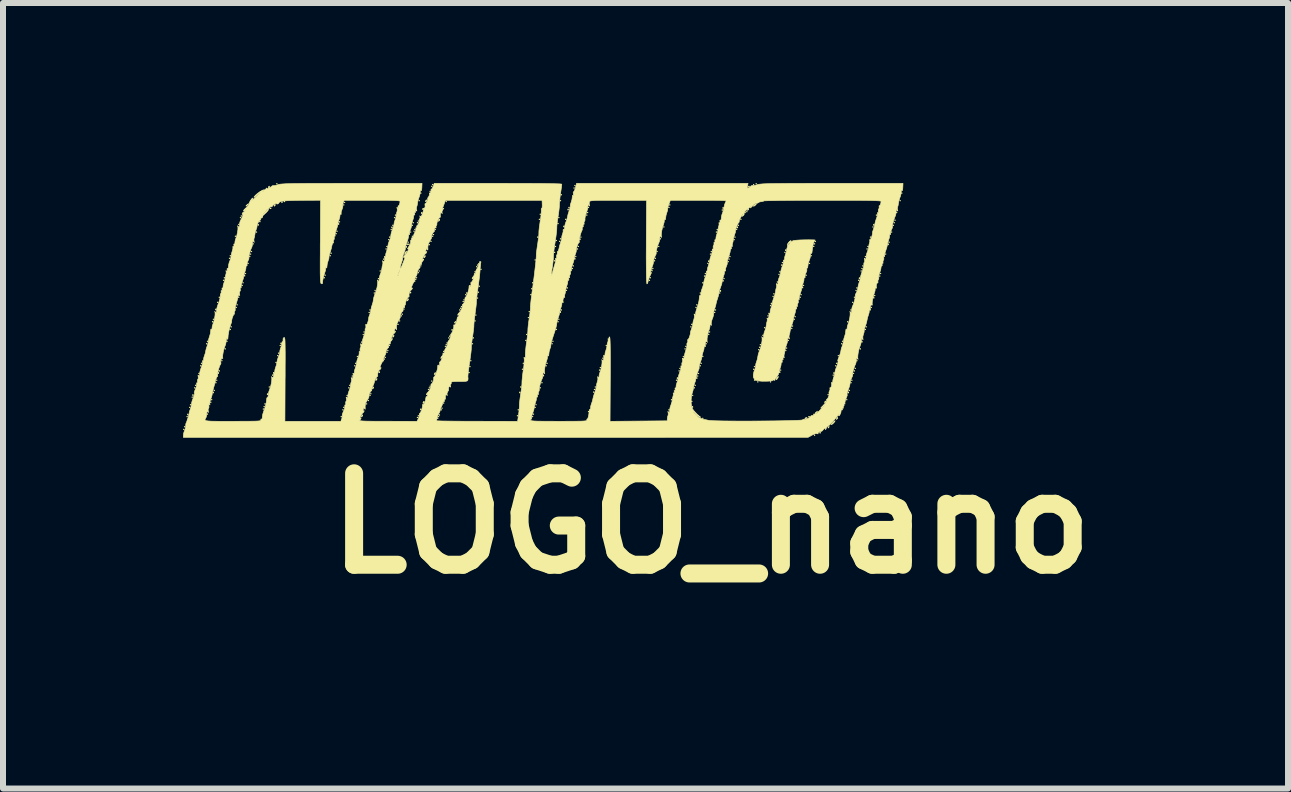
<source format=kicad_pcb>
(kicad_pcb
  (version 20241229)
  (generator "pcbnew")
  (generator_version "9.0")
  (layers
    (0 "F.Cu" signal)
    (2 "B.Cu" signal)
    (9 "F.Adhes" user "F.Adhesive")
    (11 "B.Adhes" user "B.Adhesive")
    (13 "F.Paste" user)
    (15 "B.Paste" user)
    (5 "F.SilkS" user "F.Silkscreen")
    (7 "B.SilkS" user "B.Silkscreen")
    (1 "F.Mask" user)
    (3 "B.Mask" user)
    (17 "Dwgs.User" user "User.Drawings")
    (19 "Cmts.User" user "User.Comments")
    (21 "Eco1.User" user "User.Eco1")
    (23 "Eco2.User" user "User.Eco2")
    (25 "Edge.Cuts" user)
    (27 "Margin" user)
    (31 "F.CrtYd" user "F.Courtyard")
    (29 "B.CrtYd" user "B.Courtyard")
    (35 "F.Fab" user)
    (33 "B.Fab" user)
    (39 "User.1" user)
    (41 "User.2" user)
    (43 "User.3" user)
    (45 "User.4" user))
  (footprint "LOGO_nano"
    (layer "F.Cu")
    (at 6.002 2.122)
    (property "Reference" "LOGO_nano" (at 2.8 3.55 0) (layer "F.SilkS") (effects (font (size 1.524 1.524) (thickness 0.3))))
    (attr through_hole)
    (fp_poly (pts (xy -5.983 1.983) (xy -5.99 1.99) (xy -5.997 1.983) (xy -5.99 1.976) (xy -5.983 1.983)) (stroke (width 0.01) (type solid)) (fill yes) (layer "F.SilkS"))
    (fp_poly (pts (xy -5.969 1.94) (xy -5.976 1.947) (xy -5.983 1.94) (xy -5.976 1.933) (xy -5.969 1.94)) (stroke (width 0.01) (type solid)) (fill yes) (layer "F.SilkS"))
    (fp_poly (pts (xy -5.927 1.771) (xy -5.934 1.778) (xy -5.941 1.771) (xy -5.934 1.764) (xy -5.927 1.771)) (stroke (width 0.01) (type solid)) (fill yes) (layer "F.SilkS"))
    (fp_poly (pts (xy -5.884 1.616) (xy -5.891 1.623) (xy -5.898 1.616) (xy -5.891 1.609) (xy -5.884 1.616)) (stroke (width 0.01) (type solid)) (fill yes) (layer "F.SilkS"))
    (fp_poly (pts (xy -5.87 1.573) (xy -5.877 1.58) (xy -5.884 1.573) (xy -5.877 1.566) (xy -5.87 1.573)) (stroke (width 0.01) (type solid)) (fill yes) (layer "F.SilkS"))
    (fp_poly (pts (xy -5.842 1.446) (xy -5.849 1.453) (xy -5.856 1.446) (xy -5.849 1.439) (xy -5.842 1.446)) (stroke (width 0.01) (type solid)) (fill yes) (layer "F.SilkS"))
    (fp_poly (pts (xy -5.8 1.291) (xy -5.807 1.298) (xy -5.814 1.291) (xy -5.807 1.284) (xy -5.8 1.291)) (stroke (width 0.01) (type solid)) (fill yes) (layer "F.SilkS"))
    (fp_poly (pts (xy -5.786 1.249) (xy -5.793 1.256) (xy -5.8 1.249) (xy -5.793 1.242) (xy -5.786 1.249)) (stroke (width 0.01) (type solid)) (fill yes) (layer "F.SilkS"))
    (fp_poly (pts (xy -5.729 1.051) (xy -5.736 1.058) (xy -5.743 1.051) (xy -5.736 1.044) (xy -5.729 1.051)) (stroke (width 0.01) (type solid)) (fill yes) (layer "F.SilkS"))
    (fp_poly (pts (xy -5.701 0.924) (xy -5.708 0.931) (xy -5.715 0.924) (xy -5.708 0.917) (xy -5.701 0.924)) (stroke (width 0.01) (type solid)) (fill yes) (layer "F.SilkS"))
    (fp_poly (pts (xy -5.687 0.882) (xy -5.694 0.889) (xy -5.701 0.882) (xy -5.694 0.875) (xy -5.687 0.882)) (stroke (width 0.01) (type solid)) (fill yes) (layer "F.SilkS"))
    (fp_poly (pts (xy -5.602 0.557) (xy -5.609 0.564) (xy -5.616 0.557) (xy -5.609 0.55) (xy -5.602 0.557)) (stroke (width 0.01) (type solid)) (fill yes) (layer "F.SilkS"))
    (fp_poly (pts (xy -5.588 0.515) (xy -5.595 0.522) (xy -5.602 0.515) (xy -5.595 0.508) (xy -5.588 0.515)) (stroke (width 0.01) (type solid)) (fill yes) (layer "F.SilkS"))
    (fp_poly (pts (xy -5.588 1.729) (xy -5.595 1.736) (xy -5.602 1.729) (xy -5.595 1.722) (xy -5.588 1.729)) (stroke (width 0.01) (type solid)) (fill yes) (layer "F.SilkS"))
    (fp_poly (pts (xy -5.532 1.531) (xy -5.539 1.538) (xy -5.546 1.531) (xy -5.539 1.524) (xy -5.532 1.531)) (stroke (width 0.01) (type solid)) (fill yes) (layer "F.SilkS"))
    (fp_poly (pts (xy -5.517 1.489) (xy -5.524 1.496) (xy -5.532 1.489) (xy -5.524 1.482) (xy -5.517 1.489)) (stroke (width 0.01) (type solid)) (fill yes) (layer "F.SilkS"))
    (fp_poly (pts (xy -5.503 0.191) (xy -5.51 0.198) (xy -5.517 0.191) (xy -5.51 0.183) (xy -5.503 0.191)) (stroke (width 0.01) (type solid)) (fill yes) (layer "F.SilkS"))
    (fp_poly (pts (xy -5.489 0.148) (xy -5.496 0.155) (xy -5.503 0.148) (xy -5.496 0.141) (xy -5.489 0.148)) (stroke (width 0.01) (type solid)) (fill yes) (layer "F.SilkS"))
    (fp_poly (pts (xy -5.475 1.333) (xy -5.482 1.341) (xy -5.489 1.333) (xy -5.482 1.326) (xy -5.475 1.333)) (stroke (width 0.01) (type solid)) (fill yes) (layer "F.SilkS"))
    (fp_poly (pts (xy -5.447 1.206) (xy -5.454 1.214) (xy -5.461 1.206) (xy -5.454 1.199) (xy -5.447 1.206)) (stroke (width 0.01) (type solid)) (fill yes) (layer "F.SilkS"))
    (fp_poly (pts (xy -5.433 1.164) (xy -5.44 1.171) (xy -5.447 1.164) (xy -5.44 1.157) (xy -5.433 1.164)) (stroke (width 0.01) (type solid)) (fill yes) (layer "F.SilkS"))
    (fp_poly (pts (xy -5.419 -0.134) (xy -5.426 -0.127) (xy -5.433 -0.134) (xy -5.426 -0.141) (xy -5.419 -0.134)) (stroke (width 0.01) (type solid)) (fill yes) (layer "F.SilkS"))
    (fp_poly (pts (xy -5.39 -0.219) (xy -5.397 -0.212) (xy -5.405 -0.219) (xy -5.397 -0.226) (xy -5.39 -0.219)) (stroke (width 0.01) (type solid)) (fill yes) (layer "F.SilkS"))
    (fp_poly (pts (xy -5.39 1.009) (xy -5.397 1.016) (xy -5.405 1.009) (xy -5.397 1.002) (xy -5.39 1.009)) (stroke (width 0.01) (type solid)) (fill yes) (layer "F.SilkS"))
    (fp_poly (pts (xy -5.348 0.84) (xy -5.355 0.847) (xy -5.362 0.84) (xy -5.355 0.833) (xy -5.348 0.84)) (stroke (width 0.01) (type solid)) (fill yes) (layer "F.SilkS"))
    (fp_poly (pts (xy -5.32 -0.501) (xy -5.327 -0.494) (xy -5.334 -0.501) (xy -5.327 -0.508) (xy -5.32 -0.501)) (stroke (width 0.01) (type solid)) (fill yes) (layer "F.SilkS"))
    (fp_poly (pts (xy -5.306 -0.543) (xy -5.313 -0.536) (xy -5.32 -0.543) (xy -5.313 -0.55) (xy -5.306 -0.543)) (stroke (width 0.01) (type solid)) (fill yes) (layer "F.SilkS"))
    (fp_poly (pts (xy -5.292 0.642) (xy -5.299 0.649) (xy -5.306 0.642) (xy -5.299 0.635) (xy -5.292 0.642)) (stroke (width 0.01) (type solid)) (fill yes) (layer "F.SilkS"))
    (fp_poly (pts (xy -5.263 0.515) (xy -5.271 0.522) (xy -5.278 0.515) (xy -5.271 0.508) (xy -5.263 0.515)) (stroke (width 0.01) (type solid)) (fill yes) (layer "F.SilkS"))
    (fp_poly (pts (xy -5.221 -0.868) (xy -5.228 -0.861) (xy -5.235 -0.868) (xy -5.228 -0.875) (xy -5.221 -0.868)) (stroke (width 0.01) (type solid)) (fill yes) (layer "F.SilkS"))
    (fp_poly (pts (xy -5.207 -0.91) (xy -5.214 -0.903) (xy -5.221 -0.91) (xy -5.214 -0.917) (xy -5.207 -0.91)) (stroke (width 0.01) (type solid)) (fill yes) (layer "F.SilkS"))
    (fp_poly (pts (xy -5.207 0.318) (xy -5.214 0.325) (xy -5.221 0.318) (xy -5.214 0.31) (xy -5.207 0.318)) (stroke (width 0.01) (type solid)) (fill yes) (layer "F.SilkS"))
    (fp_poly (pts (xy -5.193 0.275) (xy -5.2 0.282) (xy -5.207 0.275) (xy -5.2 0.268) (xy -5.193 0.275)) (stroke (width 0.01) (type solid)) (fill yes) (layer "F.SilkS"))
    (fp_poly (pts (xy -5.122 -1.235) (xy -5.129 -1.228) (xy -5.136 -1.235) (xy -5.129 -1.242) (xy -5.122 -1.235)) (stroke (width 0.01) (type solid)) (fill yes) (layer "F.SilkS"))
    (fp_poly (pts (xy -5.108 -0.049) (xy -5.115 -0.042) (xy -5.122 -0.049) (xy -5.115 -0.056) (xy -5.108 -0.049)) (stroke (width 0.01) (type solid)) (fill yes) (layer "F.SilkS"))
    (fp_poly (pts (xy -5.094 -0.092) (xy -5.101 -0.085) (xy -5.108 -0.092) (xy -5.101 -0.099) (xy -5.094 -0.092)) (stroke (width 0.01) (type solid)) (fill yes) (layer "F.SilkS"))
    (fp_poly (pts (xy -5.066 -1.432) (xy -5.073 -1.425) (xy -5.08 -1.432) (xy -5.073 -1.439) (xy -5.066 -1.432)) (stroke (width 0.01) (type solid)) (fill yes) (layer "F.SilkS"))
    (fp_poly (pts (xy -5.066 -0.219) (xy -5.073 -0.212) (xy -5.08 -0.219) (xy -5.073 -0.226) (xy -5.066 -0.219)) (stroke (width 0.01) (type solid)) (fill yes) (layer "F.SilkS"))
    (fp_poly (pts (xy -5.038 -1.545) (xy -5.045 -1.538) (xy -5.052 -1.545) (xy -5.045 -1.552) (xy -5.038 -1.545)) (stroke (width 0.01) (type solid)) (fill yes) (layer "F.SilkS"))
    (fp_poly (pts (xy -5.024 -1.573) (xy -5.031 -1.566) (xy -5.038 -1.573) (xy -5.031 -1.58) (xy -5.024 -1.573)) (stroke (width 0.01) (type solid)) (fill yes) (layer "F.SilkS"))
    (fp_poly (pts (xy -5.009 -0.416) (xy -5.016 -0.409) (xy -5.024 -0.416) (xy -5.016 -0.423) (xy -5.009 -0.416)) (stroke (width 0.01) (type solid)) (fill yes) (layer "F.SilkS"))
    (fp_poly (pts (xy -4.995 -0.459) (xy -5.002 -0.452) (xy -5.009 -0.459) (xy -5.002 -0.466) (xy -4.995 -0.459)) (stroke (width 0.01) (type solid)) (fill yes) (layer "F.SilkS"))
    (fp_poly (pts (xy -4.953 -0.614) (xy -4.96 -0.607) (xy -4.967 -0.614) (xy -4.96 -0.621) (xy -4.953 -0.614)) (stroke (width 0.01) (type solid)) (fill yes) (layer "F.SilkS"))
    (fp_poly (pts (xy -4.911 -0.783) (xy -4.918 -0.776) (xy -4.925 -0.783) (xy -4.918 -0.79) (xy -4.911 -0.783)) (stroke (width 0.01) (type solid)) (fill yes) (layer "F.SilkS"))
    (fp_poly (pts (xy -4.882 -0.896) (xy -4.889 -0.889) (xy -4.897 -0.896) (xy -4.889 -0.903) (xy -4.882 -0.896)) (stroke (width 0.01) (type solid)) (fill yes) (layer "F.SilkS"))
    (fp_poly (pts (xy -4.868 -0.938) (xy -4.875 -0.931) (xy -4.882 -0.938) (xy -4.875 -0.945) (xy -4.868 -0.938)) (stroke (width 0.01) (type solid)) (fill yes) (layer "F.SilkS"))
    (fp_poly (pts (xy -4.854 -0.981) (xy -4.861 -0.974) (xy -4.868 -0.981) (xy -4.861 -0.988) (xy -4.854 -0.981)) (stroke (width 0.01) (type solid)) (fill yes) (layer "F.SilkS"))
    (fp_poly (pts (xy -4.826 -1.108) (xy -4.833 -1.101) (xy -4.84 -1.108) (xy -4.833 -1.115) (xy -4.826 -1.108)) (stroke (width 0.01) (type solid)) (fill yes) (layer "F.SilkS"))
    (fp_poly (pts (xy -4.77 -1.305) (xy -4.777 -1.298) (xy -4.784 -1.305) (xy -4.777 -1.312) (xy -4.77 -1.305)) (stroke (width 0.01) (type solid)) (fill yes) (layer "F.SilkS"))
    (fp_poly (pts (xy -4.657 1.644) (xy -4.664 1.651) (xy -4.671 1.644) (xy -4.664 1.637) (xy -4.657 1.644)) (stroke (width 0.01) (type solid)) (fill yes) (layer "F.SilkS"))
    (fp_poly (pts (xy -4.643 1.602) (xy -4.65 1.609) (xy -4.657 1.602) (xy -4.65 1.595) (xy -4.643 1.602)) (stroke (width 0.01) (type solid)) (fill yes) (layer "F.SilkS"))
    (fp_poly (pts (xy -4.628 1.559) (xy -4.636 1.566) (xy -4.643 1.559) (xy -4.636 1.552) (xy -4.628 1.559)) (stroke (width 0.01) (type solid)) (fill yes) (layer "F.SilkS"))
    (fp_poly (pts (xy -4.558 1.277) (xy -4.565 1.284) (xy -4.572 1.277) (xy -4.565 1.27) (xy -4.558 1.277)) (stroke (width 0.01) (type solid)) (fill yes) (layer "F.SilkS"))
    (fp_poly (pts (xy -4.501 1.079) (xy -4.508 1.087) (xy -4.516 1.079) (xy -4.508 1.072) (xy -4.501 1.079)) (stroke (width 0.01) (type solid)) (fill yes) (layer "F.SilkS"))
    (fp_poly (pts (xy -4.445 0.868) (xy -4.452 0.875) (xy -4.459 0.868) (xy -4.452 0.861) (xy -4.445 0.868)) (stroke (width 0.01) (type solid)) (fill yes) (layer "F.SilkS"))
    (fp_poly (pts (xy -4.431 -2.11) (xy -4.438 -2.103) (xy -4.445 -2.11) (xy -4.438 -2.117) (xy -4.431 -2.11)) (stroke (width 0.01) (type solid)) (fill yes) (layer "F.SilkS"))
    (fp_poly (pts (xy -4.417 0.755) (xy -4.424 0.762) (xy -4.431 0.755) (xy -4.424 0.748) (xy -4.417 0.755)) (stroke (width 0.01) (type solid)) (fill yes) (layer "F.SilkS"))
    (fp_poly (pts (xy -4.403 0.713) (xy -4.41 0.72) (xy -4.417 0.713) (xy -4.41 0.706) (xy -4.403 0.713)) (stroke (width 0.01) (type solid)) (fill yes) (layer "F.SilkS"))
    (fp_poly (pts (xy -4.374 0.586) (xy -4.381 0.593) (xy -4.389 0.586) (xy -4.381 0.579) (xy -4.374 0.586)) (stroke (width 0.01) (type solid)) (fill yes) (layer "F.SilkS"))
    (fp_poly (pts (xy -4.346 -1.799) (xy -4.353 -1.792) (xy -4.36 -1.799) (xy -4.353 -1.806) (xy -4.346 -1.799)) (stroke (width 0.01) (type solid)) (fill yes) (layer "F.SilkS"))
    (fp_poly (pts (xy -4.304 -1.813) (xy -4.311 -1.806) (xy -4.318 -1.813) (xy -4.311 -1.82) (xy -4.304 -1.813)) (stroke (width 0.01) (type solid)) (fill yes) (layer "F.SilkS"))
    (fp_poly (pts (xy -3.641 -0.543) (xy -3.648 -0.536) (xy -3.655 -0.543) (xy -3.648 -0.55) (xy -3.641 -0.543)) (stroke (width 0.01) (type solid)) (fill yes) (layer "F.SilkS"))
    (fp_poly (pts (xy -3.627 -0.586) (xy -3.634 -0.579) (xy -3.641 -0.586) (xy -3.634 -0.593) (xy -3.627 -0.586)) (stroke (width 0.01) (type solid)) (fill yes) (layer "F.SilkS"))
    (fp_poly (pts (xy -3.542 -0.91) (xy -3.549 -0.903) (xy -3.556 -0.91) (xy -3.549 -0.917) (xy -3.542 -0.91)) (stroke (width 0.01) (type solid)) (fill yes) (layer "F.SilkS"))
    (fp_poly (pts (xy -3.528 -0.953) (xy -3.535 -0.945) (xy -3.542 -0.953) (xy -3.535 -0.96) (xy -3.528 -0.953)) (stroke (width 0.01) (type solid)) (fill yes) (layer "F.SilkS"))
    (fp_poly (pts (xy -3.443 -1.277) (xy -3.45 -1.27) (xy -3.457 -1.277) (xy -3.45 -1.284) (xy -3.443 -1.277)) (stroke (width 0.01) (type solid)) (fill yes) (layer "F.SilkS"))
    (fp_poly (pts (xy -3.429 -1.319) (xy -3.436 -1.312) (xy -3.443 -1.319) (xy -3.436 -1.326) (xy -3.429 -1.319)) (stroke (width 0.01) (type solid)) (fill yes) (layer "F.SilkS"))
    (fp_poly (pts (xy -3.387 -1.475) (xy -3.394 -1.468) (xy -3.401 -1.475) (xy -3.394 -1.482) (xy -3.387 -1.475)) (stroke (width 0.01) (type solid)) (fill yes) (layer "F.SilkS"))
    (fp_poly (pts (xy -3.358 1.771) (xy -3.365 1.778) (xy -3.373 1.771) (xy -3.365 1.764) (xy -3.358 1.771)) (stroke (width 0.01) (type solid)) (fill yes) (layer "F.SilkS"))
    (fp_poly (pts (xy -3.33 1.658) (xy -3.337 1.665) (xy -3.344 1.658) (xy -3.337 1.651) (xy -3.33 1.658)) (stroke (width 0.01) (type solid)) (fill yes) (layer "F.SilkS"))
    (fp_poly (pts (xy -3.316 -1.757) (xy -3.323 -1.75) (xy -3.33 -1.757) (xy -3.323 -1.764) (xy -3.316 -1.757)) (stroke (width 0.01) (type solid)) (fill yes) (layer "F.SilkS"))
    (fp_poly (pts (xy -3.316 1.616) (xy -3.323 1.623) (xy -3.33 1.616) (xy -3.323 1.609) (xy -3.316 1.616)) (stroke (width 0.01) (type solid)) (fill yes) (layer "F.SilkS"))
    (fp_poly (pts (xy -3.302 -1.799) (xy -3.309 -1.792) (xy -3.316 -1.799) (xy -3.309 -1.806) (xy -3.302 -1.799)) (stroke (width 0.01) (type solid)) (fill yes) (layer "F.SilkS"))
    (fp_poly (pts (xy -3.26 1.418) (xy -3.267 1.425) (xy -3.274 1.418) (xy -3.267 1.411) (xy -3.26 1.418)) (stroke (width 0.01) (type solid)) (fill yes) (layer "F.SilkS"))
    (fp_poly (pts (xy -3.231 1.291) (xy -3.239 1.298) (xy -3.246 1.291) (xy -3.239 1.284) (xy -3.231 1.291)) (stroke (width 0.01) (type solid)) (fill yes) (layer "F.SilkS"))
    (fp_poly (pts (xy -3.217 1.249) (xy -3.224 1.256) (xy -3.231 1.249) (xy -3.224 1.242) (xy -3.217 1.249)) (stroke (width 0.01) (type solid)) (fill yes) (layer "F.SilkS"))
    (fp_poly (pts (xy -3.175 1.094) (xy -3.182 1.101) (xy -3.189 1.094) (xy -3.182 1.087) (xy -3.175 1.094)) (stroke (width 0.01) (type solid)) (fill yes) (layer "F.SilkS"))
    (fp_poly (pts (xy -3.133 0.924) (xy -3.14 0.931) (xy -3.147 0.924) (xy -3.14 0.917) (xy -3.133 0.924)) (stroke (width 0.01) (type solid)) (fill yes) (layer "F.SilkS"))
    (fp_poly (pts (xy -3.119 0.882) (xy -3.126 0.889) (xy -3.133 0.882) (xy -3.126 0.875) (xy -3.119 0.882)) (stroke (width 0.01) (type solid)) (fill yes) (layer "F.SilkS"))
    (fp_poly (pts (xy -3.09 0.769) (xy -3.097 0.776) (xy -3.104 0.769) (xy -3.097 0.762) (xy -3.09 0.769)) (stroke (width 0.01) (type solid)) (fill yes) (layer "F.SilkS"))
    (fp_poly (pts (xy -3.02 0.529) (xy -3.027 0.536) (xy -3.034 0.529) (xy -3.027 0.522) (xy -3.02 0.529)) (stroke (width 0.01) (type solid)) (fill yes) (layer "F.SilkS"))
    (fp_poly (pts (xy -2.992 0.402) (xy -2.999 0.409) (xy -3.006 0.402) (xy -2.999 0.395) (xy -2.992 0.402)) (stroke (width 0.01) (type solid)) (fill yes) (layer "F.SilkS"))
    (fp_poly (pts (xy -2.977 0.36) (xy -2.985 0.367) (xy -2.992 0.36) (xy -2.985 0.353) (xy -2.977 0.36)) (stroke (width 0.01) (type solid)) (fill yes) (layer "F.SilkS"))
    (fp_poly (pts (xy -2.935 1.559) (xy -2.942 1.566) (xy -2.949 1.559) (xy -2.942 1.552) (xy -2.935 1.559)) (stroke (width 0.01) (type solid)) (fill yes) (layer "F.SilkS"))
    (fp_poly (pts (xy -2.907 1.503) (xy -2.914 1.51) (xy -2.921 1.503) (xy -2.914 1.496) (xy -2.907 1.503)) (stroke (width 0.01) (type solid)) (fill yes) (layer "F.SilkS"))
    (fp_poly (pts (xy -2.893 0.035) (xy -2.9 0.042) (xy -2.907 0.035) (xy -2.9 0.028) (xy -2.893 0.035)) (stroke (width 0.01) (type solid)) (fill yes) (layer "F.SilkS"))
    (fp_poly (pts (xy -2.879 -0.007) (xy -2.886 0) (xy -2.893 -0.007) (xy -2.886 -0.014) (xy -2.879 -0.007)) (stroke (width 0.01) (type solid)) (fill yes) (layer "F.SilkS"))
    (fp_poly (pts (xy -2.879 1.418) (xy -2.886 1.425) (xy -2.893 1.418) (xy -2.886 1.411) (xy -2.879 1.418)) (stroke (width 0.01) (type solid)) (fill yes) (layer "F.SilkS"))
    (fp_poly (pts (xy -2.865 1.39) (xy -2.872 1.397) (xy -2.879 1.39) (xy -2.872 1.383) (xy -2.865 1.39)) (stroke (width 0.01) (type solid)) (fill yes) (layer "F.SilkS"))
    (fp_poly (pts (xy -2.808 -0.289) (xy -2.815 -0.282) (xy -2.822 -0.289) (xy -2.815 -0.296) (xy -2.808 -0.289)) (stroke (width 0.01) (type solid)) (fill yes) (layer "F.SilkS"))
    (fp_poly (pts (xy -2.794 -0.332) (xy -2.801 -0.325) (xy -2.808 -0.332) (xy -2.801 -0.339) (xy -2.794 -0.332)) (stroke (width 0.01) (type solid)) (fill yes) (layer "F.SilkS"))
    (fp_poly (pts (xy -2.738 -0.529) (xy -2.745 -0.522) (xy -2.752 -0.529) (xy -2.745 -0.536) (xy -2.738 -0.529)) (stroke (width 0.01) (type solid)) (fill yes) (layer "F.SilkS"))
    (fp_poly (pts (xy -2.709 -0.656) (xy -2.716 -0.649) (xy -2.723 -0.656) (xy -2.716 -0.663) (xy -2.709 -0.656)) (stroke (width 0.01) (type solid)) (fill yes) (layer "F.SilkS"))
    (fp_poly (pts (xy -2.653 -0.854) (xy -2.66 -0.847) (xy -2.667 -0.854) (xy -2.66 -0.861) (xy -2.653 -0.854)) (stroke (width 0.01) (type solid)) (fill yes) (layer "F.SilkS"))
    (fp_poly (pts (xy -2.639 0.811) (xy -2.646 0.818) (xy -2.653 0.811) (xy -2.646 0.804) (xy -2.639 0.811)) (stroke (width 0.01) (type solid)) (fill yes) (layer "F.SilkS"))
    (fp_poly (pts (xy -2.625 0.783) (xy -2.632 0.79) (xy -2.639 0.783) (xy -2.632 0.776) (xy -2.625 0.783)) (stroke (width 0.01) (type solid)) (fill yes) (layer "F.SilkS"))
    (fp_poly (pts (xy -2.611 -1.023) (xy -2.618 -1.016) (xy -2.625 -1.023) (xy -2.618 -1.03) (xy -2.611 -1.023)) (stroke (width 0.01) (type solid)) (fill yes) (layer "F.SilkS"))
    (fp_poly (pts (xy -2.596 -1.065) (xy -2.603 -1.058) (xy -2.611 -1.065) (xy -2.603 -1.072) (xy -2.596 -1.065)) (stroke (width 0.01) (type solid)) (fill yes) (layer "F.SilkS"))
    (fp_poly (pts (xy -2.596 0.699) (xy -2.603 0.706) (xy -2.611 0.699) (xy -2.603 0.691) (xy -2.596 0.699)) (stroke (width 0.01) (type solid)) (fill yes) (layer "F.SilkS"))
    (fp_poly (pts (xy -2.582 0.67) (xy -2.589 0.677) (xy -2.596 0.67) (xy -2.589 0.663) (xy -2.582 0.67)) (stroke (width 0.01) (type solid)) (fill yes) (layer "F.SilkS"))
    (fp_poly (pts (xy -2.568 -1.178) (xy -2.575 -1.171) (xy -2.582 -1.178) (xy -2.575 -1.185) (xy -2.568 -1.178)) (stroke (width 0.01) (type solid)) (fill yes) (layer "F.SilkS"))
    (fp_poly (pts (xy -2.554 -1.221) (xy -2.561 -1.214) (xy -2.568 -1.221) (xy -2.561 -1.228) (xy -2.554 -1.221)) (stroke (width 0.01) (type solid)) (fill yes) (layer "F.SilkS"))
    (fp_poly (pts (xy -2.554 0.586) (xy -2.561 0.593) (xy -2.568 0.586) (xy -2.561 0.579) (xy -2.554 0.586)) (stroke (width 0.01) (type solid)) (fill yes) (layer "F.SilkS"))
    (fp_poly (pts (xy -2.526 -1.348) (xy -2.533 -1.341) (xy -2.54 -1.348) (xy -2.533 -1.355) (xy -2.526 -1.348)) (stroke (width 0.01) (type solid)) (fill yes) (layer "F.SilkS"))
    (fp_poly (pts (xy -2.498 -1.418) (xy -2.505 -1.411) (xy -2.512 -1.418) (xy -2.505 -1.425) (xy -2.498 -1.418)) (stroke (width 0.01) (type solid)) (fill yes) (layer "F.SilkS"))
    (fp_poly (pts (xy -2.469 -1.545) (xy -2.477 -1.538) (xy -2.484 -1.545) (xy -2.477 -1.552) (xy -2.469 -1.545)) (stroke (width 0.01) (type solid)) (fill yes) (layer "F.SilkS"))
    (fp_poly (pts (xy -2.455 -1.587) (xy -2.462 -1.58) (xy -2.469 -1.587) (xy -2.462 -1.595) (xy -2.455 -1.587)) (stroke (width 0.01) (type solid)) (fill yes) (layer "F.SilkS"))
    (fp_poly (pts (xy -2.413 0.233) (xy -2.42 0.24) (xy -2.427 0.233) (xy -2.42 0.226) (xy -2.413 0.233)) (stroke (width 0.01) (type solid)) (fill yes) (layer "F.SilkS"))
    (fp_poly (pts (xy -2.385 0.176) (xy -2.392 0.183) (xy -2.399 0.176) (xy -2.392 0.169) (xy -2.385 0.176)) (stroke (width 0.01) (type solid)) (fill yes) (layer "F.SilkS"))
    (fp_poly (pts (xy -2.357 0.092) (xy -2.364 0.099) (xy -2.371 0.092) (xy -2.364 0.085) (xy -2.357 0.092)) (stroke (width 0.01) (type solid)) (fill yes) (layer "F.SilkS"))
    (fp_poly (pts (xy -2.342 0.064) (xy -2.349 0.071) (xy -2.357 0.064) (xy -2.349 0.056) (xy -2.342 0.064)) (stroke (width 0.01) (type solid)) (fill yes) (layer "F.SilkS"))
    (fp_poly (pts (xy -2.314 -0.021) (xy -2.321 -0.014) (xy -2.328 -0.021) (xy -2.321 -0.028) (xy -2.314 -0.021)) (stroke (width 0.01) (type solid)) (fill yes) (layer "F.SilkS"))
    (fp_poly (pts (xy -2.244 -1.136) (xy -2.251 -1.129) (xy -2.258 -1.136) (xy -2.251 -1.143) (xy -2.244 -1.136)) (stroke (width 0.01) (type solid)) (fill yes) (layer "F.SilkS"))
    (fp_poly (pts (xy -2.201 -1.305) (xy -2.208 -1.298) (xy -2.215 -1.305) (xy -2.208 -1.312) (xy -2.201 -1.305)) (stroke (width 0.01) (type solid)) (fill yes) (layer "F.SilkS"))
    (fp_poly (pts (xy -2.173 -1.418) (xy -2.18 -1.411) (xy -2.187 -1.418) (xy -2.18 -1.425) (xy -2.173 -1.418)) (stroke (width 0.01) (type solid)) (fill yes) (layer "F.SilkS"))
    (fp_poly (pts (xy -2.173 -1.235) (xy -2.18 -1.228) (xy -2.187 -1.235) (xy -2.18 -1.242) (xy -2.173 -1.235)) (stroke (width 0.01) (type solid)) (fill yes) (layer "F.SilkS"))
    (fp_poly (pts (xy -2.159 -1.46) (xy -2.166 -1.453) (xy -2.173 -1.46) (xy -2.166 -1.468) (xy -2.159 -1.46)) (stroke (width 0.01) (type solid)) (fill yes) (layer "F.SilkS"))
    (fp_poly (pts (xy -2.145 -1.319) (xy -2.152 -1.312) (xy -2.159 -1.319) (xy -2.152 -1.326) (xy -2.145 -1.319)) (stroke (width 0.01) (type solid)) (fill yes) (layer "F.SilkS"))
    (fp_poly (pts (xy -2.131 -1.348) (xy -2.138 -1.341) (xy -2.145 -1.348) (xy -2.138 -1.355) (xy -2.131 -1.348)) (stroke (width 0.01) (type solid)) (fill yes) (layer "F.SilkS"))
    (fp_poly (pts (xy -2.117 -0.515) (xy -2.124 -0.508) (xy -2.131 -0.515) (xy -2.124 -0.522) (xy -2.117 -0.515)) (stroke (width 0.01) (type solid)) (fill yes) (layer "F.SilkS"))
    (fp_poly (pts (xy -2.103 -0.543) (xy -2.11 -0.536) (xy -2.117 -0.543) (xy -2.11 -0.55) (xy -2.103 -0.543)) (stroke (width 0.01) (type solid)) (fill yes) (layer "F.SilkS"))
    (fp_poly (pts (xy -2.088 -1.46) (xy -2.095 -1.453) (xy -2.103 -1.46) (xy -2.095 -1.468) (xy -2.088 -1.46)) (stroke (width 0.01) (type solid)) (fill yes) (layer "F.SilkS"))
    (fp_poly (pts (xy -2.088 1.785) (xy -2.095 1.792) (xy -2.103 1.785) (xy -2.095 1.778) (xy -2.088 1.785)) (stroke (width 0.01) (type solid)) (fill yes) (layer "F.SilkS"))
    (fp_poly (pts (xy -2.074 -1.489) (xy -2.081 -1.482) (xy -2.088 -1.489) (xy -2.081 -1.496) (xy -2.074 -1.489)) (stroke (width 0.01) (type solid)) (fill yes) (layer "F.SilkS"))
    (fp_poly (pts (xy -2.074 -0.628) (xy -2.081 -0.621) (xy -2.088 -0.628) (xy -2.081 -0.635) (xy -2.074 -0.628)) (stroke (width 0.01) (type solid)) (fill yes) (layer "F.SilkS"))
    (fp_poly (pts (xy -2.074 1.757) (xy -2.081 1.764) (xy -2.088 1.757) (xy -2.081 1.75) (xy -2.074 1.757)) (stroke (width 0.01) (type solid)) (fill yes) (layer "F.SilkS"))
    (fp_poly (pts (xy -2.06 -1.827) (xy -2.067 -1.82) (xy -2.074 -1.827) (xy -2.067 -1.834) (xy -2.06 -1.827)) (stroke (width 0.01) (type solid)) (fill yes) (layer "F.SilkS"))
    (fp_poly (pts (xy -2.06 -0.656) (xy -2.067 -0.649) (xy -2.074 -0.656) (xy -2.067 -0.663) (xy -2.06 -0.656)) (stroke (width 0.01) (type solid)) (fill yes) (layer "F.SilkS"))
    (fp_poly (pts (xy -2.032 -1.954) (xy -2.039 -1.947) (xy -2.046 -1.954) (xy -2.039 -1.961) (xy -2.032 -1.954)) (stroke (width 0.01) (type solid)) (fill yes) (layer "F.SilkS"))
    (fp_poly (pts (xy -2.032 -0.741) (xy -2.039 -0.734) (xy -2.046 -0.741) (xy -2.039 -0.748) (xy -2.032 -0.741)) (stroke (width 0.01) (type solid)) (fill yes) (layer "F.SilkS"))
    (fp_poly (pts (xy -1.905 1.319) (xy -1.912 1.326) (xy -1.919 1.319) (xy -1.912 1.312) (xy -1.905 1.319)) (stroke (width 0.01) (type solid)) (fill yes) (layer "F.SilkS"))
    (fp_poly (pts (xy -1.891 -1.094) (xy -1.898 -1.087) (xy -1.905 -1.094) (xy -1.898 -1.101) (xy -1.891 -1.094)) (stroke (width 0.01) (type solid)) (fill yes) (layer "F.SilkS"))
    (fp_poly (pts (xy -1.891 1.291) (xy -1.898 1.298) (xy -1.905 1.291) (xy -1.898 1.284) (xy -1.891 1.291)) (stroke (width 0.01) (type solid)) (fill yes) (layer "F.SilkS"))
    (fp_poly (pts (xy -1.877 -1.983) (xy -1.884 -1.976) (xy -1.891 -1.983) (xy -1.884 -1.99) (xy -1.877 -1.983)) (stroke (width 0.01) (type solid)) (fill yes) (layer "F.SilkS"))
    (fp_poly (pts (xy -1.877 1.263) (xy -1.884 1.27) (xy -1.891 1.263) (xy -1.884 1.256) (xy -1.877 1.263)) (stroke (width 0.01) (type solid)) (fill yes) (layer "F.SilkS"))
    (fp_poly (pts (xy -1.863 -1.15) (xy -1.87 -1.143) (xy -1.877 -1.15) (xy -1.87 -1.157) (xy -1.863 -1.15)) (stroke (width 0.01) (type solid)) (fill yes) (layer "F.SilkS"))
    (fp_poly (pts (xy -1.849 -2.067) (xy -1.856 -2.06) (xy -1.863 -2.067) (xy -1.856 -2.074) (xy -1.849 -2.067)) (stroke (width 0.01) (type solid)) (fill yes) (layer "F.SilkS"))
    (fp_poly (pts (xy -1.849 1.178) (xy -1.856 1.185) (xy -1.863 1.178) (xy -1.856 1.171) (xy -1.849 1.178)) (stroke (width 0.01) (type solid)) (fill yes) (layer "F.SilkS"))
    (fp_poly (pts (xy -1.834 -2.095) (xy -1.841 -2.088) (xy -1.849 -2.095) (xy -1.841 -2.103) (xy -1.834 -2.095)) (stroke (width 0.01) (type solid)) (fill yes) (layer "F.SilkS"))
    (fp_poly (pts (xy -1.834 -1.235) (xy -1.841 -1.228) (xy -1.849 -1.235) (xy -1.841 -1.242) (xy -1.834 -1.235)) (stroke (width 0.01) (type solid)) (fill yes) (layer "F.SilkS"))
    (fp_poly (pts (xy -1.82 -1.263) (xy -1.827 -1.256) (xy -1.834 -1.263) (xy -1.827 -1.27) (xy -1.82 -1.263)) (stroke (width 0.01) (type solid)) (fill yes) (layer "F.SilkS"))
    (fp_poly (pts (xy -1.792 -1.348) (xy -1.799 -1.341) (xy -1.806 -1.348) (xy -1.799 -1.355) (xy -1.792 -1.348)) (stroke (width 0.01) (type solid)) (fill yes) (layer "F.SilkS"))
    (fp_poly (pts (xy -1.75 1.799) (xy -1.757 1.806) (xy -1.764 1.799) (xy -1.757 1.792) (xy -1.75 1.799)) (stroke (width 0.01) (type solid)) (fill yes) (layer "F.SilkS"))
    (fp_poly (pts (xy -1.736 1.771) (xy -1.743 1.778) (xy -1.75 1.771) (xy -1.743 1.764) (xy -1.736 1.771)) (stroke (width 0.01) (type solid)) (fill yes) (layer "F.SilkS"))
    (fp_poly (pts (xy -1.722 1.743) (xy -1.729 1.75) (xy -1.736 1.743) (xy -1.729 1.736) (xy -1.722 1.743)) (stroke (width 0.01) (type solid)) (fill yes) (layer "F.SilkS"))
    (fp_poly (pts (xy -1.693 1.658) (xy -1.7 1.665) (xy -1.707 1.658) (xy -1.7 1.651) (xy -1.693 1.658)) (stroke (width 0.01) (type solid)) (fill yes) (layer "F.SilkS"))
    (fp_poly (pts (xy -1.679 1.63) (xy -1.686 1.637) (xy -1.693 1.63) (xy -1.686 1.623) (xy -1.679 1.63)) (stroke (width 0.01) (type solid)) (fill yes) (layer "F.SilkS"))
    (fp_poly (pts (xy -1.651 0.684) (xy -1.658 0.691) (xy -1.665 0.684) (xy -1.658 0.677) (xy -1.651 0.684)) (stroke (width 0.01) (type solid)) (fill yes) (layer "F.SilkS"))
    (fp_poly (pts (xy -1.651 1.545) (xy -1.658 1.552) (xy -1.665 1.545) (xy -1.658 1.538) (xy -1.651 1.545)) (stroke (width 0.01) (type solid)) (fill yes) (layer "F.SilkS"))
    (fp_poly (pts (xy -1.623 0.6) (xy -1.63 0.607) (xy -1.637 0.6) (xy -1.63 0.593) (xy -1.623 0.6)) (stroke (width 0.01) (type solid)) (fill yes) (layer "F.SilkS"))
    (fp_poly (pts (xy -1.609 -1.813) (xy -1.616 -1.806) (xy -1.623 -1.813) (xy -1.616 -1.82) (xy -1.609 -1.813)) (stroke (width 0.01) (type solid)) (fill yes) (layer "F.SilkS"))
    (fp_poly (pts (xy -1.609 0.572) (xy -1.616 0.579) (xy -1.623 0.572) (xy -1.616 0.564) (xy -1.609 0.572)) (stroke (width 0.01) (type solid)) (fill yes) (layer "F.SilkS"))
    (fp_poly (pts (xy -1.595 0.543) (xy -1.602 0.55) (xy -1.609 0.543) (xy -1.602 0.536) (xy -1.595 0.543)) (stroke (width 0.01) (type solid)) (fill yes) (layer "F.SilkS"))
    (fp_poly (pts (xy -1.566 0.459) (xy -1.573 0.466) (xy -1.58 0.459) (xy -1.573 0.452) (xy -1.566 0.459)) (stroke (width 0.01) (type solid)) (fill yes) (layer "F.SilkS"))
    (fp_poly (pts (xy -1.552 0.43) (xy -1.559 0.437) (xy -1.566 0.43) (xy -1.559 0.423) (xy -1.552 0.43)) (stroke (width 0.01) (type solid)) (fill yes) (layer "F.SilkS"))
    (fp_poly (pts (xy -1.383 -0.007) (xy -1.39 0) (xy -1.397 -0.007) (xy -1.39 -0.014) (xy -1.383 -0.007)) (stroke (width 0.01) (type solid)) (fill yes) (layer "F.SilkS"))
    (fp_poly (pts (xy -1.369 -0.035) (xy -1.376 -0.028) (xy -1.383 -0.035) (xy -1.376 -0.042) (xy -1.369 -0.035)) (stroke (width 0.01) (type solid)) (fill yes) (layer "F.SilkS"))
    (fp_poly (pts (xy -1.355 -0.064) (xy -1.362 -0.056) (xy -1.369 -0.064) (xy -1.362 -0.071) (xy -1.355 -0.064)) (stroke (width 0.01) (type solid)) (fill yes) (layer "F.SilkS"))
    (fp_poly (pts (xy -1.326 -0.148) (xy -1.333 -0.141) (xy -1.341 -0.148) (xy -1.333 -0.155) (xy -1.326 -0.148)) (stroke (width 0.01) (type solid)) (fill yes) (layer "F.SilkS"))
    (fp_poly (pts (xy -1.312 -0.176) (xy -1.319 -0.169) (xy -1.326 -0.176) (xy -1.319 -0.183) (xy -1.312 -0.176)) (stroke (width 0.01) (type solid)) (fill yes) (layer "F.SilkS"))
    (fp_poly (pts (xy -1.284 -0.261) (xy -1.291 -0.254) (xy -1.298 -0.261) (xy -1.291 -0.268) (xy -1.284 -0.261)) (stroke (width 0.01) (type solid)) (fill yes) (layer "F.SilkS"))
    (fp_poly (pts (xy -1.27 -0.289) (xy -1.277 -0.282) (xy -1.284 -0.289) (xy -1.277 -0.296) (xy -1.27 -0.289)) (stroke (width 0.01) (type solid)) (fill yes) (layer "F.SilkS"))
    (fp_poly (pts (xy -1.228 1.037) (xy -1.235 1.044) (xy -1.242 1.037) (xy -1.235 1.03) (xy -1.228 1.037)) (stroke (width 0.01) (type solid)) (fill yes) (layer "F.SilkS"))
    (fp_poly (pts (xy -1.214 0.938) (xy -1.221 0.945) (xy -1.228 0.938) (xy -1.221 0.931) (xy -1.214 0.938)) (stroke (width 0.01) (type solid)) (fill yes) (layer "F.SilkS"))
    (fp_poly (pts (xy -1.199 0.84) (xy -1.206 0.847) (xy -1.214 0.84) (xy -1.206 0.833) (xy -1.199 0.84)) (stroke (width 0.01) (type solid)) (fill yes) (layer "F.SilkS"))
    (fp_poly (pts (xy -1.171 0.557) (xy -1.178 0.564) (xy -1.185 0.557) (xy -1.178 0.55) (xy -1.171 0.557)) (stroke (width 0.01) (type solid)) (fill yes) (layer "F.SilkS"))
    (fp_poly (pts (xy -1.157 0.459) (xy -1.164 0.466) (xy -1.171 0.459) (xy -1.164 0.452) (xy -1.157 0.459)) (stroke (width 0.01) (type solid)) (fill yes) (layer "F.SilkS"))
    (fp_poly (pts (xy -1.129 -0.642) (xy -1.136 -0.635) (xy -1.143 -0.642) (xy -1.136 -0.649) (xy -1.129 -0.642)) (stroke (width 0.01) (type solid)) (fill yes) (layer "F.SilkS"))
    (fp_poly (pts (xy -1.129 0.176) (xy -1.136 0.183) (xy -1.143 0.176) (xy -1.136 0.169) (xy -1.129 0.176)) (stroke (width 0.01) (type solid)) (fill yes) (layer "F.SilkS"))
    (fp_poly (pts (xy -1.115 0.078) (xy -1.122 0.085) (xy -1.129 0.078) (xy -1.122 0.071) (xy -1.115 0.078)) (stroke (width 0.01) (type solid)) (fill yes) (layer "F.SilkS"))
    (fp_poly (pts (xy -1.101 -0.727) (xy -1.108 -0.72) (xy -1.115 -0.727) (xy -1.108 -0.734) (xy -1.101 -0.727)) (stroke (width 0.01) (type solid)) (fill yes) (layer "F.SilkS"))
    (fp_poly (pts (xy -1.087 -0.755) (xy -1.094 -0.748) (xy -1.101 -0.755) (xy -1.094 -0.762) (xy -1.087 -0.755)) (stroke (width 0.01) (type solid)) (fill yes) (layer "F.SilkS"))
    (fp_poly (pts (xy -1.087 -0.205) (xy -1.094 -0.198) (xy -1.101 -0.205) (xy -1.094 -0.212) (xy -1.087 -0.205)) (stroke (width 0.01) (type solid)) (fill yes) (layer "F.SilkS"))
    (fp_poly (pts (xy -1.072 -0.303) (xy -1.079 -0.296) (xy -1.087 -0.303) (xy -1.079 -0.31) (xy -1.072 -0.303)) (stroke (width 0.01) (type solid)) (fill yes) (layer "F.SilkS"))
    (fp_poly (pts (xy -1.058 -0.402) (xy -1.065 -0.395) (xy -1.072 -0.402) (xy -1.065 -0.409) (xy -1.058 -0.402)) (stroke (width 0.01) (type solid)) (fill yes) (layer "F.SilkS"))
    (fp_poly (pts (xy -1.03 -0.684) (xy -1.037 -0.677) (xy -1.044 -0.684) (xy -1.037 -0.691) (xy -1.03 -0.684)) (stroke (width 0.01) (type solid)) (fill yes) (layer "F.SilkS"))
    (fp_poly (pts (xy -0.423 1.757) (xy -0.43 1.764) (xy -0.437 1.757) (xy -0.43 1.75) (xy -0.423 1.757)) (stroke (width 0.01) (type solid)) (fill yes) (layer "F.SilkS"))
    (fp_poly (pts (xy -0.409 1.658) (xy -0.416 1.665) (xy -0.423 1.658) (xy -0.416 1.651) (xy -0.409 1.658)) (stroke (width 0.01) (type solid)) (fill yes) (layer "F.SilkS"))
    (fp_poly (pts (xy -0.367 1.277) (xy -0.374 1.284) (xy -0.381 1.277) (xy -0.374 1.27) (xy -0.367 1.277)) (stroke (width 0.01) (type solid)) (fill yes) (layer "F.SilkS"))
    (fp_poly (pts (xy -0.339 0.981) (xy -0.346 0.988) (xy -0.353 0.981) (xy -0.346 0.974) (xy -0.339 0.981)) (stroke (width 0.01) (type solid)) (fill yes) (layer "F.SilkS"))
    (fp_poly (pts (xy -0.325 0.882) (xy -0.332 0.889) (xy -0.339 0.882) (xy -0.332 0.875) (xy -0.325 0.882)) (stroke (width 0.01) (type solid)) (fill yes) (layer "F.SilkS"))
    (fp_poly (pts (xy -0.282 0.501) (xy -0.289 0.508) (xy -0.296 0.501) (xy -0.289 0.494) (xy -0.282 0.501)) (stroke (width 0.01) (type solid)) (fill yes) (layer "F.SilkS"))
    (fp_poly (pts (xy -0.268 0.402) (xy -0.275 0.409) (xy -0.282 0.402) (xy -0.275 0.395) (xy -0.268 0.402)) (stroke (width 0.01) (type solid)) (fill yes) (layer "F.SilkS"))
    (fp_poly (pts (xy -0.24 0.12) (xy -0.247 0.127) (xy -0.254 0.12) (xy -0.247 0.113) (xy -0.24 0.12)) (stroke (width 0.01) (type solid)) (fill yes) (layer "F.SilkS"))
    (fp_poly (pts (xy -0.226 0.021) (xy -0.233 0.028) (xy -0.24 0.021) (xy -0.233 0.014) (xy -0.226 0.021)) (stroke (width 0.01) (type solid)) (fill yes) (layer "F.SilkS"))
    (fp_poly (pts (xy -0.198 -0.261) (xy -0.205 -0.254) (xy -0.212 -0.261) (xy -0.205 -0.268) (xy -0.198 -0.261)) (stroke (width 0.01) (type solid)) (fill yes) (layer "F.SilkS"))
    (fp_poly (pts (xy -0.183 -0.36) (xy -0.191 -0.353) (xy -0.198 -0.36) (xy -0.191 -0.367) (xy -0.183 -0.36)) (stroke (width 0.01) (type solid)) (fill yes) (layer "F.SilkS"))
    (fp_poly (pts (xy -0.169 -0.459) (xy -0.176 -0.452) (xy -0.183 -0.459) (xy -0.176 -0.466) (xy -0.169 -0.459)) (stroke (width 0.01) (type solid)) (fill yes) (layer "F.SilkS"))
    (fp_poly (pts (xy -0.169 1.771) (xy -0.176 1.778) (xy -0.183 1.771) (xy -0.176 1.764) (xy -0.169 1.771)) (stroke (width 0.01) (type solid)) (fill yes) (layer "F.SilkS"))
    (fp_poly (pts (xy -0.155 1.729) (xy -0.162 1.736) (xy -0.169 1.729) (xy -0.162 1.722) (xy -0.155 1.729)) (stroke (width 0.01) (type solid)) (fill yes) (layer "F.SilkS"))
    (fp_poly (pts (xy -0.127 -0.84) (xy -0.134 -0.833) (xy -0.141 -0.84) (xy -0.134 -0.847) (xy -0.127 -0.84)) (stroke (width 0.01) (type solid)) (fill yes) (layer "F.SilkS"))
    (fp_poly (pts (xy -0.127 1.616) (xy -0.134 1.623) (xy -0.141 1.616) (xy -0.134 1.609) (xy -0.127 1.616)) (stroke (width 0.01) (type solid)) (fill yes) (layer "F.SilkS"))
    (fp_poly (pts (xy -0.113 1.573) (xy -0.12 1.58) (xy -0.127 1.573) (xy -0.12 1.566) (xy -0.113 1.573)) (stroke (width 0.01) (type solid)) (fill yes) (layer "F.SilkS"))
    (fp_poly (pts (xy -0.085 -1.221) (xy -0.092 -1.214) (xy -0.099 -1.221) (xy -0.092 -1.228) (xy -0.085 -1.221)) (stroke (width 0.01) (type solid)) (fill yes) (layer "F.SilkS"))
    (fp_poly (pts (xy -0.056 -1.517) (xy -0.064 -1.51) (xy -0.071 -1.517) (xy -0.064 -1.524) (xy -0.056 -1.517)) (stroke (width 0.01) (type solid)) (fill yes) (layer "F.SilkS"))
    (fp_poly (pts (xy -0.042 -1.602) (xy -0.049 -1.595) (xy -0.056 -1.602) (xy -0.049 -1.609) (xy -0.042 -1.602)) (stroke (width 0.01) (type solid)) (fill yes) (layer "F.SilkS"))
    (fp_poly (pts (xy -0.042 1.291) (xy -0.049 1.298) (xy -0.056 1.291) (xy -0.049 1.284) (xy -0.042 1.291)) (stroke (width 0.01) (type solid)) (fill yes) (layer "F.SilkS"))
    (fp_poly (pts (xy -0.014 1.206) (xy -0.021 1.214) (xy -0.028 1.206) (xy -0.021 1.199) (xy -0.014 1.206)) (stroke (width 0.01) (type solid)) (fill yes) (layer "F.SilkS"))
    (fp_poly (pts (xy 0.056 0.924) (xy 0.049 0.931) (xy 0.042 0.924) (xy 0.049 0.917) (xy 0.056 0.924)) (stroke (width 0.01) (type solid)) (fill yes) (layer "F.SilkS"))
    (fp_poly (pts (xy 0.071 0.882) (xy 0.064 0.889) (xy 0.056 0.882) (xy 0.064 0.875) (xy 0.071 0.882)) (stroke (width 0.01) (type solid)) (fill yes) (layer "F.SilkS"))
    (fp_poly (pts (xy 0.155 0.557) (xy 0.148 0.564) (xy 0.141 0.557) (xy 0.148 0.55) (xy 0.155 0.557)) (stroke (width 0.01) (type solid)) (fill yes) (layer "F.SilkS"))
    (fp_poly (pts (xy 0.169 0.515) (xy 0.162 0.522) (xy 0.155 0.515) (xy 0.162 0.508) (xy 0.169 0.515)) (stroke (width 0.01) (type solid)) (fill yes) (layer "F.SilkS"))
    (fp_poly (pts (xy 0.198 -0.967) (xy 0.191 -0.96) (xy 0.183 -0.967) (xy 0.191 -0.974) (xy 0.198 -0.967)) (stroke (width 0.01) (type solid)) (fill yes) (layer "F.SilkS"))
    (fp_poly (pts (xy 0.198 -0.826) (xy 0.191 -0.818) (xy 0.183 -0.826) (xy 0.191 -0.833) (xy 0.198 -0.826)) (stroke (width 0.01) (type solid)) (fill yes) (layer "F.SilkS"))
    (fp_poly (pts (xy 0.212 -1.065) (xy 0.205 -1.058) (xy 0.198 -1.065) (xy 0.205 -1.072) (xy 0.212 -1.065)) (stroke (width 0.01) (type solid)) (fill yes) (layer "F.SilkS"))
    (fp_poly (pts (xy 0.226 -1.164) (xy 0.219 -1.157) (xy 0.212 -1.164) (xy 0.219 -1.171) (xy 0.226 -1.164)) (stroke (width 0.01) (type solid)) (fill yes) (layer "F.SilkS"))
    (fp_poly (pts (xy 0.226 0.318) (xy 0.219 0.325) (xy 0.212 0.318) (xy 0.219 0.31) (xy 0.226 0.318)) (stroke (width 0.01) (type solid)) (fill yes) (layer "F.SilkS"))
    (fp_poly (pts (xy 0.254 -1.446) (xy 0.247 -1.439) (xy 0.24 -1.446) (xy 0.247 -1.453) (xy 0.254 -1.446)) (stroke (width 0.01) (type solid)) (fill yes) (layer "F.SilkS"))
    (fp_poly (pts (xy 0.254 0.191) (xy 0.247 0.198) (xy 0.24 0.191) (xy 0.247 0.183) (xy 0.254 0.191)) (stroke (width 0.01) (type solid)) (fill yes) (layer "F.SilkS"))
    (fp_poly (pts (xy 0.268 -1.545) (xy 0.261 -1.538) (xy 0.254 -1.545) (xy 0.261 -1.552) (xy 0.268 -1.545)) (stroke (width 0.01) (type solid)) (fill yes) (layer "F.SilkS"))
    (fp_poly (pts (xy 0.268 0.148) (xy 0.261 0.155) (xy 0.254 0.148) (xy 0.261 0.141) (xy 0.268 0.148)) (stroke (width 0.01) (type solid)) (fill yes) (layer "F.SilkS"))
    (fp_poly (pts (xy 0.282 -1.15) (xy 0.275 -1.143) (xy 0.268 -1.15) (xy 0.275 -1.157) (xy 0.282 -1.15)) (stroke (width 0.01) (type solid)) (fill yes) (layer "F.SilkS"))
    (fp_poly (pts (xy 0.296 -1.827) (xy 0.289 -1.82) (xy 0.282 -1.827) (xy 0.289 -1.834) (xy 0.296 -1.827)) (stroke (width 0.01) (type solid)) (fill yes) (layer "F.SilkS"))
    (fp_poly (pts (xy 0.296 -1.192) (xy 0.289 -1.185) (xy 0.282 -1.192) (xy 0.289 -1.199) (xy 0.296 -1.192)) (stroke (width 0.01) (type solid)) (fill yes) (layer "F.SilkS"))
    (fp_poly (pts (xy 0.31 -1.926) (xy 0.303 -1.919) (xy 0.296 -1.926) (xy 0.303 -1.933) (xy 0.31 -1.926)) (stroke (width 0.01) (type solid)) (fill yes) (layer "F.SilkS"))
    (fp_poly (pts (xy 0.31 -0.007) (xy 0.303 0) (xy 0.296 -0.007) (xy 0.303 -0.014) (xy 0.31 -0.007)) (stroke (width 0.01) (type solid)) (fill yes) (layer "F.SilkS"))
    (fp_poly (pts (xy 0.381 -1.517) (xy 0.374 -1.51) (xy 0.367 -1.517) (xy 0.374 -1.524) (xy 0.381 -1.517)) (stroke (width 0.01) (type solid)) (fill yes) (layer "F.SilkS"))
    (fp_poly (pts (xy 0.395 -0.332) (xy 0.388 -0.325) (xy 0.381 -0.332) (xy 0.388 -0.339) (xy 0.395 -0.332)) (stroke (width 0.01) (type solid)) (fill yes) (layer "F.SilkS"))
    (fp_poly (pts (xy 0.409 -0.374) (xy 0.402 -0.367) (xy 0.395 -0.374) (xy 0.402 -0.381) (xy 0.409 -0.374)) (stroke (width 0.01) (type solid)) (fill yes) (layer "F.SilkS"))
    (fp_poly (pts (xy 0.437 -1.714) (xy 0.43 -1.707) (xy 0.423 -1.714) (xy 0.43 -1.722) (xy 0.437 -1.714)) (stroke (width 0.01) (type solid)) (fill yes) (layer "F.SilkS"))
    (fp_poly (pts (xy 0.494 -0.699) (xy 0.487 -0.691) (xy 0.48 -0.699) (xy 0.487 -0.706) (xy 0.494 -0.699)) (stroke (width 0.01) (type solid)) (fill yes) (layer "F.SilkS"))
    (fp_poly (pts (xy 0.508 -0.741) (xy 0.501 -0.734) (xy 0.494 -0.741) (xy 0.501 -0.748) (xy 0.508 -0.741)) (stroke (width 0.01) (type solid)) (fill yes) (layer "F.SilkS"))
    (fp_poly (pts (xy 0.522 -2.039) (xy 0.515 -2.032) (xy 0.508 -2.039) (xy 0.515 -2.046) (xy 0.522 -2.039)) (stroke (width 0.01) (type solid)) (fill yes) (layer "F.SilkS"))
    (fp_poly (pts (xy 0.536 -2.081) (xy 0.529 -2.074) (xy 0.522 -2.081) (xy 0.529 -2.088) (xy 0.536 -2.081)) (stroke (width 0.01) (type solid)) (fill yes) (layer "F.SilkS"))
    (fp_poly (pts (xy 0.55 -0.896) (xy 0.543 -0.889) (xy 0.536 -0.896) (xy 0.543 -0.903) (xy 0.55 -0.896)) (stroke (width 0.01) (type solid)) (fill yes) (layer "F.SilkS"))
    (fp_poly (pts (xy 0.579 -1.023) (xy 0.572 -1.016) (xy 0.564 -1.023) (xy 0.572 -1.03) (xy 0.579 -1.023)) (stroke (width 0.01) (type solid)) (fill yes) (layer "F.SilkS"))
    (fp_poly (pts (xy 0.593 -1.065) (xy 0.586 -1.058) (xy 0.579 -1.065) (xy 0.586 -1.072) (xy 0.593 -1.065)) (stroke (width 0.01) (type solid)) (fill yes) (layer "F.SilkS"))
    (fp_poly (pts (xy 0.635 -1.221) (xy 0.628 -1.214) (xy 0.621 -1.221) (xy 0.628 -1.228) (xy 0.635 -1.221)) (stroke (width 0.01) (type solid)) (fill yes) (layer "F.SilkS"))
    (fp_poly (pts (xy 0.734 -1.587) (xy 0.727 -1.58) (xy 0.72 -1.587) (xy 0.727 -1.595) (xy 0.734 -1.587)) (stroke (width 0.01) (type solid)) (fill yes) (layer "F.SilkS"))
    (fp_poly (pts (xy 0.748 -1.63) (xy 0.741 -1.623) (xy 0.734 -1.63) (xy 0.741 -1.637) (xy 0.748 -1.63)) (stroke (width 0.01) (type solid)) (fill yes) (layer "F.SilkS"))
    (fp_poly (pts (xy 0.762 -1.714) (xy 0.755 -1.707) (xy 0.748 -1.714) (xy 0.755 -1.722) (xy 0.762 -1.714)) (stroke (width 0.01) (type solid)) (fill yes) (layer "F.SilkS"))
    (fp_poly (pts (xy 0.762 1.686) (xy 0.755 1.693) (xy 0.748 1.686) (xy 0.755 1.679) (xy 0.762 1.686)) (stroke (width 0.01) (type solid)) (fill yes) (layer "F.SilkS"))
    (fp_poly (pts (xy 0.847 1.362) (xy 0.84 1.369) (xy 0.833 1.362) (xy 0.84 1.355) (xy 0.847 1.362)) (stroke (width 0.01) (type solid)) (fill yes) (layer "F.SilkS"))
    (fp_poly (pts (xy 0.861 1.319) (xy 0.854 1.326) (xy 0.847 1.319) (xy 0.854 1.312) (xy 0.861 1.319)) (stroke (width 0.01) (type solid)) (fill yes) (layer "F.SilkS"))
    (fp_poly (pts (xy 0.875 1.277) (xy 0.868 1.284) (xy 0.861 1.277) (xy 0.868 1.27) (xy 0.875 1.277)) (stroke (width 0.01) (type solid)) (fill yes) (layer "F.SilkS"))
    (fp_poly (pts (xy 0.945 0.995) (xy 0.938 1.002) (xy 0.931 0.995) (xy 0.938 0.988) (xy 0.945 0.995)) (stroke (width 0.01) (type solid)) (fill yes) (layer "F.SilkS"))
    (fp_poly (pts (xy 0.96 0.953) (xy 0.953 0.96) (xy 0.945 0.953) (xy 0.953 0.945) (xy 0.96 0.953)) (stroke (width 0.01) (type solid)) (fill yes) (layer "F.SilkS"))
    (fp_poly (pts (xy 1.002 0.797) (xy 0.995 0.804) (xy 0.988 0.797) (xy 0.995 0.79) (xy 1.002 0.797)) (stroke (width 0.01) (type solid)) (fill yes) (layer "F.SilkS"))
    (fp_poly (pts (xy 1.058 0.586) (xy 1.051 0.593) (xy 1.044 0.586) (xy 1.051 0.579) (xy 1.058 0.586)) (stroke (width 0.01) (type solid)) (fill yes) (layer "F.SilkS"))
    (fp_poly (pts (xy 1.778 -0.501) (xy 1.771 -0.494) (xy 1.764 -0.501) (xy 1.771 -0.508) (xy 1.778 -0.501)) (stroke (width 0.01) (type solid)) (fill yes) (layer "F.SilkS"))
    (fp_poly (pts (xy 1.792 -0.543) (xy 1.785 -0.536) (xy 1.778 -0.543) (xy 1.785 -0.55) (xy 1.792 -0.543)) (stroke (width 0.01) (type solid)) (fill yes) (layer "F.SilkS"))
    (fp_poly (pts (xy 1.834 -0.699) (xy 1.827 -0.691) (xy 1.82 -0.699) (xy 1.827 -0.706) (xy 1.834 -0.699)) (stroke (width 0.01) (type solid)) (fill yes) (layer "F.SilkS"))
    (fp_poly (pts (xy 1.863 -0.826) (xy 1.856 -0.818) (xy 1.849 -0.826) (xy 1.856 -0.833) (xy 1.863 -0.826)) (stroke (width 0.01) (type solid)) (fill yes) (layer "F.SilkS"))
    (fp_poly (pts (xy 1.877 -0.868) (xy 1.87 -0.861) (xy 1.863 -0.868) (xy 1.87 -0.875) (xy 1.877 -0.868)) (stroke (width 0.01) (type solid)) (fill yes) (layer "F.SilkS"))
    (fp_poly (pts (xy 1.905 -0.981) (xy 1.898 -0.974) (xy 1.891 -0.981) (xy 1.898 -0.988) (xy 1.905 -0.981)) (stroke (width 0.01) (type solid)) (fill yes) (layer "F.SilkS"))
    (fp_poly (pts (xy 1.933 -1.065) (xy 1.926 -1.058) (xy 1.919 -1.065) (xy 1.926 -1.072) (xy 1.933 -1.065)) (stroke (width 0.01) (type solid)) (fill yes) (layer "F.SilkS"))
    (fp_poly (pts (xy 1.961 -1.192) (xy 1.954 -1.185) (xy 1.947 -1.192) (xy 1.954 -1.199) (xy 1.961 -1.192)) (stroke (width 0.01) (type solid)) (fill yes) (layer "F.SilkS"))
    (fp_poly (pts (xy 2.018 -1.39) (xy 2.011 -1.383) (xy 2.004 -1.39) (xy 2.011 -1.397) (xy 2.018 -1.39)) (stroke (width 0.01) (type solid)) (fill yes) (layer "F.SilkS"))
    (fp_poly (pts (xy 2.103 -1.714) (xy 2.095 -1.707) (xy 2.088 -1.714) (xy 2.095 -1.722) (xy 2.103 -1.714)) (stroke (width 0.01) (type solid)) (fill yes) (layer "F.SilkS"))
    (fp_poly (pts (xy 2.103 1.658) (xy 2.095 1.665) (xy 2.088 1.658) (xy 2.095 1.651) (xy 2.103 1.658)) (stroke (width 0.01) (type solid)) (fill yes) (layer "F.SilkS"))
    (fp_poly (pts (xy 2.117 -1.757) (xy 2.11 -1.75) (xy 2.103 -1.757) (xy 2.11 -1.764) (xy 2.117 -1.757)) (stroke (width 0.01) (type solid)) (fill yes) (layer "F.SilkS"))
    (fp_poly (pts (xy 2.145 1.489) (xy 2.138 1.496) (xy 2.131 1.489) (xy 2.138 1.482) (xy 2.145 1.489)) (stroke (width 0.01) (type solid)) (fill yes) (layer "F.SilkS"))
    (fp_poly (pts (xy 2.23 1.164) (xy 2.223 1.171) (xy 2.215 1.164) (xy 2.223 1.157) (xy 2.23 1.164)) (stroke (width 0.01) (type solid)) (fill yes) (layer "F.SilkS"))
    (fp_poly (pts (xy 2.272 1.009) (xy 2.265 1.016) (xy 2.258 1.009) (xy 2.265 1.002) (xy 2.272 1.009)) (stroke (width 0.01) (type solid)) (fill yes) (layer "F.SilkS"))
    (fp_poly (pts (xy 2.286 0.967) (xy 2.279 0.974) (xy 2.272 0.967) (xy 2.279 0.96) (xy 2.286 0.967)) (stroke (width 0.01) (type solid)) (fill yes) (layer "F.SilkS"))
    (fp_poly (pts (xy 2.342 0.769) (xy 2.335 0.776) (xy 2.328 0.769) (xy 2.335 0.762) (xy 2.342 0.769)) (stroke (width 0.01) (type solid)) (fill yes) (layer "F.SilkS"))
    (fp_poly (pts (xy 2.371 0.642) (xy 2.364 0.649) (xy 2.357 0.642) (xy 2.364 0.635) (xy 2.371 0.642)) (stroke (width 0.01) (type solid)) (fill yes) (layer "F.SilkS"))
    (fp_poly (pts (xy 2.385 0.6) (xy 2.378 0.607) (xy 2.371 0.6) (xy 2.378 0.593) (xy 2.385 0.6)) (stroke (width 0.01) (type solid)) (fill yes) (layer "F.SilkS"))
    (fp_poly (pts (xy 2.469 0.275) (xy 2.462 0.282) (xy 2.455 0.275) (xy 2.462 0.268) (xy 2.469 0.275)) (stroke (width 0.01) (type solid)) (fill yes) (layer "F.SilkS"))
    (fp_poly (pts (xy 2.484 0.233) (xy 2.477 0.24) (xy 2.469 0.233) (xy 2.477 0.226) (xy 2.484 0.233)) (stroke (width 0.01) (type solid)) (fill yes) (layer "F.SilkS"))
    (fp_poly (pts (xy 2.484 1.517) (xy 2.477 1.524) (xy 2.469 1.517) (xy 2.477 1.51) (xy 2.484 1.517)) (stroke (width 0.01) (type solid)) (fill yes) (layer "F.SilkS"))
    (fp_poly (pts (xy 2.498 1.418) (xy 2.491 1.425) (xy 2.484 1.418) (xy 2.491 1.411) (xy 2.498 1.418)) (stroke (width 0.01) (type solid)) (fill yes) (layer "F.SilkS"))
    (fp_poly (pts (xy 2.526 1.291) (xy 2.519 1.298) (xy 2.512 1.291) (xy 2.519 1.284) (xy 2.526 1.291)) (stroke (width 0.01) (type solid)) (fill yes) (layer "F.SilkS"))
    (fp_poly (pts (xy 2.54 1.249) (xy 2.533 1.256) (xy 2.526 1.249) (xy 2.533 1.242) (xy 2.54 1.249)) (stroke (width 0.01) (type solid)) (fill yes) (layer "F.SilkS"))
    (fp_poly (pts (xy 2.554 -0.049) (xy 2.547 -0.042) (xy 2.54 -0.049) (xy 2.547 -0.056) (xy 2.554 -0.049)) (stroke (width 0.01) (type solid)) (fill yes) (layer "F.SilkS"))
    (fp_poly (pts (xy 2.568 -0.092) (xy 2.561 -0.085) (xy 2.554 -0.092) (xy 2.561 -0.099) (xy 2.568 -0.092)) (stroke (width 0.01) (type solid)) (fill yes) (layer "F.SilkS"))
    (fp_poly (pts (xy 2.582 1.094) (xy 2.575 1.101) (xy 2.568 1.094) (xy 2.575 1.087) (xy 2.582 1.094)) (stroke (width 0.01) (type solid)) (fill yes) (layer "F.SilkS"))
    (fp_poly (pts (xy 2.596 1.051) (xy 2.589 1.058) (xy 2.582 1.051) (xy 2.589 1.044) (xy 2.596 1.051)) (stroke (width 0.01) (type solid)) (fill yes) (layer "F.SilkS"))
    (fp_poly (pts (xy 2.625 -0.289) (xy 2.618 -0.282) (xy 2.611 -0.289) (xy 2.618 -0.296) (xy 2.625 -0.289)) (stroke (width 0.01) (type solid)) (fill yes) (layer "F.SilkS"))
    (fp_poly (pts (xy 2.625 0.924) (xy 2.618 0.931) (xy 2.611 0.924) (xy 2.618 0.917) (xy 2.625 0.924)) (stroke (width 0.01) (type solid)) (fill yes) (layer "F.SilkS"))
    (fp_poly (pts (xy 2.639 0.882) (xy 2.632 0.889) (xy 2.625 0.882) (xy 2.632 0.875) (xy 2.639 0.882)) (stroke (width 0.01) (type solid)) (fill yes) (layer "F.SilkS"))
    (fp_poly (pts (xy 2.667 -0.459) (xy 2.66 -0.452) (xy 2.653 -0.459) (xy 2.66 -0.466) (xy 2.667 -0.459)) (stroke (width 0.01) (type solid)) (fill yes) (layer "F.SilkS"))
    (fp_poly (pts (xy 2.667 0.769) (xy 2.66 0.776) (xy 2.653 0.769) (xy 2.66 0.762) (xy 2.667 0.769)) (stroke (width 0.01) (type solid)) (fill yes) (layer "F.SilkS"))
    (fp_poly (pts (xy 2.667 1.799) (xy 2.66 1.806) (xy 2.653 1.799) (xy 2.66 1.792) (xy 2.667 1.799)) (stroke (width 0.01) (type solid)) (fill yes) (layer "F.SilkS"))
    (fp_poly (pts (xy 2.695 -0.572) (xy 2.688 -0.564) (xy 2.681 -0.572) (xy 2.688 -0.579) (xy 2.695 -0.572)) (stroke (width 0.01) (type solid)) (fill yes) (layer "F.SilkS"))
    (fp_poly (pts (xy 2.709 -0.614) (xy 2.702 -0.607) (xy 2.695 -0.614) (xy 2.702 -0.621) (xy 2.709 -0.614)) (stroke (width 0.01) (type solid)) (fill yes) (layer "F.SilkS"))
    (fp_poly (pts (xy 2.723 0.557) (xy 2.716 0.564) (xy 2.709 0.557) (xy 2.716 0.55) (xy 2.723 0.557)) (stroke (width 0.01) (type solid)) (fill yes) (layer "F.SilkS"))
    (fp_poly (pts (xy 2.752 -0.783) (xy 2.745 -0.776) (xy 2.738 -0.783) (xy 2.745 -0.79) (xy 2.752 -0.783)) (stroke (width 0.01) (type solid)) (fill yes) (layer "F.SilkS"))
    (fp_poly (pts (xy 2.766 0.402) (xy 2.759 0.409) (xy 2.752 0.402) (xy 2.759 0.395) (xy 2.766 0.402)) (stroke (width 0.01) (type solid)) (fill yes) (layer "F.SilkS"))
    (fp_poly (pts (xy 2.78 0.36) (xy 2.773 0.367) (xy 2.766 0.36) (xy 2.773 0.353) (xy 2.78 0.36)) (stroke (width 0.01) (type solid)) (fill yes) (layer "F.SilkS"))
    (fp_poly (pts (xy 2.794 -0.938) (xy 2.787 -0.931) (xy 2.78 -0.938) (xy 2.787 -0.945) (xy 2.794 -0.938)) (stroke (width 0.01) (type solid)) (fill yes) (layer "F.SilkS"))
    (fp_poly (pts (xy 2.808 -0.981) (xy 2.801 -0.974) (xy 2.794 -0.981) (xy 2.801 -0.988) (xy 2.808 -0.981)) (stroke (width 0.01) (type solid)) (fill yes) (layer "F.SilkS"))
    (fp_poly (pts (xy 2.865 0.035) (xy 2.857 0.042) (xy 2.85 0.035) (xy 2.857 0.028) (xy 2.865 0.035)) (stroke (width 0.01) (type solid)) (fill yes) (layer "F.SilkS"))
    (fp_poly (pts (xy 2.879 -0.007) (xy 2.872 0) (xy 2.865 -0.007) (xy 2.872 -0.014) (xy 2.879 -0.007)) (stroke (width 0.01) (type solid)) (fill yes) (layer "F.SilkS"))
    (fp_poly (pts (xy 2.893 -1.305) (xy 2.886 -1.298) (xy 2.879 -1.305) (xy 2.886 -1.312) (xy 2.893 -1.305)) (stroke (width 0.01) (type solid)) (fill yes) (layer "F.SilkS"))
    (fp_poly (pts (xy 2.907 -1.348) (xy 2.9 -1.341) (xy 2.893 -1.348) (xy 2.9 -1.355) (xy 2.907 -1.348)) (stroke (width 0.01) (type solid)) (fill yes) (layer "F.SilkS"))
    (fp_poly (pts (xy 2.949 -0.289) (xy 2.942 -0.282) (xy 2.935 -0.289) (xy 2.942 -0.296) (xy 2.949 -0.289)) (stroke (width 0.01) (type solid)) (fill yes) (layer "F.SilkS"))
    (fp_poly (pts (xy 2.992 -1.672) (xy 2.985 -1.665) (xy 2.977 -1.672) (xy 2.985 -1.679) (xy 2.992 -1.672)) (stroke (width 0.01) (type solid)) (fill yes) (layer "F.SilkS"))
    (fp_poly (pts (xy 3.02 -0.529) (xy 3.013 -0.522) (xy 3.006 -0.529) (xy 3.013 -0.536) (xy 3.02 -0.529)) (stroke (width 0.01) (type solid)) (fill yes) (layer "F.SilkS"))
    (fp_poly (pts (xy 3.09 -0.811) (xy 3.083 -0.804) (xy 3.076 -0.811) (xy 3.083 -0.818) (xy 3.09 -0.811)) (stroke (width 0.01) (type solid)) (fill yes) (layer "F.SilkS"))
    (fp_poly (pts (xy 3.104 -0.854) (xy 3.097 -0.847) (xy 3.09 -0.854) (xy 3.097 -0.861) (xy 3.104 -0.854)) (stroke (width 0.01) (type solid)) (fill yes) (layer "F.SilkS"))
    (fp_poly (pts (xy 3.119 -0.896) (xy 3.111 -0.889) (xy 3.104 -0.896) (xy 3.111 -0.903) (xy 3.119 -0.896)) (stroke (width 0.01) (type solid)) (fill yes) (layer "F.SilkS"))
    (fp_poly (pts (xy 3.189 -1.178) (xy 3.182 -1.171) (xy 3.175 -1.178) (xy 3.182 -1.185) (xy 3.189 -1.178)) (stroke (width 0.01) (type solid)) (fill yes) (layer "F.SilkS"))
    (fp_poly (pts (xy 3.203 -1.221) (xy 3.196 -1.214) (xy 3.189 -1.221) (xy 3.196 -1.228) (xy 3.203 -1.221)) (stroke (width 0.01) (type solid)) (fill yes) (layer "F.SilkS"))
    (fp_poly (pts (xy 3.231 -1.348) (xy 3.224 -1.341) (xy 3.217 -1.348) (xy 3.224 -1.355) (xy 3.231 -1.348)) (stroke (width 0.01) (type solid)) (fill yes) (layer "F.SilkS"))
    (fp_poly (pts (xy 3.26 -1.418) (xy 3.253 -1.411) (xy 3.246 -1.418) (xy 3.253 -1.425) (xy 3.26 -1.418)) (stroke (width 0.01) (type solid)) (fill yes) (layer "F.SilkS"))
    (fp_poly (pts (xy 3.302 -1.517) (xy 3.295 -1.51) (xy 3.288 -1.517) (xy 3.295 -1.524) (xy 3.302 -1.517)) (stroke (width 0.01) (type solid)) (fill yes) (layer "F.SilkS"))
    (fp_poly (pts (xy 3.373 -1.63) (xy 3.365 -1.623) (xy 3.358 -1.63) (xy 3.365 -1.637) (xy 3.373 -1.63)) (stroke (width 0.01) (type solid)) (fill yes) (layer "F.SilkS"))
    (fp_poly (pts (xy 3.401 -1.644) (xy 3.394 -1.637) (xy 3.387 -1.644) (xy 3.394 -1.651) (xy 3.401 -1.644)) (stroke (width 0.01) (type solid)) (fill yes) (layer "F.SilkS"))
    (fp_poly (pts (xy 3.514 -2.095) (xy 3.507 -2.088) (xy 3.5 -2.095) (xy 3.507 -2.103) (xy 3.514 -2.095)) (stroke (width 0.01) (type solid)) (fill yes) (layer "F.SilkS"))
    (fp_poly (pts (xy 3.514 0.981) (xy 3.507 0.988) (xy 3.5 0.981) (xy 3.507 0.974) (xy 3.514 0.981)) (stroke (width 0.01) (type solid)) (fill yes) (layer "F.SilkS"))
    (fp_poly (pts (xy 3.528 0.938) (xy 3.521 0.945) (xy 3.514 0.938) (xy 3.521 0.931) (xy 3.528 0.938)) (stroke (width 0.01) (type solid)) (fill yes) (layer "F.SilkS"))
    (fp_poly (pts (xy 3.556 -2.11) (xy 3.549 -2.103) (xy 3.542 -2.11) (xy 3.549 -2.117) (xy 3.556 -2.11)) (stroke (width 0.01) (type solid)) (fill yes) (layer "F.SilkS"))
    (fp_poly (pts (xy 3.584 1.192) (xy 3.577 1.199) (xy 3.57 1.192) (xy 3.577 1.185) (xy 3.584 1.192)) (stroke (width 0.01) (type solid)) (fill yes) (layer "F.SilkS"))
    (fp_poly (pts (xy 3.598 0.656) (xy 3.591 0.663) (xy 3.584 0.656) (xy 3.591 0.649) (xy 3.598 0.656)) (stroke (width 0.01) (type solid)) (fill yes) (layer "F.SilkS"))
    (fp_poly (pts (xy 3.612 0.614) (xy 3.605 0.621) (xy 3.598 0.614) (xy 3.605 0.607) (xy 3.612 0.614)) (stroke (width 0.01) (type solid)) (fill yes) (layer "F.SilkS"))
    (fp_poly (pts (xy 3.627 0.572) (xy 3.619 0.579) (xy 3.612 0.572) (xy 3.619 0.564) (xy 3.627 0.572)) (stroke (width 0.01) (type solid)) (fill yes) (layer "F.SilkS"))
    (fp_poly (pts (xy 3.669 0.416) (xy 3.662 0.423) (xy 3.655 0.416) (xy 3.662 0.409) (xy 3.669 0.416)) (stroke (width 0.01) (type solid)) (fill yes) (layer "F.SilkS"))
    (fp_poly (pts (xy 3.697 0.289) (xy 3.69 0.296) (xy 3.683 0.289) (xy 3.69 0.282) (xy 3.697 0.289)) (stroke (width 0.01) (type solid)) (fill yes) (layer "F.SilkS"))
    (fp_poly (pts (xy 3.754 0.092) (xy 3.747 0.099) (xy 3.739 0.092) (xy 3.747 0.085) (xy 3.754 0.092)) (stroke (width 0.01) (type solid)) (fill yes) (layer "F.SilkS"))
    (fp_poly (pts (xy 3.796 -0.078) (xy 3.789 -0.071) (xy 3.782 -0.078) (xy 3.789 -0.085) (xy 3.796 -0.078)) (stroke (width 0.01) (type solid)) (fill yes) (layer "F.SilkS"))
    (fp_poly (pts (xy 3.796 1.192) (xy 3.789 1.199) (xy 3.782 1.192) (xy 3.789 1.185) (xy 3.796 1.192)) (stroke (width 0.01) (type solid)) (fill yes) (layer "F.SilkS"))
    (fp_poly (pts (xy 3.838 -0.233) (xy 3.831 -0.226) (xy 3.824 -0.233) (xy 3.831 -0.24) (xy 3.838 -0.233)) (stroke (width 0.01) (type solid)) (fill yes) (layer "F.SilkS"))
    (fp_poly (pts (xy 3.852 -0.275) (xy 3.845 -0.268) (xy 3.838 -0.275) (xy 3.845 -0.282) (xy 3.852 -0.275)) (stroke (width 0.01) (type solid)) (fill yes) (layer "F.SilkS"))
    (fp_poly (pts (xy 3.909 -0.473) (xy 3.902 -0.466) (xy 3.895 -0.473) (xy 3.902 -0.48) (xy 3.909 -0.473)) (stroke (width 0.01) (type solid)) (fill yes) (layer "F.SilkS"))
    (fp_poly (pts (xy 3.937 -0.6) (xy 3.93 -0.593) (xy 3.923 -0.6) (xy 3.93 -0.607) (xy 3.937 -0.6)) (stroke (width 0.01) (type solid)) (fill yes) (layer "F.SilkS"))
    (fp_poly (pts (xy 3.951 -0.642) (xy 3.944 -0.635) (xy 3.937 -0.642) (xy 3.944 -0.649) (xy 3.951 -0.642)) (stroke (width 0.01) (type solid)) (fill yes) (layer "F.SilkS"))
    (fp_poly (pts (xy 3.965 0.995) (xy 3.958 1.002) (xy 3.951 0.995) (xy 3.958 0.988) (xy 3.965 0.995)) (stroke (width 0.01) (type solid)) (fill yes) (layer "F.SilkS"))
    (fp_poly (pts (xy 3.979 -0.755) (xy 3.972 -0.748) (xy 3.965 -0.755) (xy 3.972 -0.762) (xy 3.979 -0.755)) (stroke (width 0.01) (type solid)) (fill yes) (layer "F.SilkS"))
    (fp_poly (pts (xy 3.993 -0.797) (xy 3.986 -0.79) (xy 3.979 -0.797) (xy 3.986 -0.804) (xy 3.993 -0.797)) (stroke (width 0.01) (type solid)) (fill yes) (layer "F.SilkS"))
    (fp_poly (pts (xy 4.036 -0.967) (xy 4.029 -0.96) (xy 4.022 -0.967) (xy 4.029 -0.974) (xy 4.036 -0.967)) (stroke (width 0.01) (type solid)) (fill yes) (layer "F.SilkS"))
    (fp_poly (pts (xy 4.05 0.67) (xy 4.043 0.677) (xy 4.036 0.67) (xy 4.043 0.663) (xy 4.05 0.67)) (stroke (width 0.01) (type solid)) (fill yes) (layer "F.SilkS"))
    (fp_poly (pts (xy 4.064 0.628) (xy 4.057 0.635) (xy 4.05 0.628) (xy 4.057 0.621) (xy 4.064 0.628)) (stroke (width 0.01) (type solid)) (fill yes) (layer "F.SilkS"))
    (fp_poly (pts (xy 4.092 0.501) (xy 4.085 0.508) (xy 4.078 0.501) (xy 4.085 0.494) (xy 4.092 0.501)) (stroke (width 0.01) (type solid)) (fill yes) (layer "F.SilkS"))
    (fp_poly (pts (xy 4.149 0.303) (xy 4.142 0.31) (xy 4.135 0.303) (xy 4.142 0.296) (xy 4.149 0.303)) (stroke (width 0.01) (type solid)) (fill yes) (layer "F.SilkS"))
    (fp_poly (pts (xy 4.163 0.261) (xy 4.156 0.268) (xy 4.149 0.261) (xy 4.156 0.254) (xy 4.163 0.261)) (stroke (width 0.01) (type solid)) (fill yes) (layer "F.SilkS"))
    (fp_poly (pts (xy 4.191 0.148) (xy 4.184 0.155) (xy 4.177 0.148) (xy 4.184 0.141) (xy 4.191 0.148)) (stroke (width 0.01) (type solid)) (fill yes) (layer "F.SilkS"))
    (fp_poly (pts (xy 4.205 0.106) (xy 4.198 0.113) (xy 4.191 0.106) (xy 4.198 0.099) (xy 4.205 0.106)) (stroke (width 0.01) (type solid)) (fill yes) (layer "F.SilkS"))
    (fp_poly (pts (xy 4.29 -0.219) (xy 4.283 -0.212) (xy 4.276 -0.219) (xy 4.283 -0.226) (xy 4.29 -0.219)) (stroke (width 0.01) (type solid)) (fill yes) (layer "F.SilkS"))
    (fp_poly (pts (xy 4.304 -0.261) (xy 4.297 -0.254) (xy 4.29 -0.261) (xy 4.297 -0.268) (xy 4.304 -0.261)) (stroke (width 0.01) (type solid)) (fill yes) (layer "F.SilkS"))
    (fp_poly (pts (xy 4.346 -0.416) (xy 4.339 -0.409) (xy 4.332 -0.416) (xy 4.339 -0.423) (xy 4.346 -0.416)) (stroke (width 0.01) (type solid)) (fill yes) (layer "F.SilkS"))
    (fp_poly (pts (xy 4.389 -0.586) (xy 4.381 -0.579) (xy 4.374 -0.586) (xy 4.381 -0.593) (xy 4.389 -0.586)) (stroke (width 0.01) (type solid)) (fill yes) (layer "F.SilkS"))
    (fp_poly (pts (xy 4.445 -0.783) (xy 4.438 -0.776) (xy 4.431 -0.783) (xy 4.438 -0.79) (xy 4.445 -0.783)) (stroke (width 0.01) (type solid)) (fill yes) (layer "F.SilkS"))
    (fp_poly (pts (xy 4.473 -0.91) (xy 4.466 -0.903) (xy 4.459 -0.91) (xy 4.466 -0.917) (xy 4.473 -0.91)) (stroke (width 0.01) (type solid)) (fill yes) (layer "F.SilkS"))
    (fp_poly (pts (xy 4.516 -1.065) (xy 4.508 -1.058) (xy 4.501 -1.065) (xy 4.508 -1.072) (xy 4.516 -1.065)) (stroke (width 0.01) (type solid)) (fill yes) (layer "F.SilkS"))
    (fp_poly (pts (xy 4.53 -1.108) (xy 4.523 -1.101) (xy 4.516 -1.108) (xy 4.523 -1.115) (xy 4.53 -1.108)) (stroke (width 0.01) (type solid)) (fill yes) (layer "F.SilkS"))
    (fp_poly (pts (xy 4.53 2.081) (xy 4.523 2.088) (xy 4.516 2.081) (xy 4.523 2.074) (xy 4.53 2.081)) (stroke (width 0.01) (type solid)) (fill yes) (layer "F.SilkS"))
    (fp_poly (pts (xy 4.544 -1.15) (xy 4.537 -1.143) (xy 4.53 -1.15) (xy 4.537 -1.157) (xy 4.544 -1.15)) (stroke (width 0.01) (type solid)) (fill yes) (layer "F.SilkS"))
    (fp_poly (pts (xy 4.755 1.404) (xy 4.748 1.411) (xy 4.741 1.404) (xy 4.748 1.397) (xy 4.755 1.404)) (stroke (width 0.01) (type solid)) (fill yes) (layer "F.SilkS"))
    (fp_poly (pts (xy 4.84 1.079) (xy 4.833 1.087) (xy 4.826 1.079) (xy 4.833 1.072) (xy 4.84 1.079)) (stroke (width 0.01) (type solid)) (fill yes) (layer "F.SilkS"))
    (fp_poly (pts (xy 4.882 0.924) (xy 4.875 0.931) (xy 4.868 0.924) (xy 4.875 0.917) (xy 4.882 0.924)) (stroke (width 0.01) (type solid)) (fill yes) (layer "F.SilkS"))
    (fp_poly (pts (xy 4.897 0.882) (xy 4.889 0.889) (xy 4.882 0.882) (xy 4.889 0.875) (xy 4.897 0.882)) (stroke (width 0.01) (type solid)) (fill yes) (layer "F.SilkS"))
    (fp_poly (pts (xy 4.925 0.755) (xy 4.918 0.762) (xy 4.911 0.755) (xy 4.918 0.748) (xy 4.925 0.755)) (stroke (width 0.01) (type solid)) (fill yes) (layer "F.SilkS"))
    (fp_poly (pts (xy 4.981 0.557) (xy 4.974 0.564) (xy 4.967 0.557) (xy 4.974 0.55) (xy 4.981 0.557)) (stroke (width 0.01) (type solid)) (fill yes) (layer "F.SilkS"))
    (fp_poly (pts (xy 4.995 0.515) (xy 4.988 0.522) (xy 4.981 0.515) (xy 4.988 0.508) (xy 4.995 0.515)) (stroke (width 0.01) (type solid)) (fill yes) (layer "F.SilkS"))
    (fp_poly (pts (xy 5.066 1.489) (xy 5.059 1.496) (xy 5.052 1.489) (xy 5.059 1.482) (xy 5.066 1.489)) (stroke (width 0.01) (type solid)) (fill yes) (layer "F.SilkS"))
    (fp_poly (pts (xy 5.08 0.191) (xy 5.073 0.198) (xy 5.066 0.191) (xy 5.073 0.183) (xy 5.08 0.191)) (stroke (width 0.01) (type solid)) (fill yes) (layer "F.SilkS"))
    (fp_poly (pts (xy 5.108 1.333) (xy 5.101 1.341) (xy 5.094 1.333) (xy 5.101 1.326) (xy 5.108 1.333)) (stroke (width 0.01) (type solid)) (fill yes) (layer "F.SilkS"))
    (fp_poly (pts (xy 5.136 -0.007) (xy 5.129 0) (xy 5.122 -0.007) (xy 5.129 -0.014) (xy 5.136 -0.007)) (stroke (width 0.01) (type solid)) (fill yes) (layer "F.SilkS"))
    (fp_poly (pts (xy 5.136 1.206) (xy 5.129 1.214) (xy 5.122 1.206) (xy 5.129 1.199) (xy 5.136 1.206)) (stroke (width 0.01) (type solid)) (fill yes) (layer "F.SilkS"))
    (fp_poly (pts (xy 5.151 1.164) (xy 5.144 1.171) (xy 5.136 1.164) (xy 5.144 1.157) (xy 5.151 1.164)) (stroke (width 0.01) (type solid)) (fill yes) (layer "F.SilkS"))
    (fp_poly (pts (xy 5.165 -0.134) (xy 5.158 -0.127) (xy 5.151 -0.134) (xy 5.158 -0.141) (xy 5.165 -0.134)) (stroke (width 0.01) (type solid)) (fill yes) (layer "F.SilkS"))
    (fp_poly (pts (xy 5.179 1.051) (xy 5.172 1.058) (xy 5.165 1.051) (xy 5.172 1.044) (xy 5.179 1.051)) (stroke (width 0.01) (type solid)) (fill yes) (layer "F.SilkS"))
    (fp_poly (pts (xy 5.193 -0.219) (xy 5.186 -0.212) (xy 5.179 -0.219) (xy 5.186 -0.226) (xy 5.193 -0.219)) (stroke (width 0.01) (type solid)) (fill yes) (layer "F.SilkS"))
    (fp_poly (pts (xy 5.193 1.009) (xy 5.186 1.016) (xy 5.179 1.009) (xy 5.186 1.002) (xy 5.193 1.009)) (stroke (width 0.01) (type solid)) (fill yes) (layer "F.SilkS"))
    (fp_poly (pts (xy 5.207 0.967) (xy 5.2 0.974) (xy 5.193 0.967) (xy 5.2 0.96) (xy 5.207 0.967)) (stroke (width 0.01) (type solid)) (fill yes) (layer "F.SilkS"))
    (fp_poly (pts (xy 5.221 -0.332) (xy 5.214 -0.325) (xy 5.207 -0.332) (xy 5.214 -0.339) (xy 5.221 -0.332)) (stroke (width 0.01) (type solid)) (fill yes) (layer "F.SilkS"))
    (fp_poly (pts (xy 5.235 -0.374) (xy 5.228 -0.367) (xy 5.221 -0.374) (xy 5.228 -0.381) (xy 5.235 -0.374)) (stroke (width 0.01) (type solid)) (fill yes) (layer "F.SilkS"))
    (fp_poly (pts (xy 5.235 0.84) (xy 5.228 0.847) (xy 5.221 0.84) (xy 5.228 0.833) (xy 5.235 0.84)) (stroke (width 0.01) (type solid)) (fill yes) (layer "F.SilkS"))
    (fp_poly (pts (xy 5.263 -0.501) (xy 5.256 -0.494) (xy 5.249 -0.501) (xy 5.256 -0.508) (xy 5.263 -0.501)) (stroke (width 0.01) (type solid)) (fill yes) (layer "F.SilkS"))
    (fp_poly (pts (xy 5.292 0.642) (xy 5.285 0.649) (xy 5.278 0.642) (xy 5.285 0.635) (xy 5.292 0.642)) (stroke (width 0.01) (type solid)) (fill yes) (layer "F.SilkS"))
    (fp_poly (pts (xy 5.306 -0.656) (xy 5.299 -0.649) (xy 5.292 -0.656) (xy 5.299 -0.663) (xy 5.306 -0.656)) (stroke (width 0.01) (type solid)) (fill yes) (layer "F.SilkS"))
    (fp_poly (pts (xy 5.32 -0.699) (xy 5.313 -0.691) (xy 5.306 -0.699) (xy 5.313 -0.706) (xy 5.32 -0.699)) (stroke (width 0.01) (type solid)) (fill yes) (layer "F.SilkS"))
    (fp_poly (pts (xy 5.334 -0.741) (xy 5.327 -0.734) (xy 5.32 -0.741) (xy 5.327 -0.748) (xy 5.334 -0.741)) (stroke (width 0.01) (type solid)) (fill yes) (layer "F.SilkS"))
    (fp_poly (pts (xy 5.376 -0.896) (xy 5.369 -0.889) (xy 5.362 -0.896) (xy 5.369 -0.903) (xy 5.376 -0.896)) (stroke (width 0.01) (type solid)) (fill yes) (layer "F.SilkS"))
    (fp_poly (pts (xy 5.376 0.318) (xy 5.369 0.325) (xy 5.362 0.318) (xy 5.369 0.31) (xy 5.376 0.318)) (stroke (width 0.01) (type solid)) (fill yes) (layer "F.SilkS"))
    (fp_poly (pts (xy 5.39 0.275) (xy 5.383 0.282) (xy 5.376 0.275) (xy 5.383 0.268) (xy 5.39 0.275)) (stroke (width 0.01) (type solid)) (fill yes) (layer "F.SilkS"))
    (fp_poly (pts (xy 5.405 -1.023) (xy 5.397 -1.016) (xy 5.39 -1.023) (xy 5.397 -1.03) (xy 5.405 -1.023)) (stroke (width 0.01) (type solid)) (fill yes) (layer "F.SilkS"))
    (fp_poly (pts (xy 5.419 -1.065) (xy 5.412 -1.058) (xy 5.405 -1.065) (xy 5.412 -1.072) (xy 5.419 -1.065)) (stroke (width 0.01) (type solid)) (fill yes) (layer "F.SilkS"))
    (fp_poly (pts (xy 5.461 -1.221) (xy 5.454 -1.214) (xy 5.447 -1.221) (xy 5.454 -1.228) (xy 5.461 -1.221)) (stroke (width 0.01) (type solid)) (fill yes) (layer "F.SilkS"))
    (fp_poly (pts (xy 5.475 -0.049) (xy 5.468 -0.042) (xy 5.461 -0.049) (xy 5.468 -0.056) (xy 5.475 -0.049)) (stroke (width 0.01) (type solid)) (fill yes) (layer "F.SilkS"))
    (fp_poly (pts (xy 5.503 -1.39) (xy 5.496 -1.383) (xy 5.489 -1.39) (xy 5.496 -1.397) (xy 5.503 -1.39)) (stroke (width 0.01) (type solid)) (fill yes) (layer "F.SilkS"))
    (fp_poly (pts (xy 5.532 -0.247) (xy 5.524 -0.24) (xy 5.517 -0.247) (xy 5.524 -0.254) (xy 5.532 -0.247)) (stroke (width 0.01) (type solid)) (fill yes) (layer "F.SilkS"))
    (fp_poly (pts (xy 5.56 -1.587) (xy 5.553 -1.58) (xy 5.546 -1.587) (xy 5.553 -1.595) (xy 5.56 -1.587)) (stroke (width 0.01) (type solid)) (fill yes) (layer "F.SilkS"))
    (fp_poly (pts (xy 5.616 -0.572) (xy 5.609 -0.564) (xy 5.602 -0.572) (xy 5.609 -0.579) (xy 5.616 -0.572)) (stroke (width 0.01) (type solid)) (fill yes) (layer "F.SilkS"))
    (fp_poly (pts (xy 5.63 -0.614) (xy 5.623 -0.607) (xy 5.616 -0.614) (xy 5.623 -0.621) (xy 5.63 -0.614)) (stroke (width 0.01) (type solid)) (fill yes) (layer "F.SilkS"))
    (fp_poly (pts (xy 5.715 -0.938) (xy 5.708 -0.931) (xy 5.701 -0.938) (xy 5.708 -0.945) (xy 5.715 -0.938)) (stroke (width 0.01) (type solid)) (fill yes) (layer "F.SilkS"))
    (fp_poly (pts (xy 5.771 -1.136) (xy 5.764 -1.129) (xy 5.757 -1.136) (xy 5.764 -1.143) (xy 5.771 -1.136)) (stroke (width 0.01) (type solid)) (fill yes) (layer "F.SilkS"))
    (fp_poly (pts (xy 5.814 -1.305) (xy 5.807 -1.298) (xy 5.8 -1.305) (xy 5.807 -1.312) (xy 5.814 -1.305)) (stroke (width 0.01) (type solid)) (fill yes) (layer "F.SilkS"))
    (fp_poly (pts (xy 5.842 -1.418) (xy 5.835 -1.411) (xy 5.828 -1.418) (xy 5.835 -1.425) (xy 5.842 -1.418)) (stroke (width 0.01) (type solid)) (fill yes) (layer "F.SilkS"))
    (fp_poly (pts (xy 5.856 -1.46) (xy 5.849 -1.453) (xy 5.842 -1.46) (xy 5.849 -1.468) (xy 5.856 -1.46)) (stroke (width 0.01) (type solid)) (fill yes) (layer "F.SilkS"))
    (fp_poly (pts (xy 5.87 -1.503) (xy 5.863 -1.496) (xy 5.856 -1.503) (xy 5.863 -1.51) (xy 5.87 -1.503)) (stroke (width 0.01) (type solid)) (fill yes) (layer "F.SilkS"))
    (fp_poly (pts (xy 5.898 -1.63) (xy 5.891 -1.623) (xy 5.884 -1.63) (xy 5.891 -1.637) (xy 5.898 -1.63)) (stroke (width 0.01) (type solid)) (fill yes) (layer "F.SilkS"))
    (fp_poly (pts (xy 5.955 -1.827) (xy 5.948 -1.82) (xy 5.941 -1.827) (xy 5.948 -1.834) (xy 5.955 -1.827)) (stroke (width 0.01) (type solid)) (fill yes) (layer "F.SilkS"))
    (fp_poly (pts (xy 5.983 -1.954) (xy 5.976 -1.947) (xy 5.969 -1.954) (xy 5.976 -1.961) (xy 5.983 -1.954)) (stroke (width 0.01) (type solid)) (fill yes) (layer "F.SilkS"))
    (fp_poly (pts (xy -5.917 1.726) (xy -5.916 1.743) (xy -5.917 1.745) (xy -5.926 1.743) (xy -5.927 1.736) (xy -5.922 1.724) (xy -5.917 1.726)) (stroke (width 0.01) (type solid)) (fill yes) (layer "F.SilkS"))
    (fp_poly (pts (xy -5.833 1.402) (xy -5.831 1.418) (xy -5.833 1.421) (xy -5.841 1.419) (xy -5.842 1.411) (xy -5.837 1.399) (xy -5.833 1.402)) (stroke (width 0.01) (type solid)) (fill yes) (layer "F.SilkS"))
    (fp_poly (pts (xy -5.494 1.359) (xy -5.492 1.376) (xy -5.494 1.378) (xy -5.502 1.376) (xy -5.503 1.369) (xy -5.498 1.357) (xy -5.494 1.359)) (stroke (width 0.01) (type solid)) (fill yes) (layer "F.SilkS"))
    (fp_poly (pts (xy -5.452 -0.024) (xy -5.45 -0.007) (xy -5.452 -0.005) (xy -5.46 -0.007) (xy -5.461 -0.014) (xy -5.456 -0.026) (xy -5.452 -0.024)) (stroke (width 0.01) (type solid)) (fill yes) (layer "F.SilkS"))
    (fp_poly (pts (xy -5.409 1.035) (xy -5.408 1.052) (xy -5.409 1.054) (xy -5.418 1.052) (xy -5.419 1.044) (xy -5.414 1.033) (xy -5.409 1.035)) (stroke (width 0.01) (type solid)) (fill yes) (layer "F.SilkS"))
    (fp_poly (pts (xy -4.972 -0.588) (xy -4.97 -0.571) (xy -4.972 -0.569) (xy -4.98 -0.571) (xy -4.981 -0.579) (xy -4.976 -0.59) (xy -4.972 -0.588)) (stroke (width 0.01) (type solid)) (fill yes) (layer "F.SilkS"))
    (fp_poly (pts (xy -4.746 -1.435) (xy -4.744 -1.418) (xy -4.746 -1.416) (xy -4.754 -1.418) (xy -4.755 -1.425) (xy -4.75 -1.437) (xy -4.746 -1.435)) (stroke (width 0.01) (type solid)) (fill yes) (layer "F.SilkS"))
    (fp_poly (pts (xy -4.718 -1.491) (xy -4.716 -1.474) (xy -4.718 -1.472) (xy -4.726 -1.474) (xy -4.727 -1.482) (xy -4.722 -1.493) (xy -4.718 -1.491)) (stroke (width 0.01) (type solid)) (fill yes) (layer "F.SilkS"))
    (fp_poly (pts (xy -4.591 1.388) (xy -4.589 1.404) (xy -4.591 1.406) (xy -4.599 1.404) (xy -4.6 1.397) (xy -4.595 1.385) (xy -4.591 1.388)) (stroke (width 0.01) (type solid)) (fill yes) (layer "F.SilkS"))
    (fp_poly (pts (xy -4.534 -1.703) (xy -4.536 -1.694) (xy -4.544 -1.693) (xy -4.555 -1.698) (xy -4.553 -1.703) (xy -4.536 -1.704) (xy -4.534 -1.703)) (stroke (width 0.01) (type solid)) (fill yes) (layer "F.SilkS"))
    (fp_poly (pts (xy -4.365 0.541) (xy -4.363 0.558) (xy -4.365 0.56) (xy -4.373 0.558) (xy -4.374 0.55) (xy -4.369 0.539) (xy -4.365 0.541)) (stroke (width 0.01) (type solid)) (fill yes) (layer "F.SilkS"))
    (fp_poly (pts (xy -3.405 -1.449) (xy -3.404 -1.432) (xy -3.405 -1.43) (xy -3.414 -1.432) (xy -3.415 -1.439) (xy -3.41 -1.451) (xy -3.405 -1.449)) (stroke (width 0.01) (type solid)) (fill yes) (layer "F.SilkS"))
    (fp_poly (pts (xy -2.728 1.021) (xy -2.726 1.037) (xy -2.728 1.04) (xy -2.737 1.038) (xy -2.738 1.03) (xy -2.732 1.018) (xy -2.728 1.021)) (stroke (width 0.01) (type solid)) (fill yes) (layer "F.SilkS"))
    (fp_poly (pts (xy -2.516 -1.392) (xy -2.515 -1.376) (xy -2.516 -1.373) (xy -2.525 -1.375) (xy -2.526 -1.383) (xy -2.521 -1.395) (xy -2.516 -1.392)) (stroke (width 0.01) (type solid)) (fill yes) (layer "F.SilkS"))
    (fp_poly (pts (xy -2.277 -1.068) (xy -2.275 -1.051) (xy -2.277 -1.049) (xy -2.285 -1.051) (xy -2.286 -1.058) (xy -2.281 -1.07) (xy -2.277 -1.068)) (stroke (width 0.01) (type solid)) (fill yes) (layer "F.SilkS"))
    (fp_poly (pts (xy -2.262 -1.11) (xy -2.261 -1.093) (xy -2.262 -1.091) (xy -2.271 -1.093) (xy -2.272 -1.101) (xy -2.267 -1.112) (xy -2.262 -1.11)) (stroke (width 0.01) (type solid)) (fill yes) (layer "F.SilkS"))
    (fp_poly (pts (xy -2.234 -1.11) (xy -2.233 -1.093) (xy -2.234 -1.091) (xy -2.243 -1.093) (xy -2.244 -1.101) (xy -2.239 -1.112) (xy -2.234 -1.11)) (stroke (width 0.01) (type solid)) (fill yes) (layer "F.SilkS"))
    (fp_poly (pts (xy -2.206 -0.306) (xy -2.204 -0.289) (xy -2.206 -0.287) (xy -2.214 -0.289) (xy -2.215 -0.296) (xy -2.21 -0.308) (xy -2.206 -0.306)) (stroke (width 0.01) (type solid)) (fill yes) (layer "F.SilkS"))
    (fp_poly (pts (xy -2.037 1.642) (xy -2.035 1.658) (xy -2.037 1.66) (xy -2.045 1.658) (xy -2.046 1.651) (xy -2.041 1.639) (xy -2.037 1.642)) (stroke (width 0.01) (type solid)) (fill yes) (layer "F.SilkS"))
    (fp_poly (pts (xy -2.023 -1.632) (xy -2.021 -1.615) (xy -2.023 -1.613) (xy -2.031 -1.615) (xy -2.032 -1.623) (xy -2.027 -1.634) (xy -2.023 -1.632)) (stroke (width 0.01) (type solid)) (fill yes) (layer "F.SilkS"))
    (fp_poly (pts (xy -1.515 0.315) (xy -1.513 0.332) (xy -1.515 0.334) (xy -1.523 0.332) (xy -1.524 0.325) (xy -1.519 0.313) (xy -1.515 0.315)) (stroke (width 0.01) (type solid)) (fill yes) (layer "F.SilkS"))
    (fp_poly (pts (xy -0.386 1.359) (xy -0.384 1.376) (xy -0.386 1.378) (xy -0.394 1.376) (xy -0.395 1.369) (xy -0.39 1.357) (xy -0.386 1.359)) (stroke (width 0.01) (type solid)) (fill yes) (layer "F.SilkS"))
    (fp_poly (pts (xy 0.009 1.077) (xy 0.011 1.094) (xy 0.009 1.096) (xy 0.001 1.094) (xy 0 1.087) (xy 0.005 1.075) (xy 0.009 1.077)) (stroke (width 0.01) (type solid)) (fill yes) (layer "F.SilkS"))
    (fp_poly (pts (xy 0.292 0.019) (xy 0.293 0.036) (xy 0.292 0.038) (xy 0.283 0.036) (xy 0.282 0.028) (xy 0.287 0.017) (xy 0.292 0.019)) (stroke (width 0.01) (type solid)) (fill yes) (layer "F.SilkS"))
    (fp_poly (pts (xy 0.348 -1.406) (xy 0.35 -1.39) (xy 0.348 -1.388) (xy 0.34 -1.39) (xy 0.339 -1.397) (xy 0.344 -1.409) (xy 0.348 -1.406)) (stroke (width 0.01) (type solid)) (fill yes) (layer "F.SilkS"))
    (fp_poly (pts (xy 0.419 -1.689) (xy 0.42 -1.672) (xy 0.419 -1.67) (xy 0.41 -1.672) (xy 0.409 -1.679) (xy 0.414 -1.691) (xy 0.419 -1.689)) (stroke (width 0.01) (type solid)) (fill yes) (layer "F.SilkS"))
    (fp_poly (pts (xy 0.532 -0.87) (xy 0.533 -0.853) (xy 0.532 -0.851) (xy 0.523 -0.853) (xy 0.522 -0.861) (xy 0.527 -0.872) (xy 0.532 -0.87)) (stroke (width 0.01) (type solid)) (fill yes) (layer "F.SilkS"))
    (fp_poly (pts (xy 0.616 -1.195) (xy 0.618 -1.178) (xy 0.616 -1.176) (xy 0.608 -1.178) (xy 0.607 -1.185) (xy 0.612 -1.197) (xy 0.616 -1.195)) (stroke (width 0.01) (type solid)) (fill yes) (layer "F.SilkS"))
    (fp_poly (pts (xy 1.816 -0.673) (xy 1.817 -0.656) (xy 1.816 -0.654) (xy 1.807 -0.656) (xy 1.806 -0.663) (xy 1.811 -0.675) (xy 1.816 -0.673)) (stroke (width 0.01) (type solid)) (fill yes) (layer "F.SilkS"))
    (fp_poly (pts (xy 2.239 1.119) (xy 2.241 1.136) (xy 2.239 1.138) (xy 2.231 1.136) (xy 2.23 1.129) (xy 2.235 1.117) (xy 2.239 1.119)) (stroke (width 0.01) (type solid)) (fill yes) (layer "F.SilkS"))
    (fp_poly (pts (xy 2.493 1.599) (xy 2.495 1.616) (xy 2.493 1.618) (xy 2.485 1.616) (xy 2.484 1.609) (xy 2.489 1.597) (xy 2.493 1.599)) (stroke (width 0.01) (type solid)) (fill yes) (layer "F.SilkS"))
    (fp_poly (pts (xy 2.564 1.119) (xy 2.565 1.136) (xy 2.564 1.138) (xy 2.555 1.136) (xy 2.554 1.129) (xy 2.559 1.117) (xy 2.564 1.119)) (stroke (width 0.01) (type solid)) (fill yes) (layer "F.SilkS"))
    (fp_poly (pts (xy 2.761 -0.828) (xy 2.763 -0.811) (xy 2.761 -0.809) (xy 2.753 -0.811) (xy 2.752 -0.818) (xy 2.757 -0.83) (xy 2.761 -0.828)) (stroke (width 0.01) (type solid)) (fill yes) (layer "F.SilkS"))
    (fp_poly (pts (xy 2.959 -0.334) (xy 2.96 -0.317) (xy 2.959 -0.315) (xy 2.95 -0.317) (xy 2.949 -0.325) (xy 2.954 -0.336) (xy 2.959 -0.334)) (stroke (width 0.01) (type solid)) (fill yes) (layer "F.SilkS"))
    (fp_poly (pts (xy 3.001 -1.717) (xy 3.003 -1.7) (xy 3.001 -1.698) (xy 2.993 -1.7) (xy 2.992 -1.707) (xy 2.997 -1.719) (xy 3.001 -1.717)) (stroke (width 0.01) (type solid)) (fill yes) (layer "F.SilkS"))
    (fp_poly (pts (xy 3.001 -0.503) (xy 3.003 -0.487) (xy 3.001 -0.484) (xy 2.993 -0.486) (xy 2.992 -0.494) (xy 2.997 -0.506) (xy 3.001 -0.503)) (stroke (width 0.01) (type solid)) (fill yes) (layer "F.SilkS"))
    (fp_poly (pts (xy 3.241 -1.392) (xy 3.243 -1.376) (xy 3.241 -1.373) (xy 3.232 -1.375) (xy 3.231 -1.383) (xy 3.237 -1.395) (xy 3.241 -1.392)) (stroke (width 0.01) (type solid)) (fill yes) (layer "F.SilkS"))
    (fp_poly (pts (xy 3.438 -2.07) (xy 3.436 -2.061) (xy 3.429 -2.06) (xy 3.417 -2.065) (xy 3.42 -2.07) (xy 3.436 -2.071) (xy 3.438 -2.07)) (stroke (width 0.01) (type solid)) (fill yes) (layer "F.SilkS"))
    (fp_poly (pts (xy 3.805 -0.122) (xy 3.807 -0.106) (xy 3.805 -0.103) (xy 3.797 -0.105) (xy 3.796 -0.113) (xy 3.801 -0.125) (xy 3.805 -0.122)) (stroke (width 0.01) (type solid)) (fill yes) (layer "F.SilkS"))
    (fp_poly (pts (xy 3.946 1.021) (xy 3.948 1.037) (xy 3.946 1.04) (xy 3.938 1.038) (xy 3.937 1.03) (xy 3.942 1.018) (xy 3.946 1.021)) (stroke (width 0.01) (type solid)) (fill yes) (layer "F.SilkS"))
    (fp_poly (pts (xy 4.045 -1.011) (xy 4.047 -0.995) (xy 4.045 -0.992) (xy 4.037 -0.994) (xy 4.036 -1.002) (xy 4.041 -1.014) (xy 4.045 -1.011)) (stroke (width 0.01) (type solid)) (fill yes) (layer "F.SilkS"))
    (fp_poly (pts (xy 4.327 -0.39) (xy 4.329 -0.374) (xy 4.327 -0.372) (xy 4.319 -0.374) (xy 4.318 -0.381) (xy 4.323 -0.393) (xy 4.327 -0.39)) (stroke (width 0.01) (type solid)) (fill yes) (layer "F.SilkS"))
    (fp_poly (pts (xy 4.44 1.769) (xy 4.438 1.777) (xy 4.431 1.778) (xy 4.419 1.773) (xy 4.421 1.769) (xy 4.438 1.767) (xy 4.44 1.769)) (stroke (width 0.01) (type solid)) (fill yes) (layer "F.SilkS"))
    (fp_poly (pts (xy 4.624 2.037) (xy 4.622 2.045) (xy 4.614 2.046) (xy 4.603 2.041) (xy 4.605 2.037) (xy 4.622 2.035) (xy 4.624 2.037)) (stroke (width 0.01) (type solid)) (fill yes) (layer "F.SilkS"))
    (fp_poly (pts (xy 4.85 1.035) (xy 4.851 1.052) (xy 4.85 1.054) (xy 4.841 1.052) (xy 4.84 1.044) (xy 4.845 1.033) (xy 4.85 1.035)) (stroke (width 0.01) (type solid)) (fill yes) (layer "F.SilkS"))
    (fp_poly (pts (xy 5.089 1.359) (xy 5.091 1.376) (xy 5.089 1.378) (xy 5.081 1.376) (xy 5.08 1.369) (xy 5.085 1.357) (xy 5.089 1.359)) (stroke (width 0.01) (type solid)) (fill yes) (layer "F.SilkS"))
    (fp_poly (pts (xy 5.273 -0.546) (xy 5.275 -0.529) (xy 5.273 -0.527) (xy 5.264 -0.529) (xy 5.263 -0.536) (xy 5.269 -0.548) (xy 5.273 -0.546)) (stroke (width 0.01) (type solid)) (fill yes) (layer "F.SilkS"))
    (fp_poly (pts (xy 5.315 0.513) (xy 5.317 0.529) (xy 5.315 0.532) (xy 5.307 0.53) (xy 5.306 0.522) (xy 5.311 0.51) (xy 5.315 0.513)) (stroke (width 0.01) (type solid)) (fill yes) (layer "F.SilkS"))
    (fp_poly (pts (xy 5.513 -1.435) (xy 5.514 -1.418) (xy 5.513 -1.416) (xy 5.504 -1.418) (xy 5.503 -1.425) (xy 5.508 -1.437) (xy 5.513 -1.435)) (stroke (width 0.01) (type solid)) (fill yes) (layer "F.SilkS"))
    (fp_poly (pts (xy 5.513 -0.221) (xy 5.514 -0.204) (xy 5.513 -0.202) (xy 5.504 -0.204) (xy 5.503 -0.212) (xy 5.508 -0.223) (xy 5.513 -0.221)) (stroke (width 0.01) (type solid)) (fill yes) (layer "F.SilkS"))
    (fp_poly (pts (xy 5.753 -1.11) (xy 5.754 -1.093) (xy 5.753 -1.091) (xy 5.744 -1.093) (xy 5.743 -1.101) (xy 5.748 -1.112) (xy 5.753 -1.11)) (stroke (width 0.01) (type solid)) (fill yes) (layer "F.SilkS"))
    (fp_poly (pts (xy -3.01 1.757) (xy -3.018 1.768) (xy -3.03 1.777) (xy -3.027 1.762) (xy -3.026 1.76) (xy -3.015 1.742) (xy -3.008 1.742) (xy -3.01 1.757)) (stroke (width 0.01) (type solid)) (fill yes) (layer "F.SilkS"))
    (fp_poly (pts (xy -2.827 1.292) (xy -2.835 1.302) (xy -2.846 1.311) (xy -2.843 1.297) (xy -2.842 1.294) (xy -2.831 1.277) (xy -2.825 1.277) (xy -2.827 1.292)) (stroke (width 0.01) (type solid)) (fill yes) (layer "F.SilkS"))
    (fp_poly (pts (xy -2.77 1.15) (xy -2.778 1.161) (xy -2.79 1.17) (xy -2.787 1.156) (xy -2.786 1.153) (xy -2.775 1.136) (xy -2.769 1.136) (xy -2.77 1.15)) (stroke (width 0.01) (type solid)) (fill yes) (layer "F.SilkS"))
    (fp_poly (pts (xy -2.488 0.431) (xy -2.496 0.441) (xy -2.508 0.45) (xy -2.505 0.436) (xy -2.504 0.433) (xy -2.493 0.416) (xy -2.486 0.416) (xy -2.488 0.431)) (stroke (width 0.01) (type solid)) (fill yes) (layer "F.SilkS"))
    (fp_poly (pts (xy -2.248 -0.176) (xy -2.256 -0.166) (xy -2.268 -0.157) (xy -2.265 -0.171) (xy -2.264 -0.173) (xy -2.253 -0.191) (xy -2.246 -0.191) (xy -2.248 -0.176)) (stroke (width 0.01) (type solid)) (fill yes) (layer "F.SilkS"))
    (fp_poly (pts (xy -1.982 1.519) (xy -1.984 1.53) (xy -1.996 1.55) (xy -2.003 1.547) (xy -2.004 1.539) (xy -1.994 1.52) (xy -1.99 1.517) (xy -1.982 1.519)) (stroke (width 0.01) (type solid)) (fill yes) (layer "F.SilkS"))
    (fp_poly (pts (xy -1.966 -0.896) (xy -1.974 -0.885) (xy -1.986 -0.876) (xy -1.983 -0.89) (xy -1.982 -0.893) (xy -1.971 -0.91) (xy -1.964 -0.911) (xy -1.966 -0.896)) (stroke (width 0.01) (type solid)) (fill yes) (layer "F.SilkS"))
    (fp_poly (pts (xy -1.939 -1.839) (xy -1.942 -1.828) (xy -1.953 -1.808) (xy -1.961 -1.812) (xy -1.961 -1.819) (xy -1.951 -1.839) (xy -1.947 -1.841) (xy -1.939 -1.839)) (stroke (width 0.01) (type solid)) (fill yes) (layer "F.SilkS"))
    (fp_poly (pts (xy -1.796 1.052) (xy -1.804 1.062) (xy -1.816 1.071) (xy -1.813 1.057) (xy -1.812 1.054) (xy -1.801 1.037) (xy -1.795 1.037) (xy -1.796 1.052)) (stroke (width 0.01) (type solid)) (fill yes) (layer "F.SilkS"))
    (fp_poly (pts (xy -1.726 -1.502) (xy -1.734 -1.492) (xy -1.746 -1.483) (xy -1.743 -1.497) (xy -1.742 -1.5) (xy -1.731 -1.517) (xy -1.724 -1.517) (xy -1.726 -1.502)) (stroke (width 0.01) (type solid)) (fill yes) (layer "F.SilkS"))
    (fp_poly (pts (xy 4.396 1.792) (xy 4.38 1.804) (xy 4.364 1.806) (xy 4.36 1.801) (xy 4.371 1.792) (xy 4.382 1.787) (xy 4.397 1.786) (xy 4.396 1.792)) (stroke (width 0.01) (type solid)) (fill yes) (layer "F.SilkS"))
    (fp_poly (pts (xy 4.906 1.8) (xy 4.898 1.81) (xy 4.886 1.819) (xy 4.889 1.805) (xy 4.89 1.802) (xy 4.902 1.785) (xy 4.908 1.785) (xy 4.906 1.8)) (stroke (width 0.01) (type solid)) (fill yes) (layer "F.SilkS"))
    (fp_poly (pts (xy -4.915 -1.771) (xy -4.923 -1.76) (xy -4.944 -1.738) (xy -4.953 -1.739) (xy -4.953 -1.741) (xy -4.943 -1.753) (xy -4.928 -1.766) (xy -4.912 -1.778) (xy -4.915 -1.771)) (stroke (width 0.01) (type solid)) (fill yes) (layer "F.SilkS"))
    (fp_poly (pts (xy -4.675 -1.557) (xy -4.678 -1.552) (xy -4.691 -1.539) (xy -4.694 -1.538) (xy -4.695 -1.547) (xy -4.692 -1.552) (xy -4.679 -1.566) (xy -4.676 -1.566) (xy -4.675 -1.557)) (stroke (width 0.01) (type solid)) (fill yes) (layer "F.SilkS"))
    (fp_poly (pts (xy -4.464 -1.755) (xy -4.466 -1.75) (xy -4.479 -1.736) (xy -4.482 -1.736) (xy -4.483 -1.745) (xy -4.48 -1.75) (xy -4.467 -1.763) (xy -4.465 -1.764) (xy -4.464 -1.755)) (stroke (width 0.01) (type solid)) (fill yes) (layer "F.SilkS"))
    (fp_poly (pts (xy -2.278 -0.977) (xy -2.286 -0.96) (xy -2.301 -0.937) (xy -2.308 -0.931) (xy -2.308 -0.942) (xy -2.3 -0.96) (xy -2.286 -0.982) (xy -2.278 -0.988) (xy -2.278 -0.977)) (stroke (width 0.01) (type solid)) (fill yes) (layer "F.SilkS"))
    (fp_poly (pts (xy -1.458 0.193) (xy -1.46 0.198) (xy -1.474 0.211) (xy -1.476 0.212) (xy -1.477 0.203) (xy -1.475 0.198) (xy -1.461 0.184) (xy -1.459 0.183) (xy -1.458 0.193)) (stroke (width 0.01) (type solid)) (fill yes) (layer "F.SilkS"))
    (fp_poly (pts (xy 3.425 -1.684) (xy 3.422 -1.679) (xy 3.409 -1.666) (xy 3.406 -1.665) (xy 3.405 -1.674) (xy 3.408 -1.679) (xy 3.421 -1.693) (xy 3.424 -1.693) (xy 3.425 -1.684)) (stroke (width 0.01) (type solid)) (fill yes) (layer "F.SilkS"))
    (fp_poly (pts (xy 3.919 1.11) (xy 3.911 1.125) (xy 3.893 1.152) (xy 3.883 1.155) (xy 3.881 1.145) (xy 3.89 1.127) (xy 3.904 1.113) (xy 3.92 1.102) (xy 3.919 1.11)) (stroke (width 0.01) (type solid)) (fill yes) (layer "F.SilkS"))
    (fp_poly (pts (xy 4.568 1.687) (xy 4.56 1.697) (xy 4.539 1.719) (xy 4.53 1.719) (xy 4.53 1.716) (xy 4.539 1.704) (xy 4.554 1.692) (xy 4.571 1.679) (xy 4.568 1.687)) (stroke (width 0.01) (type solid)) (fill yes) (layer "F.SilkS"))
    (fp_poly (pts (xy 4.709 1.519) (xy 4.706 1.524) (xy 4.693 1.537) (xy 4.69 1.538) (xy 4.689 1.529) (xy 4.692 1.524) (xy 4.705 1.511) (xy 4.708 1.51) (xy 4.709 1.519)) (stroke (width 0.01) (type solid)) (fill yes) (layer "F.SilkS"))
    (fp_poly (pts (xy 4.765 1.942) (xy 4.763 1.947) (xy 4.749 1.961) (xy 4.747 1.961) (xy 4.746 1.952) (xy 4.748 1.947) (xy 4.762 1.934) (xy 4.764 1.933) (xy 4.765 1.942)) (stroke (width 0.01) (type solid)) (fill yes) (layer "F.SilkS"))
    (fp_poly (pts (xy 3.553 -1.773) (xy 3.544 -1.76) (xy 3.522 -1.741) (xy 3.51 -1.736) (xy 3.5 -1.738) (xy 3.501 -1.74) (xy 3.515 -1.75) (xy 3.535 -1.764) (xy 3.554 -1.778) (xy 3.553 -1.773)) (stroke (width 0.01) (type solid)) (fill yes) (layer "F.SilkS"))
    (fp_poly (pts (xy 4.865 1.84) (xy 4.86 1.853) (xy 4.843 1.874) (xy 4.821 1.894) (xy 4.804 1.905) (xy 4.802 1.905) (xy 4.804 1.896) (xy 4.822 1.875) (xy 4.826 1.87) (xy 4.85 1.848) (xy 4.864 1.84) (xy 4.865 1.84)) (stroke (width 0.01) (type solid)) (fill yes) (layer "F.SilkS"))
    (fp_poly (pts (xy 4.479 -1.175) (xy 4.516 -1.174) (xy 4.531 -1.172) (xy 4.53 -1.171) (xy 4.517 -1.15) (xy 4.502 -1.11) (xy 4.491 -1.06) (xy 4.484 -1.009) (xy 4.483 -0.996) (xy 4.479 -0.963) (xy 4.473 -0.948) (xy 4.47 -0.95) (xy 4.461 -0.954) (xy 4.457 -0.938) (xy 4.452 -0.894) (xy 4.445 -0.863) (xy 4.434 -0.832) (xy 4.431 -0.826) (xy 4.417 -0.78) (xy 4.411 -0.739) (xy 4.407 -0.711) (xy 4.398 -0.702) (xy 4.397 -0.702) (xy 4.39 -0.699) (xy 4.393 -0.686) (xy 4.393 -0.657) (xy 4.38 -0.627) (xy 4.365 -0.592) (xy 4.364 -0.564) (xy 4.365 -0.545) (xy 4.358 -0.545) (xy 4.348 -0.541) (xy 4.347 -0.527) (xy 4.344 -0.496) (xy 4.333 -0.459) (xy 4.318 -0.413) (xy 4.311 -0.374) (xy 4.302 -0.333) (xy 4.286 -0.285) (xy 4.283 -0.277) (xy 4.27 -0.236) (xy 4.265 -0.202) (xy 4.266 -0.195) (xy 4.266 -0.178) (xy 4.258 -0.179) (xy 4.249 -0.176) (xy 4.251 -0.157) (xy 4.252 -0.13) (xy 4.245 -0.118) (xy 4.236 -0.099) (xy 4.238 -0.083) (xy 4.238 -0.065) (xy 4.23 -0.066) (xy 4.22 -0.063) (xy 4.223 -0.045) (xy 4.224 -0.024) (xy 4.217 -0.023) (xy 4.207 -0.019) (xy 4.206 -0.005) (xy 4.203 0.026) (xy 4.191 0.064) (xy 4.177 0.109) (xy 4.17 0.148) (xy 4.162 0.189) (xy 4.146 0.236) (xy 4.143 0.245) (xy 4.126 0.292) (xy 4.116 0.338) (xy 4.115 0.345) (xy 4.109 0.382) (xy 4.101 0.407) (xy 4.101 0.407) (xy 4.096 0.433) (xy 4.099 0.455) (xy 4.104 0.475) (xy 4.097 0.471) (xy 4.093 0.466) (xy 4.081 0.453) (xy 4.077 0.467) (xy 4.076 0.473) (xy 4.071 0.517) (xy 4.064 0.548) (xy 4.053 0.579) (xy 4.05 0.586) (xy 4.036 0.631) (xy 4.029 0.67) (xy 4.023 0.709) (xy 4.015 0.737) (xy 4.012 0.766) (xy 4.016 0.778) (xy 4.018 0.788) (xy 4.008 0.783) (xy 3.995 0.781) (xy 3.997 0.8) (xy 3.997 0.802) (xy 3.998 0.823) (xy 3.99 0.823) (xy 3.981 0.826) (xy 3.983 0.844) (xy 3.984 0.865) (xy 3.977 0.866) (xy 3.967 0.87) (xy 3.966 0.884) (xy 3.963 0.915) (xy 3.952 0.953) (xy 3.938 0.996) (xy 3.93 1.034) (xy 3.918 1.071) (xy 3.893 1.109) (xy 3.889 1.113) (xy 3.868 1.14) (xy 3.861 1.16) (xy 3.862 1.162) (xy 3.86 1.167) (xy 3.846 1.163) (xy 3.828 1.159) (xy 3.827 1.165) (xy 3.819 1.172) (xy 3.79 1.177) (xy 3.746 1.18) (xy 3.696 1.181) (xy 3.646 1.181) (xy 3.603 1.177) (xy 3.574 1.171) (xy 3.572 1.171) (xy 3.542 1.164) (xy 3.524 1.166) (xy 3.516 1.167) (xy 3.519 1.16) (xy 3.519 1.141) (xy 3.514 1.136) (xy 3.502 1.114) (xy 3.501 1.074) (xy 3.511 1.025) (xy 3.521 0.995) (xy 3.535 0.956) (xy 3.541 0.924) (xy 3.54 0.92) (xy 3.544 0.89) (xy 3.556 0.854) (xy 3.57 0.809) (xy 3.577 0.769) (xy 3.585 0.728) (xy 3.601 0.681) (xy 3.604 0.673) (xy 3.623 0.621) (xy 3.638 0.563) (xy 3.647 0.508) (xy 3.648 0.466) (xy 3.646 0.455) (xy 3.642 0.439) (xy 3.651 0.448) (xy 3.653 0.452) (xy 3.665 0.464) (xy 3.67 0.451) (xy 3.671 0.445) (xy 3.676 0.4) (xy 3.683 0.369) (xy 3.694 0.338) (xy 3.697 0.332) (xy 3.711 0.286) (xy 3.718 0.247) (xy 3.724 0.208) (xy 3.732 0.181) (xy 3.735 0.152) (xy 3.731 0.14) (xy 3.729 0.129) (xy 3.737 0.132) (xy 3.751 0.129) (xy 3.761 0.108) (xy 3.765 0.08) (xy 3.76 0.056) (xy 3.76 0.055) (xy 3.757 0.045) (xy 3.767 0.049) (xy 3.78 0.049) (xy 3.781 0.033) (xy 3.784 0.002) (xy 3.795 -0.035) (xy 3.81 -0.081) (xy 3.817 -0.12) (xy 3.826 -0.161) (xy 3.842 -0.209) (xy 3.845 -0.217) (xy 3.861 -0.264) (xy 3.871 -0.31) (xy 3.872 -0.317) (xy 3.878 -0.354) (xy 3.886 -0.379) (xy 3.886 -0.379) (xy 3.891 -0.405) (xy 3.888 -0.427) (xy 3.883 -0.447) (xy 3.89 -0.442) (xy 3.894 -0.437) (xy 3.905 -0.425) (xy 3.91 -0.438) (xy 3.911 -0.445) (xy 3.916 -0.489) (xy 3.922 -0.52) (xy 3.934 -0.551) (xy 3.937 -0.557) (xy 3.951 -0.603) (xy 3.958 -0.642) (xy 3.967 -0.683) (xy 3.982 -0.73) (xy 3.986 -0.739) (xy 3.999 -0.78) (xy 4.004 -0.814) (xy 4.003 -0.821) (xy 4.003 -0.838) (xy 4.01 -0.838) (xy 4.02 -0.842) (xy 4.021 -0.856) (xy 4.024 -0.887) (xy 4.035 -0.924) (xy 4.049 -0.967) (xy 4.056 -1.003) (xy 4.062 -1.037) (xy 4.069 -1.055) (xy 4.073 -1.08) (xy 4.071 -1.089) (xy 4.073 -1.099) (xy 4.078 -1.099) (xy 4.083 -1.087) (xy 4.097 -1.099) (xy 4.108 -1.118) (xy 4.118 -1.14) (xy 4.113 -1.14) (xy 4.102 -1.131) (xy 4.083 -1.11) (xy 4.078 -1.099) (xy 4.073 -1.099) (xy 4.075 -1.111) (xy 4.096 -1.139) (xy 4.101 -1.144) (xy 4.123 -1.162) (xy 4.13 -1.164) (xy 4.129 -1.161) (xy 4.127 -1.145) (xy 4.14 -1.145) (xy 4.158 -1.158) (xy 4.177 -1.164) (xy 4.22 -1.169) (xy 4.28 -1.173) (xy 4.352 -1.175) (xy 4.357 -1.175) (xy 4.424 -1.176) (xy 4.479 -1.175)) (stroke (width 0.01) (type solid)) (fill yes) (layer "F.SilkS"))
    (fp_poly (pts (xy -2.022 -2.047) (xy -2.025 -2.011) (xy -2.031 -1.994) (xy -2.035 -1.995) (xy -2.044 -1.998) (xy -2.048 -1.983) (xy -2.053 -1.938) (xy -2.06 -1.907) (xy -2.071 -1.877) (xy -2.074 -1.87) (xy -2.088 -1.824) (xy -2.095 -1.783) (xy -2.101 -1.747) (xy -2.109 -1.723) (xy -2.113 -1.698) (xy -2.11 -1.676) (xy -2.105 -1.655) (xy -2.112 -1.659) (xy -2.117 -1.665) (xy -2.128 -1.677) (xy -2.128 -1.664) (xy -2.126 -1.655) (xy -2.126 -1.632) (xy -2.134 -1.632) (xy -2.144 -1.63) (xy -2.141 -1.611) (xy -2.14 -1.59) (xy -2.147 -1.589) (xy -2.157 -1.585) (xy -2.158 -1.571) (xy -2.161 -1.54) (xy -2.173 -1.503) (xy -2.187 -1.458) (xy -2.193 -1.418) (xy -2.201 -1.375) (xy -2.214 -1.343) (xy -2.225 -1.308) (xy -2.225 -1.283) (xy -2.225 -1.264) (xy -2.232 -1.264) (xy -2.242 -1.261) (xy -2.242 -1.247) (xy -2.245 -1.22) (xy -2.256 -1.178) (xy -2.27 -1.138) (xy -2.285 -1.092) (xy -2.295 -1.056) (xy -2.296 -1.039) (xy -2.298 -1.017) (xy -2.31 -0.981) (xy -2.317 -0.963) (xy -2.333 -0.921) (xy -2.341 -0.887) (xy -2.341 -0.878) (xy -2.344 -0.848) (xy -2.355 -0.811) (xy -2.368 -0.774) (xy -2.378 -0.737) (xy -2.384 -0.707) (xy -2.383 -0.692) (xy -2.379 -0.693) (xy -2.369 -0.711) (xy -2.354 -0.745) (xy -2.344 -0.771) (xy -2.326 -0.816) (xy -2.312 -0.854) (xy -2.306 -0.867) (xy -2.302 -0.885) (xy -2.312 -0.883) (xy -2.327 -0.882) (xy -2.328 -0.887) (xy -2.318 -0.906) (xy -2.309 -0.913) (xy -2.292 -0.932) (xy -2.27 -0.964) (xy -2.252 -0.998) (xy -2.244 -1.022) (xy -2.244 -1.023) (xy -2.253 -1.026) (xy -2.258 -1.023) (xy -2.26 -1.028) (xy -2.248 -1.05) (xy -2.237 -1.067) (xy -2.214 -1.108) (xy -2.208 -1.141) (xy -2.209 -1.145) (xy -2.209 -1.167) (xy -2.201 -1.171) (xy -2.191 -1.181) (xy -2.193 -1.193) (xy -2.194 -1.208) (xy -2.187 -1.207) (xy -2.175 -1.212) (xy -2.164 -1.238) (xy -2.149 -1.28) (xy -2.134 -1.309) (xy -2.121 -1.34) (xy -2.122 -1.362) (xy -2.123 -1.377) (xy -2.114 -1.374) (xy -2.104 -1.374) (xy -2.107 -1.388) (xy -2.109 -1.407) (xy -2.104 -1.411) (xy -2.09 -1.423) (xy -2.076 -1.451) (xy -2.066 -1.483) (xy -2.066 -1.507) (xy -2.067 -1.509) (xy -2.066 -1.523) (xy -2.06 -1.524) (xy -2.051 -1.535) (xy -2.053 -1.556) (xy -2.057 -1.575) (xy -2.049 -1.569) (xy -2.037 -1.562) (xy -2.025 -1.579) (xy -2.021 -1.59) (xy -2.001 -1.646) (xy -1.993 -1.678) (xy -1.998 -1.688) (xy -2.004 -1.686) (xy -2.016 -1.683) (xy -2.012 -1.691) (xy -1.996 -1.702) (xy -1.99 -1.701) (xy -1.977 -1.704) (xy -1.968 -1.724) (xy -1.969 -1.751) (xy -1.97 -1.757) (xy -1.971 -1.775) (xy -1.965 -1.778) (xy -1.951 -1.789) (xy -1.935 -1.815) (xy -1.925 -1.842) (xy -1.926 -1.86) (xy -1.923 -1.875) (xy -1.91 -1.893) (xy -1.896 -1.921) (xy -1.896 -1.94) (xy -1.898 -1.956) (xy -1.892 -1.955) (xy -1.879 -1.959) (xy -1.869 -1.978) (xy -1.868 -2) (xy -1.871 -2.005) (xy -1.869 -2.017) (xy -1.864 -2.018) (xy -1.851 -2.03) (xy -1.836 -2.059) (xy -1.833 -2.067) (xy -1.815 -2.117) (xy -0.752 -2.117) (xy -0.524 -2.116) (xy -0.323 -2.116) (xy -0.15 -2.115) (xy -0.004 -2.114) (xy 0.115 -2.112) (xy 0.205 -2.11) (xy 0.268 -2.108) (xy 0.303 -2.105) (xy 0.31 -2.102) (xy 0.308 -2.083) (xy 0.303 -2.043) (xy 0.295 -1.988) (xy 0.289 -1.948) (xy 0.28 -1.881) (xy 0.274 -1.819) (xy 0.27 -1.771) (xy 0.27 -1.754) (xy 0.268 -1.716) (xy 0.262 -1.66) (xy 0.253 -1.595) (xy 0.248 -1.563) (xy 0.238 -1.498) (xy 0.231 -1.439) (xy 0.227 -1.394) (xy 0.227 -1.379) (xy 0.226 -1.348) (xy 0.221 -1.297) (xy 0.213 -1.23) (xy 0.202 -1.157) (xy 0.2 -1.141) (xy 0.188 -1.065) (xy 0.179 -0.995) (xy 0.173 -0.937) (xy 0.171 -0.898) (xy 0.171 -0.894) (xy 0.169 -0.856) (xy 0.163 -0.799) (xy 0.154 -0.735) (xy 0.15 -0.706) (xy 0.139 -0.639) (xy 0.134 -0.593) (xy 0.133 -0.572) (xy 0.138 -0.574) (xy 0.147 -0.603) (xy 0.154 -0.631) (xy 0.17 -0.689) (xy 0.188 -0.75) (xy 0.193 -0.766) (xy 0.204 -0.809) (xy 0.208 -0.844) (xy 0.206 -0.855) (xy 0.205 -0.869) (xy 0.214 -0.866) (xy 0.225 -0.867) (xy 0.222 -0.887) (xy 0.221 -0.914) (xy 0.228 -0.926) (xy 0.237 -0.945) (xy 0.235 -0.961) (xy 0.235 -0.979) (xy 0.24 -0.98) (xy 0.25 -0.988) (xy 0.259 -1.015) (xy 0.262 -1.026) (xy 0.273 -1.076) (xy 0.289 -1.129) (xy 0.292 -1.137) (xy 0.304 -1.178) (xy 0.309 -1.209) (xy 0.309 -1.215) (xy 0.312 -1.241) (xy 0.323 -1.276) (xy 0.333 -1.311) (xy 0.332 -1.337) (xy 0.333 -1.349) (xy 0.339 -1.348) (xy 0.351 -1.351) (xy 0.355 -1.364) (xy 0.36 -1.409) (xy 0.367 -1.44) (xy 0.379 -1.473) (xy 0.38 -1.475) (xy 0.395 -1.52) (xy 0.405 -1.559) (xy 0.414 -1.601) (xy 0.429 -1.649) (xy 0.433 -1.659) (xy 0.445 -1.7) (xy 0.451 -1.731) (xy 0.45 -1.737) (xy 0.453 -1.763) (xy 0.465 -1.799) (xy 0.465 -1.799) (xy 0.479 -1.846) (xy 0.485 -1.887) (xy 0.488 -1.916) (xy 0.496 -1.917) (xy 0.498 -1.915) (xy 0.505 -1.913) (xy 0.502 -1.935) (xy 0.502 -1.937) (xy 0.5 -1.965) (xy 0.506 -1.976) (xy 0.517 -1.988) (xy 0.53 -2.02) (xy 0.538 -2.046) (xy 0.556 -2.117) (xy 3.414 -2.117) (xy 3.405 -2.073) (xy 3.401 -2.043) (xy 3.407 -2.036) (xy 3.426 -2.045) (xy 3.453 -2.062) (xy 3.464 -2.074) (xy 3.482 -2.082) (xy 3.49 -2.08) (xy 3.513 -2.081) (xy 3.551 -2.089) (xy 3.569 -2.095) (xy 3.583 -2.099) (xy 3.602 -2.102) (xy 3.629 -2.105) (xy 3.665 -2.108) (xy 3.712 -2.11) (xy 3.772 -2.112) (xy 3.846 -2.113) (xy 3.937 -2.114) (xy 4.045 -2.115) (xy 4.174 -2.116) (xy 4.325 -2.116) (xy 4.5 -2.117) (xy 4.7 -2.117) (xy 4.813 -2.117) (xy 5.996 -2.117) (xy 5.993 -2.047) (xy 5.99 -2.011) (xy 5.984 -1.994) (xy 5.98 -1.995) (xy 5.971 -1.998) (xy 5.967 -1.983) (xy 5.962 -1.938) (xy 5.955 -1.907) (xy 5.944 -1.877) (xy 5.941 -1.87) (xy 5.927 -1.824) (xy 5.92 -1.783) (xy 5.914 -1.747) (xy 5.907 -1.723) (xy 5.902 -1.698) (xy 5.906 -1.676) (xy 5.91 -1.656) (xy 5.903 -1.66) (xy 5.9 -1.665) (xy 5.891 -1.676) (xy 5.885 -1.674) (xy 5.882 -1.654) (xy 5.878 -1.611) (xy 5.878 -1.609) (xy 5.871 -1.58) (xy 5.868 -1.573) (xy 5.855 -1.543) (xy 5.841 -1.501) (xy 5.828 -1.457) (xy 5.821 -1.42) (xy 5.82 -1.399) (xy 5.82 -1.398) (xy 5.82 -1.377) (xy 5.806 -1.348) (xy 5.791 -1.313) (xy 5.79 -1.284) (xy 5.79 -1.265) (xy 5.783 -1.264) (xy 5.773 -1.261) (xy 5.773 -1.247) (xy 5.77 -1.215) (xy 5.758 -1.178) (xy 5.744 -1.133) (xy 5.736 -1.094) (xy 5.727 -1.052) (xy 5.712 -1.005) (xy 5.708 -0.996) (xy 5.695 -0.955) (xy 5.691 -0.922) (xy 5.691 -0.915) (xy 5.691 -0.897) (xy 5.683 -0.898) (xy 5.674 -0.896) (xy 5.676 -0.877) (xy 5.677 -0.85) (xy 5.67 -0.838) (xy 5.662 -0.819) (xy 5.663 -0.803) (xy 5.663 -0.784) (xy 5.655 -0.785) (xy 5.646 -0.783) (xy 5.648 -0.764) (xy 5.649 -0.744) (xy 5.643 -0.742) (xy 5.634 -0.736) (xy 5.63 -0.715) (xy 5.625 -0.68) (xy 5.611 -0.636) (xy 5.608 -0.628) (xy 5.595 -0.587) (xy 5.592 -0.554) (xy 5.593 -0.548) (xy 5.592 -0.523) (xy 5.585 -0.513) (xy 5.577 -0.494) (xy 5.578 -0.478) (xy 5.579 -0.46) (xy 5.574 -0.458) (xy 5.563 -0.453) (xy 5.554 -0.431) (xy 5.55 -0.402) (xy 5.554 -0.38) (xy 5.554 -0.378) (xy 5.556 -0.369) (xy 5.547 -0.373) (xy 5.534 -0.374) (xy 5.533 -0.358) (xy 5.53 -0.326) (xy 5.519 -0.289) (xy 5.504 -0.245) (xy 5.492 -0.194) (xy 5.484 -0.146) (xy 5.482 -0.109) (xy 5.484 -0.095) (xy 5.485 -0.087) (xy 5.478 -0.09) (xy 5.464 -0.087) (xy 5.453 -0.066) (xy 5.449 -0.038) (xy 5.454 -0.013) (xy 5.455 -0.013) (xy 5.457 -0.002) (xy 5.448 -0.006) (xy 5.435 -0.007) (xy 5.434 0.009) (xy 5.431 0.04) (xy 5.419 0.078) (xy 5.405 0.123) (xy 5.397 0.162) (xy 5.388 0.204) (xy 5.373 0.251) (xy 5.37 0.259) (xy 5.356 0.299) (xy 5.35 0.331) (xy 5.35 0.336) (xy 5.347 0.366) (xy 5.336 0.401) (xy 5.326 0.439) (xy 5.328 0.471) (xy 5.331 0.49) (xy 5.324 0.484) (xy 5.321 0.48) (xy 5.309 0.467) (xy 5.304 0.481) (xy 5.304 0.487) (xy 5.299 0.531) (xy 5.292 0.562) (xy 5.281 0.594) (xy 5.279 0.6) (xy 5.262 0.649) (xy 5.25 0.704) (xy 5.243 0.756) (xy 5.242 0.794) (xy 5.244 0.801) (xy 5.248 0.817) (xy 5.239 0.808) (xy 5.237 0.804) (xy 5.228 0.793) (xy 5.222 0.795) (xy 5.219 0.815) (xy 5.215 0.858) (xy 5.215 0.861) (xy 5.208 0.889) (xy 5.205 0.896) (xy 5.191 0.926) (xy 5.177 0.968) (xy 5.165 1.012) (xy 5.157 1.05) (xy 5.157 1.071) (xy 5.157 1.072) (xy 5.156 1.092) (xy 5.142 1.122) (xy 5.142 1.122) (xy 5.123 1.164) (xy 5.115 1.204) (xy 5.11 1.243) (xy 5.103 1.27) (xy 5.083 1.325) (xy 5.069 1.369) (xy 5.063 1.397) (xy 5.066 1.404) (xy 5.066 1.404) (xy 5.068 1.411) (xy 5.06 1.437) (xy 5.05 1.461) (xy 5.035 1.503) (xy 5.028 1.536) (xy 5.029 1.547) (xy 5.03 1.561) (xy 5.021 1.558) (xy 5.011 1.557) (xy 5.014 1.571) (xy 5.014 1.591) (xy 5.007 1.595) (xy 4.999 1.605) (xy 5.001 1.616) (xy 5.002 1.631) (xy 4.993 1.628) (xy 4.982 1.628) (xy 4.986 1.642) (xy 4.988 1.659) (xy 4.981 1.658) (xy 4.967 1.661) (xy 4.965 1.668) (xy 4.962 1.696) (xy 4.961 1.7) (xy 4.954 1.721) (xy 4.942 1.743) (xy 4.93 1.758) (xy 4.925 1.756) (xy 4.933 1.732) (xy 4.935 1.728) (xy 4.94 1.721) (xy 4.93 1.731) (xy 4.91 1.755) (xy 4.883 1.787) (xy 4.852 1.823) (xy 4.836 1.843) (xy 4.801 1.882) (xy 4.769 1.913) (xy 4.748 1.928) (xy 4.726 1.944) (xy 4.72 1.957) (xy 4.711 1.981) (xy 4.707 1.985) (xy 4.701 1.987) (xy 4.705 1.979) (xy 4.708 1.964) (xy 4.697 1.963) (xy 4.679 1.975) (xy 4.668 1.988) (xy 4.648 2.01) (xy 4.636 2.016) (xy 4.597 2.026) (xy 4.58 2.041) (xy 4.581 2.05) (xy 4.581 2.059) (xy 4.566 2.055) (xy 4.535 2.056) (xy 4.49 2.074) (xy 4.477 2.081) (xy 4.414 2.116) (xy -0.792 2.117) (xy -5.997 2.117) (xy -5.997 2.083) (xy -5.992 2.048) (xy -5.978 2.005) (xy -5.975 1.997) (xy -5.962 1.958) (xy -5.957 1.926) (xy -5.957 1.921) (xy -5.956 1.893) (xy -5.953 1.884) (xy -5.942 1.859) (xy -5.931 1.826) (xy -5.635 1.826) (xy -5.627 1.835) (xy -5.608 1.84) (xy -5.575 1.844) (xy -5.526 1.847) (xy -5.458 1.848) (xy -5.369 1.849) (xy -5.256 1.849) (xy -5.17 1.849) (xy -5.041 1.848) (xy -4.938 1.848) (xy -4.857 1.847) (xy -4.797 1.846) (xy -4.754 1.844) (xy -4.726 1.841) (xy -4.711 1.837) (xy -4.704 1.832) (xy -4.704 1.827) (xy -4.705 1.812) (xy -4.699 1.813) (xy -4.686 1.809) (xy -4.682 1.796) (xy -4.679 1.762) (xy -4.678 1.75) (xy -4.672 1.726) (xy -4.659 1.685) (xy -4.645 1.647) (xy -4.628 1.591) (xy -4.615 1.534) (xy -4.611 1.504) (xy -4.607 1.468) (xy -4.6 1.45) (xy -4.597 1.449) (xy -4.587 1.443) (xy -4.584 1.43) (xy -4.579 1.385) (xy -4.572 1.354) (xy -4.56 1.321) (xy -4.559 1.319) (xy -4.543 1.27) (xy -4.53 1.215) (xy -4.523 1.163) (xy -4.523 1.126) (xy -4.524 1.118) (xy -4.528 1.103) (xy -4.52 1.112) (xy -4.518 1.114) (xy -4.506 1.124) (xy -4.498 1.11) (xy -4.494 1.097) (xy -4.491 1.063) (xy -4.495 1.043) (xy -4.498 1.032) (xy -4.488 1.037) (xy -4.475 1.037) (xy -4.474 1.021) (xy -4.471 0.99) (xy -4.46 0.953) (xy -4.445 0.907) (xy -4.438 0.868) (xy -4.43 0.827) (xy -4.415 0.78) (xy -4.411 0.771) (xy -4.397 0.732) (xy -4.39 0.7) (xy -4.39 0.694) (xy -4.387 0.665) (xy -4.375 0.628) (xy -4.361 0.585) (xy -4.355 0.548) (xy -4.35 0.524) (xy -4.34 0.519) (xy -4.334 0.514) (xy -4.336 0.496) (xy -4.333 0.465) (xy -4.32 0.453) (xy -4.315 0.452) (xy -4.311 0.455) (xy -4.307 0.467) (xy -4.304 0.488) (xy -4.302 0.521) (xy -4.301 0.568) (xy -4.3 0.631) (xy -4.299 0.713) (xy -4.299 0.815) (xy -4.3 0.941) (xy -4.3 1.092) (xy -4.301 1.144) (xy -4.304 1.849) (xy -3.372 1.849) (xy -3.366 1.834) (xy -3.061 1.834) (xy -3.054 1.838) (xy -3.033 1.841) (xy -2.998 1.844) (xy -2.944 1.846) (xy -2.871 1.847) (xy -2.775 1.848) (xy -2.655 1.848) (xy -2.593 1.848) (xy -2.103 1.849) (xy -2.081 1.805) (xy -2.067 1.77) (xy -2.065 1.744) (xy -2.065 1.742) (xy -2.064 1.723) (xy -2.059 1.719) (xy -2.045 1.703) (xy -2.03 1.669) (xy -2.018 1.63) (xy -2.011 1.595) (xy -2.013 1.577) (xy -2.013 1.569) (xy -2.008 1.571) (xy -1.993 1.566) (xy -1.978 1.541) (xy -1.964 1.505) (xy -1.957 1.466) (xy -1.956 1.462) (xy -1.951 1.439) (xy -1.944 1.434) (xy -1.933 1.435) (xy -1.933 1.434) (xy -1.929 1.417) (xy -1.925 1.402) (xy -1.921 1.385) (xy -1.929 1.393) (xy -1.932 1.397) (xy -1.944 1.408) (xy -1.947 1.402) (xy -1.937 1.381) (xy -1.924 1.367) (xy -1.902 1.341) (xy -1.883 1.304) (xy -1.87 1.268) (xy -1.869 1.243) (xy -1.87 1.241) (xy -1.869 1.229) (xy -1.865 1.228) (xy -1.851 1.216) (xy -1.836 1.188) (xy -1.826 1.156) (xy -1.825 1.133) (xy -1.826 1.131) (xy -1.825 1.115) (xy -1.82 1.112) (xy -1.807 1.097) (xy -1.791 1.063) (xy -1.775 1.02) (xy -1.763 0.979) (xy -1.758 0.947) (xy -1.759 0.939) (xy -1.756 0.916) (xy -1.751 0.911) (xy -1.742 0.913) (xy -1.744 0.927) (xy -1.749 0.945) (xy -1.743 0.938) (xy -1.736 0.927) (xy -1.725 0.897) (xy -1.727 0.881) (xy -1.728 0.863) (xy -1.723 0.861) (xy -1.71 0.849) (xy -1.696 0.825) (xy -1.683 0.793) (xy -1.68 0.777) (xy -1.688 0.782) (xy -1.693 0.79) (xy -1.705 0.801) (xy -1.707 0.795) (xy -1.698 0.774) (xy -1.686 0.761) (xy -1.671 0.738) (xy -1.671 0.724) (xy -1.671 0.711) (xy -1.665 0.713) (xy -1.651 0.71) (xy -1.649 0.703) (xy -1.645 0.675) (xy -1.645 0.67) (xy -1.636 0.65) (xy -1.618 0.619) (xy -1.617 0.618) (xy -1.598 0.579) (xy -1.59 0.544) (xy -1.585 0.517) (xy -1.579 0.508) (xy -1.567 0.496) (xy -1.554 0.469) (xy -1.544 0.439) (xy -1.541 0.417) (xy -1.543 0.414) (xy -1.541 0.399) (xy -1.531 0.386) (xy -1.514 0.359) (xy -1.499 0.32) (xy -1.49 0.281) (xy -1.49 0.253) (xy -1.491 0.25) (xy -1.491 0.242) (xy -1.485 0.245) (xy -1.471 0.24) (xy -1.455 0.215) (xy -1.442 0.179) (xy -1.435 0.139) (xy -1.434 0.136) (xy -1.429 0.112) (xy -1.422 0.108) (xy -1.411 0.109) (xy -1.411 0.108) (xy -1.407 0.09) (xy -1.403 0.075) (xy -1.399 0.058) (xy -1.407 0.067) (xy -1.41 0.071) (xy -1.422 0.081) (xy -1.425 0.076) (xy -1.415 0.055) (xy -1.402 0.041) (xy -1.38 0.014) (xy -1.361 -0.022) (xy -1.348 -0.058) (xy -1.347 -0.083) (xy -1.348 -0.085) (xy -1.347 -0.098) (xy -1.343 -0.099) (xy -1.329 -0.111) (xy -1.314 -0.138) (xy -1.304 -0.17) (xy -1.303 -0.194) (xy -1.304 -0.195) (xy -1.303 -0.211) (xy -1.298 -0.214) (xy -1.285 -0.23) (xy -1.269 -0.264) (xy -1.253 -0.306) (xy -1.241 -0.348) (xy -1.236 -0.379) (xy -1.237 -0.388) (xy -1.234 -0.41) (xy -1.229 -0.416) (xy -1.22 -0.414) (xy -1.222 -0.399) (xy -1.227 -0.382) (xy -1.221 -0.388) (xy -1.213 -0.399) (xy -1.203 -0.429) (xy -1.205 -0.445) (xy -1.206 -0.463) (xy -1.201 -0.466) (xy -1.188 -0.477) (xy -1.173 -0.502) (xy -1.161 -0.533) (xy -1.158 -0.549) (xy -1.166 -0.544) (xy -1.171 -0.536) (xy -1.182 -0.526) (xy -1.185 -0.531) (xy -1.175 -0.552) (xy -1.164 -0.565) (xy -1.149 -0.588) (xy -1.149 -0.603) (xy -1.149 -0.615) (xy -1.143 -0.614) (xy -1.129 -0.616) (xy -1.127 -0.624) (xy -1.123 -0.651) (xy -1.123 -0.656) (xy -1.114 -0.677) (xy -1.096 -0.708) (xy -1.095 -0.709) (xy -1.08 -0.742) (xy -1.078 -0.769) (xy -1.078 -0.77) (xy -1.079 -0.784) (xy -1.07 -0.782) (xy -1.059 -0.781) (xy -1.062 -0.793) (xy -1.06 -0.811) (xy -1.051 -0.814) (xy -1.037 -0.808) (xy -1.038 -0.803) (xy -1.042 -0.785) (xy -1.046 -0.746) (xy -1.051 -0.694) (xy -1.051 -0.679) (xy -1.056 -0.621) (xy -1.064 -0.544) (xy -1.075 -0.459) (xy -1.086 -0.376) (xy -1.087 -0.373) (xy -1.097 -0.3) (xy -1.105 -0.233) (xy -1.111 -0.18) (xy -1.113 -0.147) (xy -1.113 -0.143) (xy -1.114 -0.114) (xy -1.119 -0.065) (xy -1.127 -0.003) (xy -1.134 0.049) (xy -1.143 0.117) (xy -1.15 0.178) (xy -1.154 0.225) (xy -1.155 0.247) (xy -1.156 0.279) (xy -1.162 0.33) (xy -1.17 0.393) (xy -1.176 0.436) (xy -1.186 0.502) (xy -1.194 0.562) (xy -1.198 0.608) (xy -1.198 0.626) (xy -1.199 0.656) (xy -1.204 0.707) (xy -1.213 0.773) (xy -1.223 0.848) (xy -1.227 0.87) (xy -1.238 0.944) (xy -1.246 1.011) (xy -1.252 1.064) (xy -1.255 1.097) (xy -1.255 1.102) (xy -1.252 1.139) (xy -1.255 1.163) (xy -1.268 1.177) (xy -1.296 1.183) (xy -1.345 1.185) (xy -1.399 1.185) (xy -1.464 1.186) (xy -1.505 1.188) (xy -1.527 1.193) (xy -1.534 1.2) (xy -1.533 1.206) (xy -1.533 1.225) (xy -1.54 1.228) (xy -1.548 1.239) (xy -1.545 1.259) (xy -1.541 1.279) (xy -1.549 1.273) (xy -1.55 1.272) (xy -1.562 1.262) (xy -1.571 1.277) (xy -1.573 1.283) (xy -1.578 1.311) (xy -1.575 1.322) (xy -1.578 1.337) (xy -1.589 1.351) (xy -1.603 1.383) (xy -1.601 1.402) (xy -1.598 1.42) (xy -1.606 1.414) (xy -1.606 1.413) (xy -1.618 1.403) (xy -1.627 1.417) (xy -1.631 1.449) (xy -1.628 1.46) (xy -1.629 1.479) (xy -1.637 1.482) (xy -1.648 1.492) (xy -1.646 1.504) (xy -1.645 1.518) (xy -1.651 1.517) (xy -1.663 1.523) (xy -1.674 1.548) (xy -1.685 1.583) (xy -1.696 1.604) (xy -1.708 1.631) (xy -1.713 1.653) (xy -1.723 1.69) (xy -1.74 1.722) (xy -1.759 1.76) (xy -1.767 1.793) (xy -1.775 1.823) (xy -1.785 1.838) (xy -1.774 1.84) (xy -1.738 1.842) (xy -1.679 1.844) (xy -1.599 1.845) (xy -1.502 1.846) (xy -1.389 1.847) (xy -1.264 1.848) (xy -1.13 1.848) (xy -1.113 1.848) (xy -0.427 1.849) (xy -0.423 1.827) (xy -0.212 1.827) (xy -0.209 1.833) (xy -0.2 1.837) (xy -0.181 1.841) (xy -0.149 1.844) (xy -0.103 1.846) (xy -0.038 1.847) (xy 0.046 1.848) (xy 0.155 1.848) (xy 0.263 1.849) (xy 0.391 1.848) (xy 0.495 1.848) (xy 0.575 1.847) (xy 0.636 1.846) (xy 0.678 1.844) (xy 0.706 1.841) (xy 0.722 1.837) (xy 0.729 1.832) (xy 0.728 1.827) (xy 0.727 1.812) (xy 0.732 1.812) (xy 0.742 1.805) (xy 0.752 1.775) (xy 0.761 1.729) (xy 0.766 1.677) (xy 0.772 1.652) (xy 0.781 1.647) (xy 0.789 1.642) (xy 0.789 1.628) (xy 0.792 1.596) (xy 0.803 1.559) (xy 0.819 1.514) (xy 0.828 1.475) (xy 0.837 1.437) (xy 0.852 1.387) (xy 0.863 1.356) (xy 0.877 1.31) (xy 0.886 1.273) (xy 0.887 1.257) (xy 0.891 1.228) (xy 0.901 1.194) (xy 0.911 1.155) (xy 0.91 1.123) (xy 0.906 1.104) (xy 0.913 1.109) (xy 0.917 1.115) (xy 0.929 1.127) (xy 0.93 1.114) (xy 0.93 1.108) (xy 0.933 1.075) (xy 0.944 1.037) (xy 0.96 0.988) (xy 0.973 0.933) (xy 0.98 0.881) (xy 0.981 0.843) (xy 0.979 0.836) (xy 0.976 0.821) (xy 0.985 0.83) (xy 0.996 0.838) (xy 1.005 0.821) (xy 1.008 0.812) (xy 1.011 0.779) (xy 1.007 0.759) (xy 1.006 0.75) (xy 1.015 0.754) (xy 1.028 0.755) (xy 1.029 0.739) (xy 1.032 0.708) (xy 1.044 0.67) (xy 1.058 0.625) (xy 1.064 0.586) (xy 1.069 0.549) (xy 1.078 0.525) (xy 1.083 0.496) (xy 1.081 0.485) (xy 1.08 0.471) (xy 1.089 0.474) (xy 1.1 0.475) (xy 1.097 0.463) (xy 1.098 0.445) (xy 1.106 0.442) (xy 1.109 0.45) (xy 1.113 0.473) (xy 1.115 0.515) (xy 1.117 0.576) (xy 1.118 0.658) (xy 1.119 0.762) (xy 1.119 0.891) (xy 1.119 1.045) (xy 1.118 1.146) (xy 1.114 1.849) (xy 2.067 1.841) (xy 2.068 1.806) (xy 2.073 1.771) (xy 2.08 1.753) (xy 2.085 1.726) (xy 2.081 1.704) (xy 2.077 1.684) (xy 2.084 1.688) (xy 2.087 1.693) (xy 2.099 1.706) (xy 2.104 1.692) (xy 2.105 1.686) (xy 2.11 1.642) (xy 2.116 1.611) (xy 2.128 1.58) (xy 2.13 1.573) (xy 2.145 1.527) (xy 2.152 1.487) (xy 2.152 1.483) (xy 2.466 1.483) (xy 2.466 1.545) (xy 2.473 1.599) (xy 2.485 1.637) (xy 2.486 1.639) (xy 2.518 1.681) (xy 2.56 1.725) (xy 2.601 1.763) (xy 2.618 1.775) (xy 2.626 1.781) (xy 2.611 1.776) (xy 2.601 1.772) (xy 2.56 1.745) (xy 2.527 1.711) (xy 2.511 1.693) (xy 2.507 1.695) (xy 2.51 1.701) (xy 2.543 1.744) (xy 2.593 1.783) (xy 2.651 1.81) (xy 2.674 1.816) (xy 2.706 1.822) (xy 2.749 1.831) (xy 2.759 1.833) (xy 2.787 1.836) (xy 2.838 1.839) (xy 2.911 1.841) (xy 3 1.843) (xy 3.104 1.844) (xy 3.219 1.845) (xy 3.342 1.845) (xy 3.47 1.845) (xy 3.6 1.844) (xy 3.728 1.843) (xy 3.851 1.842) (xy 3.966 1.84) (xy 4.07 1.838) (xy 4.161 1.835) (xy 4.234 1.833) (xy 4.286 1.83) (xy 4.315 1.827) (xy 4.319 1.825) (xy 4.343 1.814) (xy 4.354 1.815) (xy 4.378 1.814) (xy 4.41 1.802) (xy 4.441 1.784) (xy 4.458 1.767) (xy 4.459 1.763) (xy 4.47 1.753) (xy 4.484 1.753) (xy 4.503 1.748) (xy 4.505 1.738) (xy 4.509 1.726) (xy 4.515 1.729) (xy 4.536 1.726) (xy 4.568 1.705) (xy 4.607 1.67) (xy 4.648 1.625) (xy 4.653 1.62) (xy 4.69 1.573) (xy 4.641 1.616) (xy 4.626 1.628) (xy 4.63 1.621) (xy 4.652 1.599) (xy 4.661 1.59) (xy 4.698 1.549) (xy 4.719 1.518) (xy 4.722 1.502) (xy 4.721 1.484) (xy 4.726 1.482) (xy 4.74 1.47) (xy 4.754 1.442) (xy 4.764 1.41) (xy 4.764 1.385) (xy 4.763 1.383) (xy 4.762 1.361) (xy 4.77 1.347) (xy 4.78 1.319) (xy 4.778 1.305) (xy 4.777 1.29) (xy 4.782 1.29) (xy 4.794 1.285) (xy 4.803 1.263) (xy 4.807 1.235) (xy 4.804 1.212) (xy 4.803 1.211) (xy 4.802 1.202) (xy 4.811 1.206) (xy 4.824 1.206) (xy 4.825 1.19) (xy 4.828 1.159) (xy 4.839 1.122) (xy 4.854 1.075) (xy 4.861 1.035) (xy 4.869 0.994) (xy 4.88 0.964) (xy 4.893 0.933) (xy 4.905 0.897) (xy 4.912 0.864) (xy 4.914 0.843) (xy 4.91 0.84) (xy 4.908 0.833) (xy 4.917 0.807) (xy 4.927 0.781) (xy 4.945 0.735) (xy 4.958 0.693) (xy 4.96 0.678) (xy 4.968 0.638) (xy 4.981 0.6) (xy 4.995 0.554) (xy 5.003 0.515) (xy 5.011 0.47) (xy 5.024 0.43) (xy 5.037 0.384) (xy 5.042 0.342) (xy 5.046 0.314) (xy 5.054 0.312) (xy 5.055 0.314) (xy 5.064 0.32) (xy 5.064 0.303) (xy 5.068 0.27) (xy 5.079 0.233) (xy 5.095 0.184) (xy 5.108 0.129) (xy 5.115 0.077) (xy 5.115 0.039) (xy 5.114 0.032) (xy 5.11 0.016) (xy 5.118 0.025) (xy 5.121 0.028) (xy 5.13 0.04) (xy 5.135 0.038) (xy 5.139 0.018) (xy 5.143 -0.025) (xy 5.143 -0.028) (xy 5.15 -0.057) (xy 5.153 -0.064) (xy 5.166 -0.094) (xy 5.18 -0.136) (xy 5.192 -0.18) (xy 5.2 -0.217) (xy 5.201 -0.238) (xy 5.2 -0.239) (xy 5.201 -0.26) (xy 5.215 -0.289) (xy 5.216 -0.29) (xy 5.235 -0.332) (xy 5.243 -0.371) (xy 5.251 -0.419) (xy 5.263 -0.459) (xy 5.277 -0.501) (xy 5.284 -0.536) (xy 5.29 -0.568) (xy 5.304 -0.615) (xy 5.318 -0.656) (xy 5.334 -0.704) (xy 5.343 -0.744) (xy 5.343 -0.765) (xy 5.344 -0.79) (xy 5.351 -0.799) (xy 5.358 -0.817) (xy 5.356 -0.845) (xy 5.352 -0.868) (xy 5.358 -0.866) (xy 5.362 -0.861) (xy 5.373 -0.849) (xy 5.378 -0.862) (xy 5.379 -0.868) (xy 5.383 -0.912) (xy 5.39 -0.943) (xy 5.401 -0.974) (xy 5.404 -0.981) (xy 5.419 -1.027) (xy 5.425 -1.067) (xy 5.431 -1.104) (xy 5.439 -1.128) (xy 5.444 -1.155) (xy 5.441 -1.166) (xy 5.441 -1.18) (xy 5.446 -1.179) (xy 5.456 -1.186) (xy 5.469 -1.211) (xy 5.48 -1.245) (xy 5.487 -1.277) (xy 5.487 -1.294) (xy 5.49 -1.314) (xy 5.502 -1.346) (xy 5.502 -1.348) (xy 5.517 -1.393) (xy 5.525 -1.432) (xy 5.534 -1.473) (xy 5.549 -1.521) (xy 5.553 -1.53) (xy 5.566 -1.57) (xy 5.57 -1.604) (xy 5.569 -1.611) (xy 5.569 -1.629) (xy 5.577 -1.628) (xy 5.587 -1.63) (xy 5.584 -1.649) (xy 5.584 -1.676) (xy 5.591 -1.688) (xy 5.599 -1.707) (xy 5.598 -1.723) (xy 5.597 -1.742) (xy 5.602 -1.743) (xy 5.613 -1.749) (xy 5.623 -1.774) (xy 5.63 -1.806) (xy 5.63 -1.817) (xy 5.625 -1.821) (xy 5.609 -1.824) (xy 5.579 -1.826) (xy 5.535 -1.828) (xy 5.474 -1.83) (xy 5.395 -1.832) (xy 5.297 -1.833) (xy 5.177 -1.834) (xy 5.034 -1.834) (xy 4.866 -1.834) (xy 4.672 -1.834) (xy 4.649 -1.834) (xy 4.486 -1.834) (xy 4.331 -1.834) (xy 4.187 -1.833) (xy 4.057 -1.832) (xy 3.941 -1.831) (xy 3.844 -1.829) (xy 3.766 -1.828) (xy 3.711 -1.826) (xy 3.68 -1.825) (xy 3.674 -1.824) (xy 3.666 -1.816) (xy 3.639 -1.812) (xy 3.636 -1.812) (xy 3.604 -1.806) (xy 3.588 -1.795) (xy 3.587 -1.795) (xy 3.572 -1.786) (xy 3.562 -1.787) (xy 3.54 -1.782) (xy 3.507 -1.758) (xy 3.49 -1.741) (xy 3.465 -1.716) (xy 3.454 -1.707) (xy 3.458 -1.714) (xy 3.469 -1.731) (xy 3.465 -1.731) (xy 3.442 -1.716) (xy 3.436 -1.712) (xy 3.391 -1.676) (xy 3.36 -1.643) (xy 3.348 -1.618) (xy 3.35 -1.611) (xy 3.347 -1.593) (xy 3.334 -1.579) (xy 3.317 -1.566) (xy 3.321 -1.574) (xy 3.328 -1.584) (xy 3.34 -1.603) (xy 3.339 -1.609) (xy 3.324 -1.597) (xy 3.304 -1.57) (xy 3.284 -1.535) (xy 3.269 -1.503) (xy 3.266 -1.483) (xy 3.266 -1.482) (xy 3.266 -1.469) (xy 3.262 -1.468) (xy 3.251 -1.455) (xy 3.236 -1.426) (xy 3.221 -1.387) (xy 3.209 -1.35) (xy 3.205 -1.322) (xy 3.205 -1.318) (xy 3.202 -1.297) (xy 3.19 -1.265) (xy 3.19 -1.263) (xy 3.175 -1.217) (xy 3.168 -1.177) (xy 3.163 -1.14) (xy 3.155 -1.116) (xy 3.15 -1.089) (xy 3.152 -1.078) (xy 3.153 -1.064) (xy 3.144 -1.067) (xy 3.134 -1.066) (xy 3.136 -1.046) (xy 3.138 -1.026) (xy 3.131 -1.024) (xy 3.122 -1.018) (xy 3.119 -0.999) (xy 3.114 -0.968) (xy 3.101 -0.923) (xy 3.09 -0.89) (xy 3.075 -0.846) (xy 3.067 -0.811) (xy 3.068 -0.796) (xy 3.067 -0.772) (xy 3.055 -0.737) (xy 3.053 -0.734) (xy 3.04 -0.698) (xy 3.039 -0.671) (xy 3.039 -0.669) (xy 3.04 -0.655) (xy 3.033 -0.657) (xy 3.022 -0.654) (xy 3.021 -0.64) (xy 3.018 -0.609) (xy 3.006 -0.572) (xy 2.992 -0.526) (xy 2.984 -0.486) (xy 2.976 -0.444) (xy 2.96 -0.396) (xy 2.957 -0.387) (xy 2.94 -0.341) (xy 2.93 -0.297) (xy 2.929 -0.289) (xy 2.92 -0.244) (xy 2.908 -0.205) (xy 2.893 -0.159) (xy 2.883 -0.12) (xy 2.874 -0.079) (xy 2.859 -0.03) (xy 2.855 -0.019) (xy 2.843 0.021) (xy 2.839 0.052) (xy 2.84 0.059) (xy 2.838 0.082) (xy 2.827 0.12) (xy 2.819 0.138) (xy 2.804 0.185) (xy 2.8 0.223) (xy 2.801 0.23) (xy 2.805 0.25) (xy 2.799 0.246) (xy 2.794 0.24) (xy 2.783 0.228) (xy 2.781 0.241) (xy 2.781 0.247) (xy 2.778 0.28) (xy 2.767 0.318) (xy 2.751 0.366) (xy 2.738 0.422) (xy 2.731 0.473) (xy 2.731 0.511) (xy 2.732 0.518) (xy 2.736 0.534) (xy 2.727 0.524) (xy 2.715 0.516) (xy 2.706 0.533) (xy 2.704 0.543) (xy 2.7 0.576) (xy 2.704 0.595) (xy 2.705 0.604) (xy 2.696 0.6) (xy 2.683 0.6) (xy 2.682 0.616) (xy 2.679 0.647) (xy 2.667 0.684) (xy 2.653 0.729) (xy 2.646 0.769) (xy 2.638 0.81) (xy 2.622 0.857) (xy 2.619 0.865) (xy 2.605 0.905) (xy 2.599 0.937) (xy 2.599 0.943) (xy 2.598 0.972) (xy 2.594 0.981) (xy 2.584 1.005) (xy 2.57 1.044) (xy 2.557 1.087) (xy 2.546 1.126) (xy 2.542 1.149) (xy 2.542 1.152) (xy 2.539 1.172) (xy 2.527 1.205) (xy 2.526 1.206) (xy 2.512 1.252) (xy 2.505 1.291) (xy 2.496 1.337) (xy 2.484 1.376) (xy 2.472 1.423) (xy 2.466 1.483) (xy 2.152 1.483) (xy 2.157 1.451) (xy 2.165 1.426) (xy 2.17 1.399) (xy 2.167 1.389) (xy 2.167 1.375) (xy 2.175 1.377) (xy 2.186 1.377) (xy 2.184 1.357) (xy 2.182 1.336) (xy 2.191 1.336) (xy 2.2 1.333) (xy 2.198 1.315) (xy 2.196 1.294) (xy 2.204 1.293) (xy 2.214 1.289) (xy 2.214 1.275) (xy 2.217 1.244) (xy 2.229 1.206) (xy 2.243 1.161) (xy 2.25 1.122) (xy 2.258 1.081) (xy 2.274 1.034) (xy 2.278 1.024) (xy 2.292 0.984) (xy 2.296 0.95) (xy 2.295 0.943) (xy 2.295 0.925) (xy 2.304 0.926) (xy 2.313 0.924) (xy 2.311 0.905) (xy 2.31 0.878) (xy 2.317 0.866) (xy 2.324 0.848) (xy 2.322 0.82) (xy 2.318 0.798) (xy 2.325 0.8) (xy 2.327 0.803) (xy 2.337 0.81) (xy 2.345 0.793) (xy 2.35 0.768) (xy 2.361 0.717) (xy 2.377 0.663) (xy 2.381 0.653) (xy 2.392 0.612) (xy 2.396 0.58) (xy 2.394 0.572) (xy 2.395 0.549) (xy 2.401 0.542) (xy 2.41 0.523) (xy 2.408 0.506) (xy 2.407 0.488) (xy 2.412 0.486) (xy 2.421 0.478) (xy 2.434 0.453) (xy 2.445 0.419) (xy 2.453 0.388) (xy 2.453 0.371) (xy 2.457 0.351) (xy 2.468 0.319) (xy 2.469 0.318) (xy 2.484 0.272) (xy 2.491 0.233) (xy 2.499 0.187) (xy 2.511 0.15) (xy 2.52 0.111) (xy 2.518 0.079) (xy 2.514 0.06) (xy 2.522 0.065) (xy 2.526 0.071) (xy 2.537 0.083) (xy 2.539 0.07) (xy 2.538 0.064) (xy 2.541 0.036) (xy 2.552 -0.008) (xy 2.566 -0.048) (xy 2.584 -0.106) (xy 2.597 -0.165) (xy 2.601 -0.198) (xy 2.604 -0.234) (xy 2.61 -0.25) (xy 2.614 -0.249) (xy 2.623 -0.245) (xy 2.627 -0.261) (xy 2.632 -0.306) (xy 2.638 -0.336) (xy 2.65 -0.367) (xy 2.653 -0.374) (xy 2.667 -0.419) (xy 2.674 -0.459) (xy 2.683 -0.5) (xy 2.698 -0.547) (xy 2.702 -0.556) (xy 2.715 -0.597) (xy 2.72 -0.63) (xy 2.719 -0.637) (xy 2.719 -0.655) (xy 2.726 -0.655) (xy 2.736 -0.659) (xy 2.736 -0.672) (xy 2.739 -0.704) (xy 2.751 -0.741) (xy 2.765 -0.786) (xy 2.773 -0.826) (xy 2.782 -0.867) (xy 2.797 -0.914) (xy 2.801 -0.923) (xy 2.814 -0.964) (xy 2.818 -0.997) (xy 2.818 -1.004) (xy 2.818 -1.022) (xy 2.826 -1.021) (xy 2.835 -1.023) (xy 2.833 -1.042) (xy 2.832 -1.069) (xy 2.839 -1.081) (xy 2.847 -1.1) (xy 2.846 -1.116) (xy 2.846 -1.135) (xy 2.854 -1.134) (xy 2.863 -1.136) (xy 2.861 -1.155) (xy 2.86 -1.176) (xy 2.867 -1.177) (xy 2.877 -1.181) (xy 2.878 -1.194) (xy 2.881 -1.226) (xy 2.892 -1.263) (xy 2.907 -1.309) (xy 2.914 -1.349) (xy 2.919 -1.386) (xy 2.927 -1.41) (xy 2.932 -1.437) (xy 2.929 -1.448) (xy 2.929 -1.462) (xy 2.937 -1.459) (xy 2.948 -1.46) (xy 2.946 -1.479) (xy 2.944 -1.5) (xy 2.951 -1.502) (xy 2.962 -1.507) (xy 2.966 -1.52) (xy 2.971 -1.564) (xy 2.978 -1.595) (xy 2.99 -1.627) (xy 2.991 -1.63) (xy 3.005 -1.676) (xy 3.013 -1.717) (xy 3.021 -1.758) (xy 3.033 -1.79) (xy 3.045 -1.816) (xy 3.048 -1.826) (xy 3.034 -1.828) (xy 2.996 -1.83) (xy 2.936 -1.832) (xy 2.857 -1.833) (xy 2.764 -1.834) (xy 2.659 -1.834) (xy 2.583 -1.834) (xy 2.119 -1.834) (xy 2.096 -1.773) (xy 2.082 -1.732) (xy 2.075 -1.7) (xy 2.075 -1.692) (xy 2.073 -1.666) (xy 2.061 -1.63) (xy 2.061 -1.63) (xy 2.047 -1.583) (xy 2.041 -1.542) (xy 2.038 -1.514) (xy 2.03 -1.512) (xy 2.029 -1.514) (xy 2.02 -1.519) (xy 2.019 -1.503) (xy 2.016 -1.47) (xy 2.005 -1.432) (xy 1.989 -1.383) (xy 1.976 -1.328) (xy 1.969 -1.276) (xy 1.969 -1.239) (xy 1.97 -1.231) (xy 1.974 -1.215) (xy 1.966 -1.224) (xy 1.963 -1.228) (xy 1.954 -1.239) (xy 1.948 -1.237) (xy 1.945 -1.217) (xy 1.941 -1.174) (xy 1.941 -1.171) (xy 1.934 -1.143) (xy 1.931 -1.136) (xy 1.918 -1.106) (xy 1.904 -1.064) (xy 1.891 -1.02) (xy 1.884 -0.982) (xy 1.883 -0.961) (xy 1.883 -0.96) (xy 1.883 -0.94) (xy 1.868 -0.91) (xy 1.868 -0.91) (xy 1.849 -0.868) (xy 1.841 -0.828) (xy 1.836 -0.789) (xy 1.829 -0.762) (xy 1.807 -0.702) (xy 1.793 -0.658) (xy 1.789 -0.633) (xy 1.794 -0.629) (xy 1.805 -0.631) (xy 1.804 -0.626) (xy 1.769 -0.55) (xy 1.75 -0.495) (xy 1.747 -0.475) (xy 1.739 -0.45) (xy 1.729 -0.442) (xy 1.726 -0.454) (xy 1.723 -0.491) (xy 1.72 -0.552) (xy 1.719 -0.639) (xy 1.718 -0.753) (xy 1.717 -0.893) (xy 1.718 -1.06) (xy 1.718 -1.138) (xy 1.722 -1.834) (xy 1.251 -1.834) (xy 1.122 -1.834) (xy 1.019 -1.834) (xy 0.938 -1.833) (xy 0.877 -1.832) (xy 0.833 -1.829) (xy 0.803 -1.826) (xy 0.785 -1.822) (xy 0.774 -1.817) (xy 0.77 -1.811) (xy 0.767 -1.779) (xy 0.77 -1.758) (xy 0.774 -1.739) (xy 0.766 -1.745) (xy 0.763 -1.75) (xy 0.751 -1.762) (xy 0.747 -1.749) (xy 0.746 -1.743) (xy 0.744 -1.714) (xy 0.74 -1.689) (xy 0.731 -1.659) (xy 0.715 -1.612) (xy 0.715 -1.612) (xy 0.702 -1.567) (xy 0.696 -1.531) (xy 0.697 -1.517) (xy 0.695 -1.494) (xy 0.69 -1.488) (xy 0.68 -1.468) (xy 0.682 -1.452) (xy 0.682 -1.434) (xy 0.674 -1.434) (xy 0.664 -1.432) (xy 0.667 -1.413) (xy 0.668 -1.392) (xy 0.661 -1.391) (xy 0.651 -1.388) (xy 0.651 -1.374) (xy 0.651 -1.344) (xy 0.647 -1.333) (xy 0.632 -1.3) (xy 0.618 -1.255) (xy 0.606 -1.208) (xy 0.6 -1.17) (xy 0.601 -1.152) (xy 0.602 -1.133) (xy 0.596 -1.129) (xy 0.585 -1.117) (xy 0.572 -1.087) (xy 0.56 -1.05) (xy 0.552 -1.015) (xy 0.552 -0.994) (xy 0.549 -0.973) (xy 0.538 -0.94) (xy 0.537 -0.938) (xy 0.522 -0.893) (xy 0.515 -0.854) (xy 0.506 -0.813) (xy 0.49 -0.765) (xy 0.487 -0.756) (xy 0.474 -0.716) (xy 0.469 -0.682) (xy 0.47 -0.675) (xy 0.47 -0.657) (xy 0.462 -0.658) (xy 0.453 -0.656) (xy 0.455 -0.637) (xy 0.456 -0.61) (xy 0.449 -0.598) (xy 0.44 -0.579) (xy 0.442 -0.563) (xy 0.442 -0.545) (xy 0.434 -0.545) (xy 0.425 -0.543) (xy 0.427 -0.524) (xy 0.428 -0.503) (xy 0.421 -0.502) (xy 0.411 -0.499) (xy 0.41 -0.485) (xy 0.407 -0.454) (xy 0.396 -0.416) (xy 0.382 -0.371) (xy 0.375 -0.332) (xy 0.37 -0.295) (xy 0.362 -0.271) (xy 0.356 -0.242) (xy 0.358 -0.231) (xy 0.36 -0.217) (xy 0.354 -0.218) (xy 0.343 -0.213) (xy 0.333 -0.191) (xy 0.329 -0.163) (xy 0.333 -0.14) (xy 0.333 -0.138) (xy 0.334 -0.129) (xy 0.326 -0.133) (xy 0.312 -0.134) (xy 0.312 -0.118) (xy 0.309 -0.087) (xy 0.297 -0.049) (xy 0.283 -0.004) (xy 0.275 0.035) (xy 0.266 0.077) (xy 0.25 0.124) (xy 0.248 0.13) (xy 0.234 0.172) (xy 0.227 0.209) (xy 0.227 0.215) (xy 0.223 0.244) (xy 0.212 0.29) (xy 0.197 0.339) (xy 0.168 0.427) (xy 0.147 0.492) (xy 0.134 0.537) (xy 0.129 0.566) (xy 0.128 0.581) (xy 0.125 0.606) (xy 0.113 0.641) (xy 0.113 0.642) (xy 0.099 0.688) (xy 0.094 0.73) (xy 0.091 0.758) (xy 0.083 0.76) (xy 0.081 0.758) (xy 0.073 0.752) (xy 0.072 0.769) (xy 0.069 0.802) (xy 0.058 0.84) (xy 0.041 0.889) (xy 0.029 0.944) (xy 0.022 0.995) (xy 0.021 1.033) (xy 0.023 1.041) (xy 0.027 1.057) (xy 0.018 1.048) (xy 0.016 1.044) (xy 0.006 1.033) (xy 0.001 1.035) (xy -0.003 1.055) (xy -0.006 1.098) (xy -0.006 1.101) (xy -0.013 1.129) (xy -0.016 1.136) (xy -0.03 1.168) (xy -0.045 1.211) (xy -0.057 1.258) (xy -0.065 1.297) (xy -0.065 1.319) (xy -0.065 1.319) (xy -0.067 1.342) (xy -0.072 1.349) (xy -0.082 1.368) (xy -0.08 1.385) (xy -0.08 1.403) (xy -0.088 1.402) (xy -0.098 1.404) (xy -0.095 1.423) (xy -0.094 1.444) (xy -0.101 1.445) (xy -0.111 1.449) (xy -0.112 1.462) (xy -0.115 1.494) (xy -0.127 1.531) (xy -0.141 1.576) (xy -0.148 1.616) (xy -0.156 1.657) (xy -0.172 1.704) (xy -0.175 1.713) (xy -0.189 1.754) (xy -0.194 1.787) (xy -0.193 1.794) (xy -0.193 1.812) (xy -0.199 1.812) (xy -0.21 1.816) (xy -0.212 1.827) (xy -0.423 1.827) (xy -0.411 1.739) (xy -0.403 1.679) (xy -0.398 1.623) (xy -0.396 1.583) (xy -0.397 1.58) (xy -0.395 1.545) (xy -0.389 1.491) (xy -0.38 1.427) (xy -0.375 1.393) (xy -0.365 1.329) (xy -0.358 1.269) (xy -0.354 1.225) (xy -0.354 1.21) (xy -0.353 1.177) (xy -0.348 1.125) (xy -0.341 1.06) (xy -0.333 1.004) (xy -0.323 0.936) (xy -0.318 0.875) (xy -0.315 0.829) (xy -0.317 0.806) (xy -0.321 0.783) (xy -0.315 0.785) (xy -0.311 0.79) (xy -0.302 0.796) (xy -0.298 0.779) (xy -0.298 0.741) (xy -0.296 0.696) (xy -0.29 0.633) (xy -0.282 0.563) (xy -0.276 0.524) (xy -0.267 0.458) (xy -0.26 0.397) (xy -0.256 0.351) (xy -0.255 0.333) (xy -0.254 0.301) (xy -0.249 0.249) (xy -0.241 0.186) (xy -0.234 0.143) (xy -0.225 0.077) (xy -0.217 0.016) (xy -0.213 -0.03) (xy -0.213 -0.048) (xy -0.212 -0.077) (xy -0.207 -0.128) (xy -0.2 -0.195) (xy -0.19 -0.27) (xy -0.186 -0.303) (xy -0.17 -0.416) (xy -0.156 -0.526) (xy -0.143 -0.631) (xy -0.132 -0.726) (xy -0.123 -0.807) (xy -0.117 -0.87) (xy -0.115 -0.912) (xy -0.115 -0.924) (xy -0.114 -0.95) (xy -0.108 -0.995) (xy -0.1 -1.054) (xy -0.093 -1.098) (xy -0.084 -1.164) (xy -0.076 -1.224) (xy -0.072 -1.27) (xy -0.072 -1.288) (xy -0.071 -1.321) (xy -0.066 -1.373) (xy -0.057 -1.437) (xy -0.05 -1.486) (xy -0.04 -1.552) (xy -0.034 -1.611) (xy -0.031 -1.654) (xy -0.032 -1.673) (xy -0.032 -1.695) (xy -0.026 -1.699) (xy -0.019 -1.707) (xy -0.016 -1.736) (xy -0.016 -1.763) (xy -0.019 -1.834) (xy -1.63 -1.834) (xy -1.645 -1.789) (xy -1.66 -1.748) (xy -1.672 -1.716) (xy -1.672 -1.716) (xy -1.678 -1.697) (xy -1.666 -1.699) (xy -1.664 -1.7) (xy -1.656 -1.701) (xy -1.668 -1.685) (xy -1.669 -1.684) (xy -1.686 -1.65) (xy -1.685 -1.628) (xy -1.682 -1.612) (xy -1.69 -1.62) (xy -1.69 -1.62) (xy -1.703 -1.631) (xy -1.712 -1.617) (xy -1.715 -1.585) (xy -1.713 -1.573) (xy -1.712 -1.555) (xy -1.717 -1.552) (xy -1.732 -1.54) (xy -1.749 -1.512) (xy -1.764 -1.479) (xy -1.772 -1.45) (xy -1.771 -1.439) (xy -1.773 -1.422) (xy -1.779 -1.418) (xy -1.788 -1.398) (xy -1.786 -1.388) (xy -1.785 -1.374) (xy -1.791 -1.375) (xy -1.804 -1.372) (xy -1.814 -1.352) (xy -1.815 -1.33) (xy -1.812 -1.325) (xy -1.814 -1.313) (xy -1.818 -1.312) (xy -1.831 -1.301) (xy -1.847 -1.274) (xy -1.858 -1.244) (xy -1.86 -1.222) (xy -1.859 -1.219) (xy -1.861 -1.204) (xy -1.876 -1.175) (xy -1.885 -1.161) (xy -1.913 -1.11) (xy -1.922 -1.059) (xy -1.921 -1.023) (xy -1.922 -1.005) (xy -1.93 -1.012) (xy -1.933 -1.016) (xy -1.945 -1.029) (xy -1.947 -1.028) (xy -1.952 -1.008) (xy -1.957 -0.994) (xy -1.959 -0.977) (xy -1.95 -0.979) (xy -1.939 -0.98) (xy -1.942 -0.967) (xy -1.954 -0.948) (xy -1.96 -0.945) (xy -1.972 -0.934) (xy -1.989 -0.905) (xy -1.994 -0.896) (xy -2.01 -0.859) (xy -2.017 -0.837) (xy -2.014 -0.833) (xy -2.004 -0.847) (xy -1.993 -0.857) (xy -1.99 -0.852) (xy -2 -0.831) (xy -2.011 -0.818) (xy -2.026 -0.794) (xy -2.026 -0.78) (xy -2.025 -0.767) (xy -2.031 -0.768) (xy -2.044 -0.765) (xy -2.054 -0.746) (xy -2.055 -0.723) (xy -2.052 -0.718) (xy -2.054 -0.706) (xy -2.058 -0.706) (xy -2.071 -0.694) (xy -2.087 -0.667) (xy -2.098 -0.636) (xy -2.1 -0.613) (xy -2.1 -0.613) (xy -2.105 -0.593) (xy -2.121 -0.563) (xy -2.122 -0.561) (xy -2.138 -0.525) (xy -2.139 -0.498) (xy -2.135 -0.482) (xy -2.139 -0.484) (xy -2.15 -0.478) (xy -2.167 -0.453) (xy -2.175 -0.436) (xy -2.193 -0.394) (xy -2.2 -0.374) (xy -2.196 -0.369) (xy -2.187 -0.374) (xy -2.179 -0.372) (xy -2.182 -0.361) (xy -2.194 -0.341) (xy -2.201 -0.339) (xy -2.215 -0.327) (xy -2.228 -0.299) (xy -2.236 -0.267) (xy -2.235 -0.247) (xy -2.234 -0.229) (xy -2.24 -0.226) (xy -2.254 -0.214) (xy -2.271 -0.186) (xy -2.286 -0.152) (xy -2.294 -0.124) (xy -2.293 -0.113) (xy -2.296 -0.096) (xy -2.301 -0.091) (xy -2.31 -0.072) (xy -2.308 -0.061) (xy -2.308 -0.048) (xy -2.313 -0.049) (xy -2.327 -0.045) (xy -2.336 -0.026) (xy -2.337 -0.004) (xy -2.335 0.001) (xy -2.336 0.013) (xy -2.34 0.014) (xy -2.354 0.026) (xy -2.369 0.053) (xy -2.38 0.083) (xy -2.382 0.105) (xy -2.381 0.107) (xy -2.383 0.123) (xy -2.398 0.152) (xy -2.407 0.165) (xy -2.435 0.217) (xy -2.445 0.268) (xy -2.443 0.303) (xy -2.444 0.322) (xy -2.452 0.314) (xy -2.455 0.31) (xy -2.467 0.297) (xy -2.469 0.299) (xy -2.474 0.319) (xy -2.479 0.333) (xy -2.481 0.35) (xy -2.472 0.347) (xy -2.461 0.347) (xy -2.464 0.359) (xy -2.476 0.378) (xy -2.482 0.381) (xy -2.494 0.392) (xy -2.511 0.421) (xy -2.516 0.431) (xy -2.532 0.468) (xy -2.539 0.49) (xy -2.536 0.493) (xy -2.526 0.48) (xy -2.515 0.469) (xy -2.512 0.475) (xy -2.522 0.496) (xy -2.534 0.509) (xy -2.548 0.532) (xy -2.548 0.546) (xy -2.548 0.559) (xy -2.553 0.558) (xy -2.566 0.562) (xy -2.576 0.581) (xy -2.577 0.603) (xy -2.574 0.608) (xy -2.576 0.62) (xy -2.58 0.621) (xy -2.594 0.633) (xy -2.609 0.66) (xy -2.62 0.691) (xy -2.622 0.714) (xy -2.622 0.714) (xy -2.627 0.733) (xy -2.643 0.763) (xy -2.644 0.765) (xy -2.66 0.801) (xy -2.661 0.828) (xy -2.657 0.844) (xy -2.661 0.843) (xy -2.673 0.848) (xy -2.689 0.873) (xy -2.698 0.891) (xy -2.715 0.932) (xy -2.722 0.953) (xy -2.718 0.957) (xy -2.709 0.953) (xy -2.701 0.955) (xy -2.704 0.966) (xy -2.717 0.985) (xy -2.723 0.988) (xy -2.737 1) (xy -2.75 1.028) (xy -2.758 1.059) (xy -2.757 1.079) (xy -2.757 1.098) (xy -2.763 1.101) (xy -2.776 1.112) (xy -2.793 1.14) (xy -2.808 1.174) (xy -2.816 1.203) (xy -2.816 1.206) (xy -2.823 1.227) (xy -2.838 1.261) (xy -2.841 1.267) (xy -2.855 1.301) (xy -2.858 1.324) (xy -2.857 1.327) (xy -2.858 1.34) (xy -2.862 1.341) (xy -2.876 1.352) (xy -2.891 1.379) (xy -2.902 1.409) (xy -2.904 1.431) (xy -2.903 1.434) (xy -2.905 1.449) (xy -2.92 1.478) (xy -2.929 1.492) (xy -2.957 1.543) (xy -2.967 1.594) (xy -2.966 1.63) (xy -2.966 1.648) (xy -2.975 1.641) (xy -2.977 1.637) (xy -2.989 1.624) (xy -2.991 1.625) (xy -2.996 1.645) (xy -3.001 1.659) (xy -3.004 1.676) (xy -2.994 1.674) (xy -2.984 1.673) (xy -2.986 1.686) (xy -2.999 1.705) (xy -3.005 1.707) (xy -3.016 1.719) (xy -3.033 1.748) (xy -3.039 1.758) (xy -3.05 1.787) (xy -3.051 1.8) (xy -3.048 1.799) (xy -3.035 1.795) (xy -3.037 1.806) (xy -3.051 1.823) (xy -3.059 1.829) (xy -3.061 1.834) (xy -3.366 1.834) (xy -3.358 1.811) (xy -3.349 1.777) (xy -3.35 1.756) (xy -3.348 1.733) (xy -3.335 1.698) (xy -3.329 1.684) (xy -3.312 1.643) (xy -3.306 1.606) (xy -3.306 1.599) (xy -3.306 1.577) (xy -3.298 1.576) (xy -3.289 1.573) (xy -3.291 1.554) (xy -3.292 1.527) (xy -3.285 1.515) (xy -3.278 1.497) (xy -3.28 1.47) (xy -3.284 1.446) (xy -3.278 1.448) (xy -3.274 1.453) (xy -3.263 1.466) (xy -3.258 1.452) (xy -3.257 1.446) (xy -3.253 1.402) (xy -3.246 1.371) (xy -3.235 1.34) (xy -3.232 1.333) (xy -3.217 1.288) (xy -3.211 1.247) (xy -3.205 1.211) (xy -3.197 1.187) (xy -3.193 1.162) (xy -3.196 1.139) (xy -3.2 1.12) (xy -3.192 1.126) (xy -3.192 1.127) (xy -3.181 1.134) (xy -3.172 1.117) (xy -3.169 1.108) (xy -3.166 1.075) (xy -3.17 1.056) (xy -3.171 1.047) (xy -3.162 1.051) (xy -3.149 1.051) (xy -3.148 1.035) (xy -3.145 1.004) (xy -3.133 0.967) (xy -3.119 0.922) (xy -3.112 0.882) (xy -3.104 0.841) (xy -3.088 0.794) (xy -3.084 0.785) (xy -3.07 0.744) (xy -3.066 0.71) (xy -3.067 0.703) (xy -3.067 0.686) (xy -3.059 0.687) (xy -3.049 0.684) (xy -3.052 0.665) (xy -3.052 0.638) (xy -3.046 0.626) (xy -3.038 0.608) (xy -3.04 0.581) (xy -3.044 0.557) (xy -3.038 0.559) (xy -3.035 0.564) (xy -3.026 0.576) (xy -3.021 0.575) (xy -3.018 0.557) (xy -3.014 0.517) (xy -3.013 0.508) (xy -3.007 0.483) (xy -2.994 0.443) (xy -2.986 0.42) (xy -2.972 0.378) (xy -2.967 0.344) (xy -2.968 0.333) (xy -2.968 0.309) (xy -2.962 0.302) (xy -2.954 0.283) (xy -2.956 0.256) (xy -2.959 0.234) (xy -2.952 0.236) (xy -2.952 0.237) (xy -2.941 0.24) (xy -2.929 0.217) (xy -2.923 0.199) (xy -2.913 0.161) (xy -2.909 0.135) (xy -2.909 0.131) (xy -2.906 0.112) (xy -2.894 0.079) (xy -2.893 0.078) (xy -2.879 0.033) (xy -2.871 -0.007) (xy -2.863 -0.052) (xy -2.85 -0.092) (xy -2.836 -0.137) (xy -2.83 -0.176) (xy -2.822 -0.218) (xy -2.806 -0.265) (xy -2.803 -0.272) (xy -2.784 -0.325) (xy -2.769 -0.383) (xy -2.76 -0.437) (xy -2.758 -0.479) (xy -2.76 -0.49) (xy -2.764 -0.506) (xy -2.756 -0.497) (xy -2.753 -0.494) (xy -2.741 -0.482) (xy -2.736 -0.495) (xy -2.735 -0.501) (xy -2.73 -0.545) (xy -2.724 -0.576) (xy -2.72 -0.586) (xy -2.427 -0.586) (xy -2.42 -0.579) (xy -2.413 -0.586) (xy -2.42 -0.593) (xy -2.427 -0.586) (xy -2.72 -0.586) (xy -2.713 -0.607) (xy -2.71 -0.614) (xy -2.707 -0.621) (xy -2.413 -0.621) (xy -2.408 -0.609) (xy -2.404 -0.611) (xy -2.402 -0.628) (xy -2.404 -0.63) (xy -2.412 -0.628) (xy -2.413 -0.621) (xy -2.707 -0.621) (xy -2.696 -0.656) (xy -2.399 -0.656) (xy -2.392 -0.649) (xy -2.385 -0.656) (xy -2.392 -0.663) (xy -2.399 -0.656) (xy -2.696 -0.656) (xy -2.695 -0.66) (xy -2.688 -0.7) (xy -2.683 -0.736) (xy -2.675 -0.76) (xy -2.671 -0.786) (xy -2.674 -0.808) (xy -2.678 -0.828) (xy -2.671 -0.823) (xy -2.669 -0.819) (xy -2.658 -0.809) (xy -2.649 -0.824) (xy -2.645 -0.836) (xy -2.642 -0.87) (xy -2.647 -0.89) (xy -2.649 -0.901) (xy -2.64 -0.897) (xy -2.627 -0.896) (xy -2.626 -0.912) (xy -2.623 -0.943) (xy -2.611 -0.981) (xy -2.597 -1.026) (xy -2.59 -1.065) (xy -2.582 -1.107) (xy -2.566 -1.154) (xy -2.563 -1.16) (xy -2.548 -1.202) (xy -2.54 -1.239) (xy -2.54 -1.245) (xy -2.535 -1.276) (xy -2.522 -1.321) (xy -2.511 -1.352) (xy -2.496 -1.396) (xy -2.487 -1.431) (xy -2.485 -1.444) (xy -2.482 -1.468) (xy -2.47 -1.502) (xy -2.47 -1.503) (xy -2.455 -1.549) (xy -2.449 -1.589) (xy -2.443 -1.625) (xy -2.435 -1.649) (xy -2.431 -1.675) (xy -2.434 -1.697) (xy -2.439 -1.717) (xy -2.432 -1.714) (xy -2.427 -1.707) (xy -2.416 -1.696) (xy -2.416 -1.708) (xy -2.418 -1.718) (xy -2.419 -1.74) (xy -2.413 -1.743) (xy -2.402 -1.749) (xy -2.392 -1.774) (xy -2.386 -1.806) (xy -2.385 -1.817) (xy -2.391 -1.822) (xy -2.41 -1.826) (xy -2.445 -1.829) (xy -2.498 -1.831) (xy -2.571 -1.833) (xy -2.667 -1.834) (xy -2.788 -1.834) (xy -2.851 -1.834) (xy -3.317 -1.834) (xy -3.331 -1.797) (xy -3.339 -1.763) (xy -3.339 -1.741) (xy -3.34 -1.717) (xy -3.352 -1.683) (xy -3.353 -1.679) (xy -3.366 -1.644) (xy -3.367 -1.616) (xy -3.367 -1.614) (xy -3.366 -1.6) (xy -3.374 -1.602) (xy -3.385 -1.6) (xy -3.386 -1.586) (xy -3.389 -1.554) (xy -3.4 -1.517) (xy -3.415 -1.472) (xy -3.422 -1.432) (xy -3.431 -1.391) (xy -3.447 -1.344) (xy -3.45 -1.335) (xy -3.463 -1.294) (xy -3.468 -1.26) (xy -3.467 -1.254) (xy -3.467 -1.236) (xy -3.475 -1.237) (xy -3.484 -1.235) (xy -3.482 -1.216) (xy -3.481 -1.188) (xy -3.488 -1.177) (xy -3.497 -1.158) (xy -3.495 -1.141) (xy -3.494 -1.123) (xy -3.5 -1.122) (xy -3.51 -1.115) (xy -3.519 -1.087) (xy -3.521 -1.076) (xy -3.532 -1.027) (xy -3.548 -0.974) (xy -3.551 -0.965) (xy -3.564 -0.925) (xy -3.569 -0.894) (xy -3.569 -0.888) (xy -3.572 -0.861) (xy -3.584 -0.826) (xy -3.584 -0.826) (xy -3.598 -0.779) (xy -3.603 -0.738) (xy -3.606 -0.709) (xy -3.614 -0.707) (xy -3.616 -0.709) (xy -3.624 -0.715) (xy -3.625 -0.699) (xy -3.628 -0.665) (xy -3.64 -0.628) (xy -3.652 -0.591) (xy -3.664 -0.545) (xy -3.673 -0.501) (xy -3.677 -0.466) (xy -3.676 -0.451) (xy -3.683 -0.445) (xy -3.695 -0.443) (xy -3.7 -0.445) (xy -3.704 -0.452) (xy -3.708 -0.465) (xy -3.711 -0.488) (xy -3.713 -0.523) (xy -3.715 -0.571) (xy -3.716 -0.636) (xy -3.716 -0.72) (xy -3.716 -0.824) (xy -3.715 -0.952) (xy -3.715 -1.105) (xy -3.714 -1.139) (xy -3.711 -1.835) (xy -4.015 -1.834) (xy -4.139 -1.832) (xy -4.238 -1.829) (xy -4.311 -1.824) (xy -4.362 -1.816) (xy -4.392 -1.806) (xy -4.403 -1.793) (xy -4.403 -1.792) (xy -4.414 -1.778) (xy -4.425 -1.773) (xy -4.439 -1.772) (xy -4.437 -1.779) (xy -4.441 -1.784) (xy -4.464 -1.776) (xy -4.472 -1.772) (xy -4.501 -1.752) (xy -4.515 -1.735) (xy -4.516 -1.733) (xy -4.521 -1.724) (xy -4.525 -1.726) (xy -4.541 -1.726) (xy -4.561 -1.711) (xy -4.577 -1.691) (xy -4.579 -1.679) (xy -4.585 -1.664) (xy -4.608 -1.638) (xy -4.643 -1.605) (xy -4.644 -1.604) (xy -4.68 -1.57) (xy -4.702 -1.541) (xy -4.707 -1.525) (xy -4.707 -1.511) (xy -4.712 -1.51) (xy -4.728 -1.498) (xy -4.746 -1.471) (xy -4.762 -1.438) (xy -4.768 -1.411) (xy -4.768 -1.407) (xy -4.771 -1.383) (xy -4.783 -1.348) (xy -4.783 -1.348) (xy -4.798 -1.302) (xy -4.805 -1.261) (xy -4.81 -1.225) (xy -4.818 -1.201) (xy -4.822 -1.176) (xy -4.819 -1.153) (xy -4.815 -1.133) (xy -4.821 -1.138) (xy -4.825 -1.143) (xy -4.834 -1.154) (xy -4.839 -1.152) (xy -4.843 -1.132) (xy -4.846 -1.089) (xy -4.847 -1.087) (xy -4.853 -1.058) (xy -4.856 -1.051) (xy -4.87 -1.021) (xy -4.884 -0.979) (xy -4.896 -0.935) (xy -4.904 -0.898) (xy -4.904 -0.876) (xy -4.904 -0.876) (xy -4.905 -0.855) (xy -4.919 -0.826) (xy -4.933 -0.791) (xy -4.935 -0.762) (xy -4.934 -0.743) (xy -4.941 -0.742) (xy -4.951 -0.738) (xy -4.952 -0.725) (xy -4.955 -0.693) (xy -4.966 -0.656) (xy -4.981 -0.611) (xy -4.989 -0.572) (xy -4.997 -0.53) (xy -5.013 -0.483) (xy -5.016 -0.474) (xy -5.03 -0.433) (xy -5.034 -0.4) (xy -5.033 -0.393) (xy -5.033 -0.375) (xy -5.041 -0.376) (xy -5.051 -0.374) (xy -5.048 -0.355) (xy -5.047 -0.328) (xy -5.054 -0.316) (xy -5.062 -0.297) (xy -5.06 -0.27) (xy -5.056 -0.247) (xy -5.062 -0.25) (xy -5.064 -0.253) (xy -5.074 -0.259) (xy -5.082 -0.242) (xy -5.087 -0.218) (xy -5.099 -0.167) (xy -5.115 -0.113) (xy -5.118 -0.103) (xy -5.13 -0.062) (xy -5.133 -0.03) (xy -5.132 -0.022) (xy -5.132 0.001) (xy -5.138 0.008) (xy -5.147 0.028) (xy -5.146 0.044) (xy -5.145 0.063) (xy -5.15 0.064) (xy -5.159 0.072) (xy -5.171 0.098) (xy -5.183 0.131) (xy -5.19 0.162) (xy -5.191 0.179) (xy -5.194 0.199) (xy -5.205 0.231) (xy -5.206 0.233) (xy -5.223 0.286) (xy -5.239 0.35) (xy -5.25 0.412) (xy -5.253 0.456) (xy -5.256 0.481) (xy -5.264 0.479) (xy -5.265 0.477) (xy -5.275 0.469) (xy -5.28 0.487) (xy -5.28 0.487) (xy -5.285 0.531) (xy -5.291 0.562) (xy -5.302 0.594) (xy -5.305 0.6) (xy -5.32 0.644) (xy -5.332 0.695) (xy -5.34 0.743) (xy -5.342 0.78) (xy -5.339 0.794) (xy -5.339 0.802) (xy -5.346 0.799) (xy -5.359 0.803) (xy -5.37 0.824) (xy -5.376 0.85) (xy -5.372 0.87) (xy -5.371 0.871) (xy -5.37 0.888) (xy -5.375 0.895) (xy -5.39 0.923) (xy -5.405 0.966) (xy -5.418 1.013) (xy -5.425 1.054) (xy -5.425 1.077) (xy -5.423 1.097) (xy -5.429 1.101) (xy -5.44 1.113) (xy -5.453 1.145) (xy -5.46 1.168) (xy -5.474 1.224) (xy -5.491 1.286) (xy -5.497 1.308) (xy -5.508 1.351) (xy -5.514 1.382) (xy -5.515 1.392) (xy -5.518 1.411) (xy -5.528 1.447) (xy -5.537 1.471) (xy -5.551 1.513) (xy -5.556 1.548) (xy -5.555 1.559) (xy -5.553 1.575) (xy -5.562 1.572) (xy -5.573 1.573) (xy -5.57 1.592) (xy -5.57 1.62) (xy -5.576 1.631) (xy -5.584 1.65) (xy -5.582 1.677) (xy -5.578 1.7) (xy -5.584 1.699) (xy -5.587 1.693) (xy -5.596 1.682) (xy -5.601 1.684) (xy -5.605 1.705) (xy -5.608 1.748) (xy -5.609 1.75) (xy -5.615 1.778) (xy -5.618 1.785) (xy -5.628 1.802) (xy -5.634 1.816) (xy -5.635 1.826) (xy -5.931 1.826) (xy -5.929 1.821) (xy -5.915 1.777) (xy -5.904 1.739) (xy -5.9 1.715) (xy -5.9 1.713) (xy -5.897 1.692) (xy -5.886 1.66) (xy -5.885 1.658) (xy -5.87 1.613) (xy -5.863 1.573) (xy -5.857 1.535) (xy -5.851 1.51) (xy -5.83 1.455) (xy -5.816 1.411) (xy -5.81 1.383) (xy -5.814 1.376) (xy -5.814 1.376) (xy -5.816 1.369) (xy -5.808 1.343) (xy -5.798 1.318) (xy -5.782 1.275) (xy -5.775 1.239) (xy -5.776 1.226) (xy -5.776 1.208) (xy -5.768 1.209) (xy -5.759 1.206) (xy -5.761 1.188) (xy -5.762 1.16) (xy -5.755 1.149) (xy -5.747 1.13) (xy -5.75 1.103) (xy -5.753 1.08) (xy -5.748 1.081) (xy -5.744 1.087) (xy -5.735 1.098) (xy -5.731 1.097) (xy -5.727 1.079) (xy -5.723 1.039) (xy -5.722 1.03) (xy -5.716 1.005) (xy -5.703 0.965) (xy -5.695 0.942) (xy -5.682 0.9) (xy -5.676 0.865) (xy -5.678 0.854) (xy -5.679 0.838) (xy -5.671 0.84) (xy -5.66 0.838) (xy -5.66 0.824) (xy -5.657 0.792) (xy -5.645 0.755) (xy -5.631 0.713) (xy -5.624 0.677) (xy -5.615 0.638) (xy -5.602 0.6) (xy -5.588 0.554) (xy -5.581 0.515) (xy -5.572 0.47) (xy -5.559 0.43) (xy -5.546 0.384) (xy -5.541 0.342) (xy -5.538 0.314) (xy -5.53 0.312) (xy -5.528 0.314) (xy -5.52 0.32) (xy -5.519 0.303) (xy -5.516 0.27) (xy -5.505 0.233) (xy -5.488 0.184) (xy -5.476 0.129) (xy -5.468 0.077) (xy -5.468 0.039) (xy -5.47 0.032) (xy -5.474 0.016) (xy -5.465 0.025) (xy -5.463 0.028) (xy -5.454 0.04) (xy -5.449 0.04) (xy -5.445 0.023) (xy -5.441 -0.016) (xy -5.44 -0.028) (xy -5.434 -0.052) (xy -5.421 -0.093) (xy -5.406 -0.133) (xy -5.391 -0.181) (xy -5.382 -0.222) (xy -5.381 -0.243) (xy -5.38 -0.268) (xy -5.374 -0.277) (xy -5.365 -0.296) (xy -5.367 -0.312) (xy -5.367 -0.33) (xy -5.359 -0.329) (xy -5.349 -0.332) (xy -5.352 -0.351) (xy -5.353 -0.371) (xy -5.346 -0.372) (xy -5.336 -0.376) (xy -5.335 -0.39) (xy -5.332 -0.421) (xy -5.32 -0.459) (xy -5.306 -0.504) (xy -5.299 -0.543) (xy -5.293 -0.582) (xy -5.285 -0.61) (xy -5.282 -0.639) (xy -5.286 -0.651) (xy -5.288 -0.661) (xy -5.278 -0.656) (xy -5.265 -0.654) (xy -5.267 -0.673) (xy -5.267 -0.675) (xy -5.268 -0.696) (xy -5.262 -0.698) (xy -5.251 -0.702) (xy -5.247 -0.715) (xy -5.242 -0.759) (xy -5.235 -0.79) (xy -5.223 -0.823) (xy -5.221 -0.826) (xy -5.207 -0.871) (xy -5.2 -0.91) (xy -5.192 -0.956) (xy -5.18 -0.994) (xy -5.171 -1.029) (xy -5.171 -1.054) (xy -5.171 -1.067) (xy -5.162 -1.064) (xy -5.152 -1.065) (xy -5.154 -1.084) (xy -5.156 -1.105) (xy -5.148 -1.106) (xy -5.138 -1.11) (xy -5.138 -1.124) (xy -5.135 -1.155) (xy -5.124 -1.192) (xy -5.107 -1.241) (xy -5.095 -1.297) (xy -5.087 -1.348) (xy -5.087 -1.386) (xy -5.089 -1.393) (xy -5.093 -1.41) (xy -5.084 -1.401) (xy -5.082 -1.397) (xy -5.073 -1.385) (xy -5.068 -1.386) (xy -5.064 -1.403) (xy -5.06 -1.442) (xy -5.059 -1.453) (xy -5.051 -1.482) (xy -5.04 -1.505) (xy -5.02 -1.546) (xy -5.007 -1.58) (xy -5.006 -1.587) (xy -4.678 -1.587) (xy -4.632 -1.629) (xy -4.606 -1.655) (xy -4.593 -1.673) (xy -4.593 -1.677) (xy -4.604 -1.678) (xy -4.614 -1.664) (xy -4.636 -1.638) (xy -4.643 -1.63) (xy -4.678 -1.587) (xy -5.006 -1.587) (xy -5.004 -1.6) (xy -5.009 -1.602) (xy -5.017 -1.604) (xy -5.015 -1.615) (xy -5.001 -1.634) (xy -4.994 -1.637) (xy -4.98 -1.648) (xy -4.967 -1.669) (xy -4.957 -1.69) (xy -4.961 -1.688) (xy -4.973 -1.673) (xy -4.99 -1.657) (xy -4.995 -1.659) (xy -4.986 -1.675) (xy -4.961 -1.701) (xy -4.951 -1.709) (xy -4.922 -1.739) (xy -4.905 -1.768) (xy -4.904 -1.774) (xy -4.897 -1.795) (xy -4.883 -1.822) (xy -4.865 -1.849) (xy -4.849 -1.868) (xy -4.841 -1.872) (xy -4.84 -1.869) (xy -4.849 -1.851) (xy -4.869 -1.824) (xy -4.872 -1.821) (xy -4.873 -1.817) (xy -4.859 -1.829) (xy -4.833 -1.851) (xy -4.8 -1.88) (xy -4.765 -1.911) (xy -4.732 -1.942) (xy -4.706 -1.967) (xy -4.706 -1.967) (xy -4.702 -1.973) (xy -4.714 -1.966) (xy -4.738 -1.948) (xy -4.766 -1.925) (xy -4.789 -1.906) (xy -4.812 -1.888) (xy -4.82 -1.887) (xy -4.818 -1.891) (xy -4.797 -1.916) (xy -4.764 -1.946) (xy -4.726 -1.974) (xy -4.722 -1.976) (xy -4.681 -1.976) (xy -4.679 -1.976) (xy -4.667 -1.985) (xy -4.664 -1.99) (xy -4.66 -2.003) (xy -4.662 -2.004) (xy -4.675 -1.994) (xy -4.678 -1.99) (xy -4.681 -1.976) (xy -4.722 -1.976) (xy -4.689 -1.996) (xy -4.662 -2.008) (xy -4.651 -2.007) (xy -4.637 -2.01) (xy -4.62 -2.026) (xy -4.607 -2.04) (xy -4.607 -2.036) (xy -4.606 -2.024) (xy -4.594 -2.027) (xy -4.579 -2.039) (xy -4.579 -2.047) (xy -4.576 -2.063) (xy -4.57 -2.068) (xy -4.56 -2.07) (xy -4.564 -2.062) (xy -4.566 -2.048) (xy -4.553 -2.048) (xy -4.531 -2.061) (xy -4.525 -2.067) (xy -4.506 -2.08) (xy -4.497 -2.079) (xy -4.48 -2.079) (xy -4.446 -2.086) (xy -4.422 -2.094) (xy -4.408 -2.098) (xy -4.389 -2.102) (xy -4.364 -2.105) (xy -4.331 -2.107) (xy -4.288 -2.11) (xy -4.233 -2.111) (xy -4.165 -2.113) (xy -4.081 -2.114) (xy -3.98 -2.115) (xy -3.86 -2.116) (xy -3.718 -2.116) (xy -3.553 -2.116) (xy -3.364 -2.117) (xy -3.187 -2.117) (xy -2.019 -2.117) (xy -2.022 -2.047)) (stroke (width 0.01) (type solid)) (fill yes) (layer "F.SilkS")))
  (gr_rect
    (start -3 -3)
    (end 18.414 10.09)
    (stroke (width 0.1) (type default))
    (fill no)
    (layer "Edge.Cuts")))
</source>
